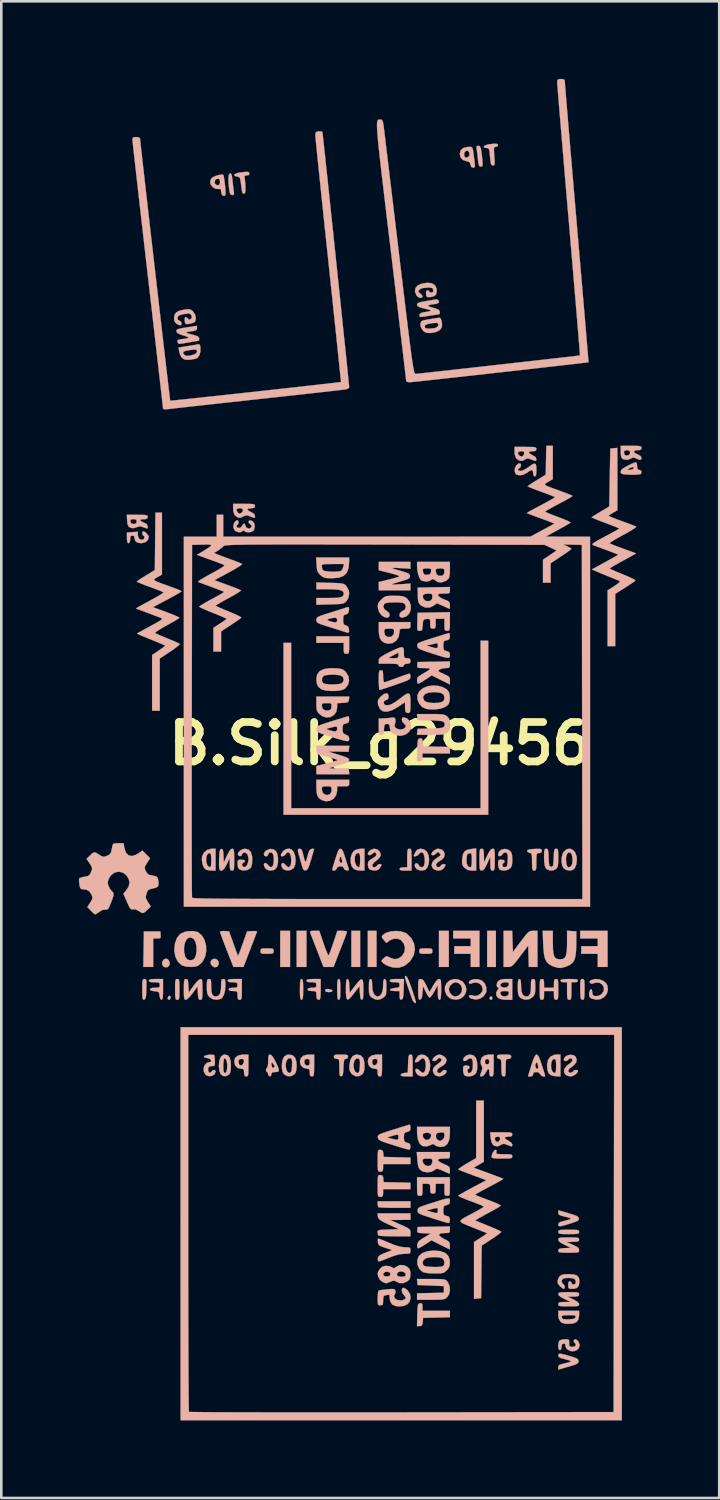
<source format=kicad_pcb>
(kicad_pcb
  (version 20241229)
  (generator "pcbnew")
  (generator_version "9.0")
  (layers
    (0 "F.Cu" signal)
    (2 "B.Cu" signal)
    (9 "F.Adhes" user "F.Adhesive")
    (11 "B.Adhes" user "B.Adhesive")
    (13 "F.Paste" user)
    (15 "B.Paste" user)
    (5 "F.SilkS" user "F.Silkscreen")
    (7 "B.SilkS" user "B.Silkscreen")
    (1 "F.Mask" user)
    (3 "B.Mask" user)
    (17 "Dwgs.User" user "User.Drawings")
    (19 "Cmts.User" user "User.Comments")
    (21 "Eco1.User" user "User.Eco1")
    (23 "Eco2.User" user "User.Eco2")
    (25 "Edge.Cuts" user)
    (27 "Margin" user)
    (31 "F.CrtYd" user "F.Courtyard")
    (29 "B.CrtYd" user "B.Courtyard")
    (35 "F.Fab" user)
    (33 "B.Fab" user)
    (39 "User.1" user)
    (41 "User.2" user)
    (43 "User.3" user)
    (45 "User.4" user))
  (footprint "B.Silk_g29456"
    (layer "F.Cu")
    (at 11.636 25.701)
    (property "Reference" "B.Silk_g29456" (at 0 0 0) (layer "F.SilkS") (effects (font (size 1.524 1.524) (thickness 0.3))))
    (attr through_hole)
    (fp_poly (pts (xy -3.471 8.636) (xy -3.852 8.636) (xy -3.852 7.239) (xy -3.471 7.239) (xy -3.471 8.636)) (stroke (width 0.01) (type solid)) (fill yes) (layer "B.SilkS"))
    (fp_poly (pts (xy -2.836 8.636) (xy -3.217 8.636) (xy -3.217 7.239) (xy -2.836 7.239) (xy -2.836 8.636)) (stroke (width 0.01) (type solid)) (fill yes) (layer "B.SilkS"))
    (fp_poly (pts (xy -0.762 8.636) (xy -1.101 8.636) (xy -1.101 7.239) (xy -0.762 7.239) (xy -0.762 8.636)) (stroke (width 0.01) (type solid)) (fill yes) (layer "B.SilkS"))
    (fp_poly (pts (xy -0.127 8.636) (xy -0.466 8.636) (xy -0.466 7.239) (xy -0.127 7.239) (xy -0.127 8.636)) (stroke (width 0.01) (type solid)) (fill yes) (layer "B.SilkS"))
    (fp_poly (pts (xy 2.667 8.636) (xy 2.286 8.636) (xy 2.286 7.239) (xy 2.667 7.239) (xy 2.667 8.636)) (stroke (width 0.01) (type solid)) (fill yes) (layer "B.SilkS"))
    (fp_poly (pts (xy 4.487 8.636) (xy 4.149 8.636) (xy 4.149 7.239) (xy 4.487 7.239) (xy 4.487 8.636)) (stroke (width 0.01) (type solid)) (fill yes) (layer "B.SilkS"))
    (fp_poly (pts (xy 4.326 9.778) (xy 4.352 9.832) (xy 4.336 9.895) (xy 4.297 9.906) (xy 4.243 9.876) (xy 4.241 9.84) (xy 4.277 9.775) (xy 4.326 9.778)) (stroke (width 0.01) (type solid)) (fill yes) (layer "B.SilkS"))
    (fp_poly (pts (xy -8.088 9.792) (xy -8.086 9.818) (xy -8.113 9.891) (xy -8.152 9.906) (xy -8.203 9.874) (xy -8.205 9.835) (xy -8.17 9.765) (xy -8.121 9.749) (xy -8.088 9.792)) (stroke (width 0.01) (type solid)) (fill yes) (layer "B.SilkS"))
    (fp_poly (pts (xy 4.191 2.752) (xy -3.725 2.752) (xy -3.725 -3.895) (xy -3.429 -3.895) (xy -3.429 2.498) (xy 3.895 2.498) (xy 3.895 -3.979) (xy 4.191 -3.979) (xy 4.191 2.752)) (stroke (width 0.01) (type solid)) (fill yes) (layer "B.SilkS"))
    (fp_poly (pts (xy 3.852 8.636) (xy 3.514 8.636) (xy 3.514 8.128) (xy 2.879 8.128) (xy 2.879 7.832) (xy 3.514 7.832) (xy 3.514 7.535) (xy 2.836 7.535) (xy 2.836 7.239) (xy 3.852 7.239) (xy 3.852 8.636)) (stroke (width 0.01) (type solid)) (fill yes) (layer "B.SilkS"))
    (fp_poly (pts (xy 8.805 8.636) (xy 8.424 8.636) (xy 8.424 8.128) (xy 7.789 8.128) (xy 7.789 7.832) (xy 8.424 7.832) (xy 8.424 7.535) (xy 7.747 7.535) (xy 7.747 7.239) (xy 8.805 7.239) (xy 8.805 8.636)) (stroke (width 0.01) (type solid)) (fill yes) (layer "B.SilkS"))
    (fp_poly (pts (xy -8.475 7.398) (xy -8.472 7.489) (xy -8.504 7.527) (xy -8.594 7.535) (xy -8.612 7.535) (xy -8.763 7.535) (xy -8.763 8.636) (xy -9.146 8.636) (xy -9.134 7.948) (xy -9.123 7.26) (xy -8.488 7.26) (xy -8.475 7.398)) (stroke (width 0.01) (type solid)) (fill yes) (layer "B.SilkS"))
    (fp_poly (pts (xy -1.982 9.491) (xy -1.871 9.517) (xy -1.829 9.557) (xy -1.858 9.593) (xy -1.961 9.61) (xy -1.965 9.61) (xy -2.074 9.597) (xy -2.115 9.557) (xy -2.117 9.543) (xy -2.092 9.497) (xy -2.008 9.488) (xy -1.982 9.491)) (stroke (width 0.01) (type solid)) (fill yes) (layer "B.SilkS"))
    (fp_poly (pts (xy 1.185 17.949) (xy 0.579 17.949) (xy 0.36 17.947) (xy 0.172 17.942) (xy 0.031 17.935) (xy -0.047 17.925) (xy -0.056 17.921) (xy -0.079 17.861) (xy -0.085 17.794) (xy -0.085 17.695) (xy 1.185 17.695) (xy 1.185 17.949)) (stroke (width 0.01) (type solid)) (fill yes) (layer "B.SilkS"))
    (fp_poly (pts (xy -8.195 8.344) (xy -8.163 8.38) (xy -8.119 8.483) (xy -8.138 8.577) (xy -8.204 8.64) (xy -8.299 8.65) (xy -8.353 8.629) (xy -8.414 8.555) (xy -8.418 8.454) (xy -8.369 8.363) (xy -8.332 8.336) (xy -8.256 8.31) (xy -8.195 8.344)) (stroke (width 0.01) (type solid)) (fill yes) (layer "B.SilkS"))
    (fp_poly (pts (xy -6.305 8.341) (xy -6.239 8.417) (xy -6.227 8.519) (xy -6.271 8.61) (xy -6.304 8.634) (xy -6.386 8.652) (xy -6.476 8.603) (xy -6.478 8.601) (xy -6.543 8.51) (xy -6.541 8.417) (xy -6.488 8.345) (xy -6.398 8.316) (xy -6.305 8.341)) (stroke (width 0.01) (type solid)) (fill yes) (layer "B.SilkS"))
    (fp_poly (pts (xy -1.185 -3.81) (xy -1.186 -3.642) (xy -1.193 -3.541) (xy -1.212 -3.491) (xy -1.247 -3.473) (xy -1.291 -3.471) (xy -1.354 -3.478) (xy -1.385 -3.513) (xy -1.396 -3.598) (xy -1.397 -3.683) (xy -1.397 -3.895) (xy -2.455 -3.895) (xy -2.455 -4.149) (xy -1.185 -4.149) (xy -1.185 -3.81)) (stroke (width 0.01) (type solid)) (fill yes) (layer "B.SilkS"))
    (fp_poly (pts (xy -5.755 -22.038) (xy -5.729 -21.987) (xy -5.708 -21.877) (xy -5.697 -21.772) (xy -5.678 -21.601) (xy -5.659 -21.443) (xy -5.644 -21.347) (xy -5.636 -21.252) (xy -5.662 -21.214) (xy -5.708 -21.209) (xy -5.766 -21.226) (xy -5.801 -21.291) (xy -5.82 -21.389) (xy -5.85 -21.651) (xy -5.856 -21.852) (xy -5.839 -21.985) (xy -5.8 -22.044) (xy -5.794 -22.046) (xy -5.755 -22.038)) (stroke (width 0.01) (type solid)) (fill yes) (layer "B.SilkS"))
    (fp_poly (pts (xy -7.792 9.108) (xy -7.767 9.136) (xy -7.754 9.203) (xy -7.748 9.324) (xy -7.747 9.504) (xy -7.748 9.691) (xy -7.754 9.809) (xy -7.768 9.873) (xy -7.794 9.901) (xy -7.832 9.906) (xy -7.871 9.9) (xy -7.896 9.871) (xy -7.909 9.804) (xy -7.915 9.683) (xy -7.916 9.504) (xy -7.915 9.317) (xy -7.909 9.199) (xy -7.895 9.134) (xy -7.869 9.107) (xy -7.832 9.102) (xy -7.792 9.108)) (stroke (width 0.01) (type solid)) (fill yes) (layer "B.SilkS"))
    (fp_poly (pts (xy -4.22 7.919) (xy -4.144 7.931) (xy -4.112 7.961) (xy -4.106 8.018) (xy -4.106 8.022) (xy -4.112 8.081) (xy -4.141 8.112) (xy -4.214 8.125) (xy -4.351 8.128) (xy -4.36 8.128) (xy -4.501 8.126) (xy -4.577 8.114) (xy -4.608 8.083) (xy -4.614 8.026) (xy -4.614 8.022) (xy -4.609 7.964) (xy -4.58 7.932) (xy -4.506 7.919) (xy -4.369 7.916) (xy -4.36 7.916) (xy -4.22 7.919)) (stroke (width 0.01) (type solid)) (fill yes) (layer "B.SilkS"))
    (fp_poly (pts (xy -2.997 9.116) (xy -2.977 9.169) (xy -2.967 9.274) (xy -2.963 9.446) (xy -2.963 9.504) (xy -2.966 9.696) (xy -2.974 9.817) (xy -2.991 9.882) (xy -3.018 9.905) (xy -3.027 9.906) (xy -3.057 9.892) (xy -3.076 9.839) (xy -3.087 9.734) (xy -3.09 9.562) (xy -3.09 9.504) (xy -3.088 9.312) (xy -3.08 9.191) (xy -3.063 9.126) (xy -3.036 9.103) (xy -3.027 9.102) (xy -2.997 9.116)) (stroke (width 0.01) (type solid)) (fill yes) (layer "B.SilkS"))
    (fp_poly (pts (xy -1.557 9.116) (xy -1.538 9.169) (xy -1.528 9.274) (xy -1.524 9.446) (xy -1.524 9.504) (xy -1.526 9.696) (xy -1.535 9.817) (xy -1.551 9.882) (xy -1.578 9.905) (xy -1.587 9.906) (xy -1.618 9.892) (xy -1.637 9.839) (xy -1.647 9.734) (xy -1.651 9.562) (xy -1.651 9.504) (xy -1.649 9.312) (xy -1.64 9.191) (xy -1.624 9.126) (xy -1.597 9.103) (xy -1.587 9.102) (xy -1.557 9.116)) (stroke (width 0.01) (type solid)) (fill yes) (layer "B.SilkS"))
    (fp_poly (pts (xy 1.225 12.029) (xy 1.249 12.058) (xy 1.263 12.124) (xy 1.269 12.244) (xy 1.27 12.432) (xy 1.27 12.446) (xy 1.27 12.869) (xy 1.037 12.869) (xy 0.895 12.863) (xy 0.822 12.842) (xy 0.804 12.809) (xy 0.843 12.759) (xy 0.942 12.734) (xy 1.079 12.721) (xy 1.092 12.372) (xy 1.1 12.2) (xy 1.112 12.095) (xy 1.132 12.042) (xy 1.166 12.024) (xy 1.187 12.023) (xy 1.225 12.029)) (stroke (width 0.01) (type solid)) (fill yes) (layer "B.SilkS"))
    (fp_poly (pts (xy 1.615 -0.2) (xy 1.646 -0.152) (xy 1.659 -0.056) (xy 1.672 0.106) (xy 2.191 0.118) (xy 2.709 0.13) (xy 2.709 0.381) (xy 1.651 0.381) (xy 1.651 0.529) (xy 1.643 0.629) (xy 1.608 0.67) (xy 1.544 0.677) (xy 1.436 0.677) (xy 1.448 0.243) (xy 1.455 0.048) (xy 1.464 -0.079) (xy 1.479 -0.152) (xy 1.504 -0.188) (xy 1.542 -0.202) (xy 1.553 -0.204) (xy 1.615 -0.2)) (stroke (width 0.01) (type solid)) (fill yes) (layer "B.SilkS"))
    (fp_poly (pts (xy 1.619 21.642) (xy 1.646 21.687) (xy 1.651 21.778) (xy 1.651 21.929) (xy 2.709 21.929) (xy 2.709 22.18) (xy 2.191 22.192) (xy 1.672 22.204) (xy 1.659 22.363) (xy 1.642 22.468) (xy 1.605 22.513) (xy 1.541 22.521) (xy 1.436 22.521) (xy 1.448 22.087) (xy 1.455 21.892) (xy 1.464 21.765) (xy 1.479 21.692) (xy 1.504 21.656) (xy 1.542 21.642) (xy 1.556 21.64) (xy 1.619 21.642)) (stroke (width 0.01) (type solid)) (fill yes) (layer "B.SilkS"))
    (fp_poly (pts (xy 1.919 7.919) (xy 1.995 7.931) (xy 2.026 7.961) (xy 2.032 8.018) (xy 2.032 8.022) (xy 2.027 8.081) (xy 1.997 8.112) (xy 1.924 8.125) (xy 1.787 8.128) (xy 1.778 8.128) (xy 1.637 8.126) (xy 1.561 8.114) (xy 1.53 8.083) (xy 1.524 8.026) (xy 1.524 8.022) (xy 1.529 7.964) (xy 1.559 7.932) (xy 1.632 7.919) (xy 1.769 7.916) (xy 1.778 7.916) (xy 1.919 7.919)) (stroke (width 0.01) (type solid)) (fill yes) (layer "B.SilkS"))
    (fp_poly (pts (xy 7.489 18.797) (xy 7.607 18.803) (xy 7.672 18.817) (xy 7.699 18.843) (xy 7.705 18.881) (xy 7.699 18.92) (xy 7.67 18.945) (xy 7.603 18.958) (xy 7.482 18.964) (xy 7.303 18.965) (xy 7.116 18.964) (xy 6.998 18.958) (xy 6.933 18.944) (xy 6.906 18.918) (xy 6.9 18.881) (xy 6.906 18.841) (xy 6.935 18.816) (xy 7.002 18.803) (xy 7.123 18.797) (xy 7.303 18.796) (xy 7.489 18.797)) (stroke (width 0.01) (type solid)) (fill yes) (layer "B.SilkS"))
    (fp_poly (pts (xy 7.871 9.108) (xy 7.896 9.136) (xy 7.909 9.203) (xy 7.915 9.324) (xy 7.916 9.504) (xy 7.913 9.701) (xy 7.903 9.826) (xy 7.885 9.89) (xy 7.86 9.906) (xy 7.788 9.887) (xy 7.775 9.878) (xy 7.763 9.825) (xy 7.753 9.709) (xy 7.748 9.551) (xy 7.747 9.476) (xy 7.748 9.297) (xy 7.755 9.186) (xy 7.771 9.127) (xy 7.8 9.105) (xy 7.832 9.102) (xy 7.871 9.108)) (stroke (width 0.01) (type solid)) (fill yes) (layer "B.SilkS"))
    (fp_poly (pts (xy -9.06 9.107) (xy -9.035 9.134) (xy -9.024 9.197) (xy -9.022 9.315) (xy -9.026 9.493) (xy -9.034 9.68) (xy -9.046 9.799) (xy -9.066 9.865) (xy -9.096 9.893) (xy -9.112 9.898) (xy -9.147 9.897) (xy -9.168 9.866) (xy -9.18 9.792) (xy -9.185 9.66) (xy -9.186 9.507) (xy -9.185 9.319) (xy -9.179 9.201) (xy -9.165 9.135) (xy -9.14 9.107) (xy -9.1 9.102) (xy -9.1 9.102) (xy -9.06 9.107)) (stroke (width 0.01) (type solid)) (fill yes) (layer "B.SilkS"))
    (fp_poly (pts (xy 1.182 4.07) (xy 1.206 4.097) (xy 1.22 4.162) (xy 1.226 4.28) (xy 1.228 4.465) (xy 1.228 4.487) (xy 1.228 4.911) (xy 0.995 4.911) (xy 0.854 4.905) (xy 0.782 4.885) (xy 0.762 4.847) (xy 0.794 4.8) (xy 0.897 4.784) (xy 0.91 4.784) (xy 1.058 4.784) (xy 1.058 4.424) (xy 1.06 4.249) (xy 1.067 4.142) (xy 1.084 4.087) (xy 1.115 4.066) (xy 1.143 4.064) (xy 1.182 4.07)) (stroke (width 0.01) (type solid)) (fill yes) (layer "B.SilkS"))
    (fp_poly (pts (xy 3.849 -23.105) (xy 3.884 -23.07) (xy 3.91 -22.994) (xy 3.932 -22.865) (xy 3.954 -22.669) (xy 3.961 -22.595) (xy 3.974 -22.444) (xy 3.973 -22.358) (xy 3.955 -22.32) (xy 3.916 -22.31) (xy 3.905 -22.31) (xy 3.858 -22.32) (xy 3.828 -22.364) (xy 3.808 -22.458) (xy 3.792 -22.595) (xy 3.774 -22.762) (xy 3.755 -22.91) (xy 3.741 -22.998) (xy 3.736 -23.082) (xy 3.774 -23.112) (xy 3.803 -23.114) (xy 3.849 -23.105)) (stroke (width 0.01) (type solid)) (fill yes) (layer "B.SilkS"))
    (fp_poly (pts (xy 1.004 8.983) (xy 1.052 9.03) (xy 1.116 9.159) (xy 1.196 9.37) (xy 1.235 9.481) (xy 1.297 9.672) (xy 1.349 9.833) (xy 1.384 9.948) (xy 1.397 10) (xy 1.397 10) (xy 1.377 10.037) (xy 1.331 10.017) (xy 1.281 9.953) (xy 1.264 9.917) (xy 1.231 9.827) (xy 1.179 9.681) (xy 1.117 9.502) (xy 1.077 9.385) (xy 1.014 9.196) (xy 0.98 9.074) (xy 0.971 9.007) (xy 0.986 8.982) (xy 1.004 8.983)) (stroke (width 0.01) (type solid)) (fill yes) (layer "B.SilkS"))
    (fp_poly (pts (xy 0.092 15.721) (xy 0.126 15.782) (xy 0.135 15.843) (xy 0.148 15.981) (xy 0.667 15.993) (xy 1.185 16.005) (xy 1.185 16.256) (xy 0.127 16.256) (xy 0.127 16.404) (xy 0.119 16.504) (xy 0.084 16.545) (xy 0.021 16.552) (xy -0.027 16.55) (xy -0.058 16.532) (xy -0.075 16.483) (xy -0.083 16.387) (xy -0.085 16.23) (xy -0.085 16.129) (xy -0.084 15.937) (xy -0.079 15.814) (xy -0.067 15.745) (xy -0.043 15.714) (xy -0.004 15.706) (xy 0.018 15.706) (xy 0.092 15.721)) (stroke (width 0.01) (type solid)) (fill yes) (layer "B.SilkS"))
    (fp_poly (pts (xy 0.092 16.694) (xy 0.126 16.756) (xy 0.135 16.817) (xy 0.148 16.954) (xy 0.667 16.966) (xy 1.185 16.978) (xy 1.185 17.23) (xy 0.127 17.23) (xy 0.127 17.378) (xy 0.119 17.478) (xy 0.084 17.519) (xy 0.021 17.526) (xy -0.027 17.523) (xy -0.058 17.505) (xy -0.075 17.456) (xy -0.083 17.361) (xy -0.085 17.204) (xy -0.085 17.103) (xy -0.084 16.911) (xy -0.079 16.788) (xy -0.067 16.718) (xy -0.043 16.688) (xy -0.004 16.68) (xy 0.018 16.679) (xy 0.092 16.694)) (stroke (width 0.01) (type solid)) (fill yes) (layer "B.SilkS"))
    (fp_poly (pts (xy 5.131 7.649) (xy 5.144 8.058) (xy 5.451 7.649) (xy 5.582 7.476) (xy 5.676 7.36) (xy 5.745 7.29) (xy 5.804 7.254) (xy 5.865 7.241) (xy 5.927 7.239) (xy 6.096 7.239) (xy 6.096 8.636) (xy 5.76 8.636) (xy 5.748 8.223) (xy 5.736 7.811) (xy 5.424 8.223) (xy 5.292 8.397) (xy 5.197 8.513) (xy 5.126 8.584) (xy 5.067 8.621) (xy 5.007 8.634) (xy 4.948 8.636) (xy 4.784 8.636) (xy 4.784 7.239) (xy 5.119 7.239) (xy 5.131 7.649)) (stroke (width 0.01) (type solid)) (fill yes) (layer "B.SilkS"))
    (fp_poly (pts (xy 2.209 20.702) (xy 2.365 20.705) (xy 2.467 20.714) (xy 2.533 20.732) (xy 2.577 20.761) (xy 2.615 20.804) (xy 2.622 20.813) (xy 2.695 20.964) (xy 2.712 21.137) (xy 2.673 21.302) (xy 2.605 21.401) (xy 2.558 21.445) (xy 2.506 21.474) (xy 2.433 21.492) (xy 2.323 21.501) (xy 2.159 21.505) (xy 1.97 21.505) (xy 1.439 21.505) (xy 1.439 21.254) (xy 1.958 21.242) (xy 2.477 21.23) (xy 2.477 20.976) (xy 1.46 20.934) (xy 1.447 20.817) (xy 1.434 20.701) (xy 1.984 20.701) (xy 2.209 20.702)) (stroke (width 0.01) (type solid)) (fill yes) (layer "B.SilkS"))
    (fp_poly (pts (xy 4.513 15.724) (xy 4.508 15.79) (xy 4.501 15.833) (xy 4.522 15.859) (xy 4.588 15.871) (xy 4.714 15.875) (xy 4.802 15.875) (xy 4.965 15.877) (xy 5.061 15.886) (xy 5.108 15.907) (xy 5.122 15.943) (xy 5.122 15.96) (xy 5.116 15.999) (xy 5.088 16.024) (xy 5.021 16.037) (xy 4.9 16.043) (xy 4.72 16.044) (xy 4.527 16.042) (xy 4.405 16.033) (xy 4.34 16.016) (xy 4.318 15.989) (xy 4.318 15.983) (xy 4.335 15.9) (xy 4.367 15.813) (xy 4.421 15.736) (xy 4.477 15.705) (xy 4.513 15.724)) (stroke (width 0.01) (type solid)) (fill yes) (layer "B.SilkS"))
    (fp_poly (pts (xy 7.497 9.105) (xy 7.602 9.116) (xy 7.652 9.137) (xy 7.662 9.165) (xy 7.624 9.216) (xy 7.535 9.229) (xy 7.408 9.229) (xy 7.408 9.567) (xy 7.407 9.736) (xy 7.398 9.837) (xy 7.38 9.888) (xy 7.346 9.905) (xy 7.324 9.906) (xy 7.281 9.899) (xy 7.256 9.866) (xy 7.244 9.791) (xy 7.239 9.657) (xy 7.239 9.567) (xy 7.239 9.229) (xy 7.112 9.229) (xy 7.011 9.21) (xy 6.985 9.165) (xy 7.001 9.133) (xy 7.059 9.113) (xy 7.174 9.104) (xy 7.324 9.102) (xy 7.497 9.105)) (stroke (width 0.01) (type solid)) (fill yes) (layer "B.SilkS"))
    (fp_poly (pts (xy 3.924 9.149) (xy 3.958 9.169) (xy 4.06 9.279) (xy 4.119 9.429) (xy 4.122 9.581) (xy 4.111 9.619) (xy 4.012 9.771) (xy 3.866 9.867) (xy 3.694 9.896) (xy 3.523 9.854) (xy 3.456 9.803) (xy 3.443 9.761) (xy 3.481 9.727) (xy 3.569 9.732) (xy 3.663 9.758) (xy 3.766 9.75) (xy 3.872 9.688) (xy 3.952 9.592) (xy 3.979 9.501) (xy 3.943 9.369) (xy 3.849 9.276) (xy 3.721 9.236) (xy 3.58 9.259) (xy 3.556 9.271) (xy 3.476 9.288) (xy 3.44 9.251) (xy 3.463 9.188) (xy 3.494 9.159) (xy 3.619 9.111) (xy 3.776 9.108) (xy 3.924 9.149)) (stroke (width 0.01) (type solid)) (fill yes) (layer "B.SilkS"))
    (fp_poly (pts (xy -1.354 12.025) (xy -1.271 12.037) (xy -1.235 12.064) (xy -1.228 12.107) (xy -1.258 12.178) (xy -1.311 12.192) (xy -1.353 12.201) (xy -1.379 12.238) (xy -1.394 12.32) (xy -1.404 12.466) (xy -1.406 12.52) (xy -1.415 12.69) (xy -1.431 12.792) (xy -1.456 12.844) (xy -1.492 12.861) (xy -1.529 12.859) (xy -1.551 12.826) (xy -1.562 12.744) (xy -1.566 12.599) (xy -1.566 12.534) (xy -1.567 12.365) (xy -1.574 12.263) (xy -1.592 12.212) (xy -1.627 12.194) (xy -1.672 12.192) (xy -1.755 12.172) (xy -1.778 12.107) (xy -1.769 12.062) (xy -1.731 12.036) (xy -1.645 12.025) (xy -1.503 12.023) (xy -1.354 12.025)) (stroke (width 0.01) (type solid)) (fill yes) (layer "B.SilkS"))
    (fp_poly (pts (xy -0.593 4.911) (xy -0.753 4.911) (xy -0.885 4.894) (xy -0.996 4.852) (xy -1.005 4.846) (xy -1.089 4.741) (xy -1.129 4.593) (xy -1.129 4.509) (xy -0.974 4.509) (xy -0.95 4.634) (xy -0.891 4.735) (xy -0.813 4.783) (xy -0.801 4.784) (xy -0.781 4.745) (xy -0.767 4.644) (xy -0.762 4.508) (xy -0.765 4.359) (xy -0.777 4.276) (xy -0.804 4.24) (xy -0.842 4.233) (xy -0.919 4.262) (xy -0.961 4.354) (xy -0.974 4.509) (xy -1.129 4.509) (xy -1.128 4.429) (xy -1.088 4.274) (xy -1.011 4.155) (xy -0.951 4.113) (xy -0.824 4.076) (xy -0.718 4.064) (xy -0.593 4.064) (xy -0.593 4.911)) (stroke (width 0.01) (type solid)) (fill yes) (layer "B.SilkS"))
    (fp_poly (pts (xy 6.985 12.869) (xy 6.847 12.866) (xy 6.718 12.85) (xy 6.616 12.818) (xy 6.531 12.751) (xy 6.484 12.638) (xy 6.467 12.464) (xy 6.467 12.443) (xy 6.619 12.443) (xy 6.63 12.568) (xy 6.668 12.67) (xy 6.706 12.71) (xy 6.762 12.736) (xy 6.795 12.715) (xy 6.811 12.634) (xy 6.816 12.482) (xy 6.816 12.467) (xy 6.813 12.318) (xy 6.8 12.234) (xy 6.774 12.199) (xy 6.736 12.192) (xy 6.674 12.229) (xy 6.634 12.321) (xy 6.619 12.443) (xy 6.467 12.443) (xy 6.467 12.405) (xy 6.504 12.224) (xy 6.602 12.097) (xy 6.754 12.03) (xy 6.839 12.023) (xy 6.985 12.023) (xy 6.985 12.869)) (stroke (width 0.01) (type solid)) (fill yes) (layer "B.SilkS"))
    (fp_poly (pts (xy 7.705 22.098) (xy 7.681 22.261) (xy 7.605 22.367) (xy 7.468 22.423) (xy 7.303 22.437) (xy 7.142 22.427) (xy 7.038 22.393) (xy 6.985 22.352) (xy 6.914 22.221) (xy 6.907 22.154) (xy 7.027 22.154) (xy 7.042 22.218) (xy 7.097 22.252) (xy 7.208 22.262) (xy 7.322 22.259) (xy 7.464 22.245) (xy 7.54 22.219) (xy 7.569 22.174) (xy 7.57 22.172) (xy 7.567 22.132) (xy 7.528 22.11) (xy 7.436 22.1) (xy 7.306 22.098) (xy 7.144 22.103) (xy 7.056 22.121) (xy 7.027 22.153) (xy 7.027 22.154) (xy 6.907 22.154) (xy 6.9 22.098) (xy 6.9 21.929) (xy 7.705 21.929) (xy 7.705 22.098)) (stroke (width 0.01) (type solid)) (fill yes) (layer "B.SilkS"))
    (fp_poly (pts (xy -6.35 4.911) (xy -6.509 4.909) (xy -6.634 4.897) (xy -6.732 4.87) (xy -6.74 4.866) (xy -6.806 4.787) (xy -6.856 4.655) (xy -6.881 4.502) (xy -6.88 4.484) (xy -6.716 4.484) (xy -6.705 4.609) (xy -6.667 4.711) (xy -6.629 4.751) (xy -6.573 4.778) (xy -6.54 4.756) (xy -6.524 4.675) (xy -6.519 4.523) (xy -6.519 4.508) (xy -6.522 4.359) (xy -6.535 4.276) (xy -6.561 4.24) (xy -6.599 4.233) (xy -6.661 4.27) (xy -6.701 4.362) (xy -6.716 4.484) (xy -6.88 4.484) (xy -6.874 4.365) (xy -6.804 4.216) (xy -6.676 4.11) (xy -6.512 4.065) (xy -6.492 4.064) (xy -6.35 4.064) (xy -6.35 4.911)) (stroke (width 0.01) (type solid)) (fill yes) (layer "B.SilkS"))
    (fp_poly (pts (xy -5.084 -22.102) (xy -5.057 -22.08) (xy -5.046 -22.045) (xy -5.057 -21.989) (xy -5.132 -21.971) (xy -5.141 -21.971) (xy -5.219 -21.959) (xy -5.235 -21.909) (xy -5.229 -21.876) (xy -5.215 -21.782) (xy -5.202 -21.639) (xy -5.196 -21.528) (xy -5.195 -21.382) (xy -5.208 -21.301) (xy -5.24 -21.266) (xy -5.255 -21.261) (xy -5.292 -21.268) (xy -5.319 -21.317) (xy -5.341 -21.422) (xy -5.36 -21.577) (xy -5.381 -21.743) (xy -5.401 -21.842) (xy -5.428 -21.893) (xy -5.472 -21.915) (xy -5.514 -21.921) (xy -5.61 -21.948) (xy -5.632 -21.989) (xy -5.586 -22.033) (xy -5.478 -22.069) (xy -5.429 -22.077) (xy -5.253 -22.099) (xy -5.144 -22.108) (xy -5.084 -22.102)) (stroke (width 0.01) (type solid)) (fill yes) (layer "B.SilkS"))
    (fp_poly (pts (xy 0.922 9.493) (xy 0.914 9.68) (xy 0.902 9.799) (xy 0.883 9.865) (xy 0.852 9.893) (xy 0.836 9.898) (xy 0.788 9.892) (xy 0.766 9.837) (xy 0.762 9.74) (xy 0.762 9.567) (xy 0.568 9.567) (xy 0.44 9.554) (xy 0.389 9.524) (xy 0.414 9.487) (xy 0.513 9.457) (xy 0.585 9.448) (xy 0.698 9.434) (xy 0.749 9.403) (xy 0.762 9.34) (xy 0.762 9.332) (xy 0.754 9.268) (xy 0.714 9.238) (xy 0.62 9.229) (xy 0.572 9.229) (xy 0.446 9.22) (xy 0.389 9.192) (xy 0.381 9.165) (xy 0.399 9.13) (xy 0.465 9.11) (xy 0.593 9.102) (xy 0.658 9.102) (xy 0.935 9.102) (xy 0.922 9.493)) (stroke (width 0.01) (type solid)) (fill yes) (layer "B.SilkS"))
    (fp_poly (pts (xy 4.556 -23.178) (xy 4.572 -23.139) (xy 4.572 -23.135) (xy 4.536 -23.084) (xy 4.485 -23.072) (xy 4.443 -23.067) (xy 4.42 -23.041) (xy 4.412 -22.979) (xy 4.416 -22.862) (xy 4.427 -22.712) (xy 4.44 -22.536) (xy 4.441 -22.429) (xy 4.43 -22.373) (xy 4.404 -22.354) (xy 4.386 -22.352) (xy 4.316 -22.379) (xy 4.299 -22.405) (xy 4.286 -22.472) (xy 4.27 -22.596) (xy 4.254 -22.744) (xy 4.237 -22.895) (xy 4.218 -22.981) (xy 4.187 -23.019) (xy 4.137 -23.029) (xy 4.124 -23.029) (xy 4.036 -23.044) (xy 4.017 -23.079) (xy 4.058 -23.122) (xy 4.152 -23.159) (xy 4.218 -23.172) (xy 4.394 -23.193) (xy 4.502 -23.195) (xy 4.556 -23.178)) (stroke (width 0.01) (type solid)) (fill yes) (layer "B.SilkS"))
    (fp_poly (pts (xy 4.954 12.025) (xy 5.037 12.037) (xy 5.073 12.064) (xy 5.08 12.107) (xy 5.055 12.174) (xy 4.974 12.192) (xy 4.922 12.196) (xy 4.89 12.218) (xy 4.874 12.276) (xy 4.869 12.388) (xy 4.868 12.531) (xy 4.864 12.71) (xy 4.852 12.817) (xy 4.828 12.864) (xy 4.812 12.869) (xy 4.74 12.851) (xy 4.727 12.841) (xy 4.713 12.788) (xy 4.703 12.673) (xy 4.699 12.521) (xy 4.699 12.502) (xy 4.697 12.342) (xy 4.687 12.249) (xy 4.666 12.205) (xy 4.627 12.192) (xy 4.614 12.192) (xy 4.544 12.162) (xy 4.53 12.107) (xy 4.538 12.062) (xy 4.576 12.036) (xy 4.663 12.025) (xy 4.805 12.023) (xy 4.954 12.025)) (stroke (width 0.01) (type solid)) (fill yes) (layer "B.SilkS"))
    (fp_poly (pts (xy 7.101 23.612) (xy 7.272 23.659) (xy 7.345 23.681) (xy 7.513 23.732) (xy 7.614 23.773) (xy 7.665 23.812) (xy 7.683 23.859) (xy 7.684 23.878) (xy 7.675 23.927) (xy 7.642 23.966) (xy 7.567 24.004) (xy 7.436 24.048) (xy 7.292 24.091) (xy 6.9 24.205) (xy 6.9 24.11) (xy 6.911 24.054) (xy 6.957 24.015) (xy 7.057 23.983) (xy 7.153 23.961) (xy 7.283 23.929) (xy 7.367 23.898) (xy 7.388 23.878) (xy 7.34 23.853) (xy 7.235 23.82) (xy 7.135 23.795) (xy 6.996 23.758) (xy 6.923 23.719) (xy 6.901 23.668) (xy 6.9 23.661) (xy 6.906 23.615) (xy 6.932 23.59) (xy 6.992 23.589) (xy 7.101 23.612)) (stroke (width 0.01) (type solid)) (fill yes) (layer "B.SilkS"))
    (fp_poly (pts (xy 7.292 18.157) (xy 7.479 18.215) (xy 7.599 18.26) (xy 7.666 18.302) (xy 7.694 18.346) (xy 7.697 18.361) (xy 7.694 18.407) (xy 7.66 18.445) (xy 7.58 18.484) (xy 7.44 18.532) (xy 7.352 18.56) (xy 7.156 18.619) (xy 7.027 18.652) (xy 6.95 18.662) (xy 6.913 18.649) (xy 6.901 18.613) (xy 6.9 18.587) (xy 6.918 18.535) (xy 6.984 18.495) (xy 7.115 18.458) (xy 7.135 18.453) (xy 7.266 18.42) (xy 7.359 18.388) (xy 7.388 18.371) (xy 7.36 18.348) (xy 7.27 18.316) (xy 7.153 18.288) (xy 7.011 18.253) (xy 6.935 18.22) (xy 6.904 18.176) (xy 6.9 18.139) (xy 6.9 18.044) (xy 7.292 18.157)) (stroke (width 0.01) (type solid)) (fill yes) (layer "B.SilkS"))
    (fp_poly (pts (xy -6.004 7.247) (xy -5.828 7.26) (xy -5.663 7.725) (xy -5.597 7.909) (xy -5.541 8.06) (xy -5.502 8.164) (xy -5.485 8.203) (xy -5.466 8.171) (xy -5.426 8.074) (xy -5.37 7.927) (xy -5.304 7.744) (xy -5.302 7.738) (xy -5.132 7.26) (xy -4.933 7.247) (xy -4.82 7.247) (xy -4.754 7.26) (xy -4.748 7.273) (xy -4.767 7.323) (xy -4.812 7.439) (xy -4.876 7.606) (xy -4.954 7.81) (xy -5.016 7.973) (xy -5.271 8.635) (xy -5.466 8.635) (xy -5.662 8.636) (xy -5.921 7.977) (xy -6.008 7.755) (xy -6.082 7.56) (xy -6.138 7.406) (xy -6.173 7.306) (xy -6.181 7.276) (xy -6.143 7.253) (xy -6.049 7.245) (xy -6.004 7.247)) (stroke (width 0.01) (type solid)) (fill yes) (layer "B.SilkS"))
    (fp_poly (pts (xy 6.217 4.074) (xy 6.256 4.096) (xy 6.265 4.139) (xy 6.265 4.147) (xy 6.241 4.214) (xy 6.16 4.233) (xy 6.107 4.237) (xy 6.076 4.259) (xy 6.06 4.318) (xy 6.054 4.429) (xy 6.054 4.572) (xy 6.052 4.741) (xy 6.044 4.842) (xy 6.025 4.892) (xy 5.991 4.909) (xy 5.969 4.911) (xy 5.927 4.904) (xy 5.901 4.871) (xy 5.889 4.795) (xy 5.885 4.66) (xy 5.884 4.575) (xy 5.883 4.407) (xy 5.875 4.306) (xy 5.855 4.253) (xy 5.819 4.231) (xy 5.789 4.226) (xy 5.715 4.191) (xy 5.694 4.149) (xy 5.714 4.112) (xy 5.785 4.089) (xy 5.921 4.076) (xy 5.98 4.073) (xy 6.131 4.068) (xy 6.217 4.074)) (stroke (width 0.01) (type solid)) (fill yes) (layer "B.SilkS"))
    (fp_poly (pts (xy -1.214 9.126) (xy -1.19 9.207) (xy -1.177 9.359) (xy -1.177 9.366) (xy -1.164 9.631) (xy -0.961 9.366) (xy -0.834 9.209) (xy -0.744 9.123) (xy -0.686 9.112) (xy -0.653 9.177) (xy -0.638 9.321) (xy -0.635 9.504) (xy -0.637 9.697) (xy -0.646 9.819) (xy -0.663 9.884) (xy -0.691 9.906) (xy -0.696 9.906) (xy -0.734 9.882) (xy -0.757 9.801) (xy -0.77 9.649) (xy -0.771 9.641) (xy -0.783 9.377) (xy -0.987 9.641) (xy -1.114 9.799) (xy -1.203 9.884) (xy -1.261 9.896) (xy -1.294 9.831) (xy -1.309 9.686) (xy -1.312 9.504) (xy -1.31 9.311) (xy -1.301 9.189) (xy -1.284 9.124) (xy -1.257 9.102) (xy -1.251 9.102) (xy -1.214 9.126)) (stroke (width 0.01) (type solid)) (fill yes) (layer "B.SilkS"))
    (fp_poly (pts (xy 3.725 4.911) (xy 3.554 4.911) (xy 3.403 4.889) (xy 3.286 4.813) (xy 3.274 4.802) (xy 3.211 4.727) (xy 3.182 4.65) (xy 3.179 4.537) (xy 3.184 4.461) (xy 3.185 4.459) (xy 3.352 4.459) (xy 3.36 4.635) (xy 3.409 4.745) (xy 3.496 4.784) (xy 3.498 4.784) (xy 3.531 4.76) (xy 3.55 4.68) (xy 3.556 4.532) (xy 3.556 4.506) (xy 3.554 4.357) (xy 3.544 4.275) (xy 3.52 4.242) (xy 3.474 4.239) (xy 3.461 4.241) (xy 3.402 4.261) (xy 3.37 4.317) (xy 3.355 4.429) (xy 3.352 4.459) (xy 3.185 4.459) (xy 3.214 4.281) (xy 3.276 4.167) (xy 3.385 4.103) (xy 3.53 4.075) (xy 3.725 4.053) (xy 3.725 4.911)) (stroke (width 0.01) (type solid)) (fill yes) (layer "B.SilkS"))
    (fp_poly (pts (xy -8.382 9.504) (xy -8.384 9.697) (xy -8.393 9.819) (xy -8.411 9.884) (xy -8.438 9.906) (xy -8.443 9.906) (xy -8.492 9.866) (xy -8.517 9.748) (xy -8.517 9.747) (xy -8.531 9.647) (xy -8.566 9.599) (xy -8.649 9.581) (xy -8.71 9.575) (xy -8.839 9.554) (xy -8.889 9.511) (xy -8.89 9.501) (xy -8.862 9.461) (xy -8.77 9.442) (xy -8.7 9.44) (xy -8.582 9.436) (xy -8.526 9.414) (xy -8.51 9.363) (xy -8.509 9.335) (xy -8.516 9.272) (xy -8.551 9.24) (xy -8.636 9.23) (xy -8.721 9.229) (xy -8.854 9.222) (xy -8.919 9.198) (xy -8.932 9.165) (xy -8.914 9.13) (xy -8.848 9.11) (xy -8.72 9.102) (xy -8.657 9.102) (xy -8.382 9.102) (xy -8.382 9.504)) (stroke (width 0.01) (type solid)) (fill yes) (layer "B.SilkS"))
    (fp_poly (pts (xy -5.334 9.504) (xy -5.335 9.691) (xy -5.341 9.809) (xy -5.355 9.873) (xy -5.381 9.901) (xy -5.419 9.906) (xy -5.474 9.892) (xy -5.499 9.834) (xy -5.503 9.737) (xy -5.507 9.628) (xy -5.536 9.58) (xy -5.613 9.568) (xy -5.673 9.567) (xy -5.79 9.557) (xy -5.839 9.522) (xy -5.842 9.504) (xy -5.814 9.46) (xy -5.721 9.441) (xy -5.673 9.44) (xy -5.564 9.435) (xy -5.515 9.407) (xy -5.503 9.344) (xy -5.503 9.335) (xy -5.511 9.269) (xy -5.55 9.238) (xy -5.642 9.229) (xy -5.694 9.229) (xy -5.819 9.22) (xy -5.877 9.192) (xy -5.884 9.165) (xy -5.866 9.13) (xy -5.8 9.11) (xy -5.672 9.102) (xy -5.609 9.102) (xy -5.334 9.102) (xy -5.334 9.504)) (stroke (width 0.01) (type solid)) (fill yes) (layer "B.SilkS"))
    (fp_poly (pts (xy -4.107 4.089) (xy -4.022 4.149) (xy -3.967 4.251) (xy -3.938 4.403) (xy -3.936 4.572) (xy -3.962 4.726) (xy -4.003 4.817) (xy -4.1 4.89) (xy -4.23 4.911) (xy -4.357 4.879) (xy -4.417 4.833) (xy -4.473 4.743) (xy -4.484 4.662) (xy -4.448 4.617) (xy -4.429 4.614) (xy -4.363 4.647) (xy -4.31 4.706) (xy -4.233 4.773) (xy -4.177 4.771) (xy -4.133 4.715) (xy -4.108 4.604) (xy -4.101 4.47) (xy -4.112 4.341) (xy -4.143 4.246) (xy -4.174 4.217) (xy -4.266 4.211) (xy -4.315 4.269) (xy -4.318 4.299) (xy -4.353 4.349) (xy -4.403 4.36) (xy -4.471 4.332) (xy -4.485 4.264) (xy -4.448 4.181) (xy -4.393 4.13) (xy -4.248 4.07) (xy -4.107 4.089)) (stroke (width 0.01) (type solid)) (fill yes) (layer "B.SilkS"))
    (fp_poly (pts (xy -3.041 4.084) (xy -3 4.155) (xy -2.964 4.286) (xy -2.923 4.458) (xy -2.892 4.549) (xy -2.866 4.563) (xy -2.837 4.501) (xy -2.8 4.367) (xy -2.799 4.36) (xy -2.756 4.208) (xy -2.717 4.121) (xy -2.67 4.081) (xy -2.635 4.072) (xy -2.562 4.066) (xy -2.541 4.072) (xy -2.552 4.115) (xy -2.583 4.222) (xy -2.626 4.374) (xy -2.659 4.487) (xy -2.718 4.677) (xy -2.764 4.799) (xy -2.805 4.868) (xy -2.849 4.898) (xy -2.868 4.903) (xy -2.933 4.895) (xy -2.976 4.837) (xy -3.002 4.755) (xy -3.042 4.613) (xy -3.09 4.446) (xy -3.11 4.381) (xy -3.155 4.222) (xy -3.17 4.126) (xy -3.154 4.079) (xy -3.107 4.064) (xy -3.095 4.064) (xy -3.041 4.084)) (stroke (width 0.01) (type solid)) (fill yes) (layer "B.SilkS"))
    (fp_poly (pts (xy -1.922 -6.216) (xy -1.701 -6.209) (xy -1.549 -6.201) (xy -1.447 -6.188) (xy -1.381 -6.167) (xy -1.334 -6.134) (xy -1.289 -6.085) (xy -1.287 -6.083) (xy -1.202 -5.926) (xy -1.185 -5.8) (xy -1.221 -5.62) (xy -1.287 -5.516) (xy -1.333 -5.467) (xy -1.38 -5.433) (xy -1.445 -5.412) (xy -1.545 -5.398) (xy -1.696 -5.39) (xy -1.914 -5.384) (xy -1.922 -5.383) (xy -2.455 -5.369) (xy -2.455 -5.63) (xy -1.977 -5.63) (xy -1.742 -5.634) (xy -1.578 -5.646) (xy -1.475 -5.672) (xy -1.419 -5.715) (xy -1.398 -5.778) (xy -1.397 -5.807) (xy -1.417 -5.873) (xy -1.484 -5.92) (xy -1.607 -5.95) (xy -1.796 -5.965) (xy -2.008 -5.969) (xy -2.455 -5.969) (xy -2.455 -6.23) (xy -1.922 -6.216)) (stroke (width 0.01) (type solid)) (fill yes) (layer "B.SilkS"))
    (fp_poly (pts (xy 1.185 18.415) (xy 0.794 18.416) (xy 0.402 18.418) (xy 0.794 18.594) (xy 0.971 18.675) (xy 1.084 18.733) (xy 1.149 18.781) (xy 1.178 18.828) (xy 1.185 18.886) (xy 1.185 18.91) (xy 1.185 19.05) (xy 0.579 19.05) (xy 0.36 19.048) (xy 0.172 19.043) (xy 0.031 19.035) (xy -0.047 19.026) (xy -0.056 19.022) (xy -0.079 18.961) (xy -0.085 18.896) (xy -0.081 18.852) (xy -0.058 18.823) (xy -0.001 18.805) (xy 0.106 18.795) (xy 0.279 18.788) (xy 0.328 18.787) (xy 0.741 18.775) (xy 0.508 18.67) (xy 0.285 18.568) (xy 0.128 18.49) (xy 0.025 18.43) (xy -0.036 18.378) (xy -0.066 18.327) (xy -0.077 18.277) (xy -0.09 18.161) (xy 1.185 18.161) (xy 1.185 18.415)) (stroke (width 0.01) (type solid)) (fill yes) (layer "B.SilkS"))
    (fp_poly (pts (xy 1.751 12.05) (xy 1.86 12.134) (xy 1.924 12.27) (xy 1.948 12.437) (xy 1.931 12.608) (xy 1.877 12.754) (xy 1.803 12.837) (xy 1.701 12.866) (xy 1.574 12.858) (xy 1.473 12.816) (xy 1.406 12.733) (xy 1.377 12.668) (xy 1.377 12.594) (xy 1.424 12.572) (xy 1.498 12.603) (xy 1.565 12.667) (xy 1.644 12.728) (xy 1.71 12.712) (xy 1.757 12.625) (xy 1.778 12.475) (xy 1.778 12.446) (xy 1.762 12.287) (xy 1.719 12.189) (xy 1.655 12.162) (xy 1.578 12.21) (xy 1.565 12.225) (xy 1.495 12.286) (xy 1.419 12.319) (xy 1.365 12.316) (xy 1.355 12.295) (xy 1.378 12.227) (xy 1.43 12.137) (xy 1.485 12.066) (xy 1.499 12.055) (xy 1.619 12.021) (xy 1.751 12.05)) (stroke (width 0.01) (type solid)) (fill yes) (layer "B.SilkS"))
    (fp_poly (pts (xy 5.453 -10.806) (xy 5.457 -10.739) (xy 5.427 -10.674) (xy 5.397 -10.653) (xy 5.338 -10.608) (xy 5.352 -10.564) (xy 5.431 -10.541) (xy 5.442 -10.541) (xy 5.535 -10.566) (xy 5.659 -10.631) (xy 5.745 -10.689) (xy 5.887 -10.791) (xy 5.977 -10.831) (xy 6.028 -10.807) (xy 6.05 -10.713) (xy 6.054 -10.583) (xy 6.049 -10.436) (xy 6.032 -10.357) (xy 5.998 -10.33) (xy 5.99 -10.329) (xy 5.94 -10.367) (xy 5.927 -10.456) (xy 5.915 -10.549) (xy 5.872 -10.577) (xy 5.788 -10.541) (xy 5.698 -10.477) (xy 5.558 -10.402) (xy 5.414 -10.373) (xy 5.295 -10.396) (xy 5.258 -10.422) (xy 5.212 -10.519) (xy 5.22 -10.637) (xy 5.269 -10.747) (xy 5.349 -10.822) (xy 5.411 -10.837) (xy 5.453 -10.806)) (stroke (width 0.01) (type solid)) (fill yes) (layer "B.SilkS"))
    (fp_poly (pts (xy 7.461 4.107) (xy 7.553 4.209) (xy 7.609 4.36) (xy 7.62 4.475) (xy 7.598 4.666) (xy 7.538 4.813) (xy 7.476 4.878) (xy 7.364 4.91) (xy 7.231 4.892) (xy 7.119 4.833) (xy 7.112 4.826) (xy 7.05 4.713) (xy 7.024 4.554) (xy 7.029 4.468) (xy 7.197 4.468) (xy 7.21 4.649) (xy 7.249 4.757) (xy 7.311 4.787) (xy 7.395 4.738) (xy 7.4 4.733) (xy 7.436 4.651) (xy 7.45 4.524) (xy 7.443 4.388) (xy 7.416 4.276) (xy 7.387 4.233) (xy 7.309 4.204) (xy 7.245 4.25) (xy 7.206 4.358) (xy 7.197 4.468) (xy 7.029 4.468) (xy 7.034 4.384) (xy 7.08 4.232) (xy 7.115 4.176) (xy 7.228 4.082) (xy 7.348 4.062) (xy 7.461 4.107)) (stroke (width 0.01) (type solid)) (fill yes) (layer "B.SilkS"))
    (fp_poly (pts (xy -5.879 12.051) (xy -5.804 12.142) (xy -5.765 12.3) (xy -5.757 12.453) (xy -5.764 12.621) (xy -5.786 12.727) (xy -5.829 12.793) (xy -5.835 12.799) (xy -5.954 12.862) (xy -6.072 12.849) (xy -6.157 12.775) (xy -6.201 12.661) (xy -6.222 12.492) (xy -6.223 12.464) (xy -6.053 12.464) (xy -6.05 12.592) (xy -6.038 12.686) (xy -6.025 12.714) (xy -5.973 12.741) (xy -5.935 12.694) (xy -5.906 12.569) (xy -5.905 12.562) (xy -5.899 12.43) (xy -5.915 12.305) (xy -5.947 12.21) (xy -5.989 12.166) (xy -6.011 12.171) (xy -6.033 12.224) (xy -6.047 12.331) (xy -6.053 12.464) (xy -6.223 12.464) (xy -6.223 12.446) (xy -6.202 12.241) (xy -6.142 12.1) (xy -6.046 12.03) (xy -5.994 12.023) (xy -5.879 12.051)) (stroke (width 0.01) (type solid)) (fill yes) (layer "B.SilkS"))
    (fp_poly (pts (xy -5.08 12.446) (xy -5.081 12.639) (xy -5.087 12.762) (xy -5.1 12.831) (xy -5.123 12.862) (xy -5.16 12.869) (xy -5.165 12.869) (xy -5.223 12.853) (xy -5.247 12.788) (xy -5.249 12.721) (xy -5.257 12.621) (xy -5.292 12.581) (xy -5.37 12.573) (xy -5.506 12.536) (xy -5.597 12.435) (xy -5.629 12.291) (xy -5.461 12.291) (xy -5.449 12.38) (xy -5.431 12.419) (xy -5.362 12.443) (xy -5.296 12.402) (xy -5.258 12.313) (xy -5.257 12.308) (xy -5.259 12.224) (xy -5.306 12.194) (xy -5.352 12.192) (xy -5.435 12.209) (xy -5.461 12.274) (xy -5.461 12.291) (xy -5.629 12.291) (xy -5.63 12.286) (xy -5.595 12.152) (xy -5.49 12.064) (xy -5.32 12.025) (xy -5.261 12.023) (xy -5.08 12.023) (xy -5.08 12.446)) (stroke (width 0.01) (type solid)) (fill yes) (layer "B.SilkS"))
    (fp_poly (pts (xy -3.404 4.096) (xy -3.324 4.194) (xy -3.275 4.342) (xy -3.256 4.513) (xy -3.272 4.676) (xy -3.325 4.803) (xy -3.344 4.826) (xy -3.46 4.893) (xy -3.596 4.906) (xy -3.717 4.866) (xy -3.743 4.844) (xy -3.795 4.762) (xy -3.807 4.678) (xy -3.779 4.622) (xy -3.752 4.614) (xy -3.686 4.647) (xy -3.632 4.706) (xy -3.556 4.773) (xy -3.5 4.771) (xy -3.454 4.713) (xy -3.429 4.603) (xy -3.426 4.469) (xy -3.443 4.34) (xy -3.482 4.246) (xy -3.498 4.229) (xy -3.556 4.197) (xy -3.604 4.228) (xy -3.63 4.266) (xy -3.697 4.333) (xy -3.768 4.361) (xy -3.819 4.348) (xy -3.825 4.292) (xy -3.823 4.286) (xy -3.744 4.157) (xy -3.628 4.079) (xy -3.499 4.061) (xy -3.404 4.096)) (stroke (width 0.01) (type solid)) (fill yes) (layer "B.SilkS"))
    (fp_poly (pts (xy -2.286 9.504) (xy -2.289 9.701) (xy -2.299 9.826) (xy -2.318 9.89) (xy -2.342 9.906) (xy -2.414 9.887) (xy -2.427 9.878) (xy -2.446 9.82) (xy -2.455 9.717) (xy -2.455 9.708) (xy -2.461 9.618) (xy -2.494 9.578) (xy -2.579 9.568) (xy -2.625 9.567) (xy -2.742 9.557) (xy -2.791 9.522) (xy -2.794 9.504) (xy -2.766 9.46) (xy -2.673 9.441) (xy -2.625 9.44) (xy -2.516 9.435) (xy -2.467 9.407) (xy -2.455 9.344) (xy -2.455 9.335) (xy -2.463 9.269) (xy -2.502 9.238) (xy -2.594 9.229) (xy -2.646 9.229) (xy -2.771 9.22) (xy -2.829 9.192) (xy -2.836 9.165) (xy -2.818 9.13) (xy -2.752 9.11) (xy -2.624 9.102) (xy -2.561 9.102) (xy -2.286 9.102) (xy -2.286 9.504)) (stroke (width 0.01) (type solid)) (fill yes) (layer "B.SilkS"))
    (fp_poly (pts (xy -2.177 7.723) (xy -2.112 7.907) (xy -2.054 8.056) (xy -2.009 8.155) (xy -1.984 8.188) (xy -1.984 8.188) (xy -1.959 8.143) (xy -1.915 8.034) (xy -1.858 7.877) (xy -1.799 7.704) (xy -1.644 7.239) (xy -1.457 7.239) (xy -1.345 7.246) (xy -1.278 7.264) (xy -1.27 7.274) (xy -1.285 7.329) (xy -1.323 7.438) (xy -1.37 7.56) (xy -1.43 7.712) (xy -1.508 7.911) (xy -1.59 8.124) (xy -1.629 8.223) (xy -1.787 8.636) (xy -1.983 8.635) (xy -2.18 8.635) (xy -2.421 8.011) (xy -2.506 7.792) (xy -2.582 7.597) (xy -2.642 7.441) (xy -2.68 7.34) (xy -2.691 7.313) (xy -2.696 7.267) (xy -2.656 7.245) (xy -2.552 7.239) (xy -2.529 7.239) (xy -2.34 7.239) (xy -2.177 7.723)) (stroke (width 0.01) (type solid)) (fill yes) (layer "B.SilkS"))
    (fp_poly (pts (xy -1.193 -1.704) (xy -1.208 -1.636) (xy -1.247 -1.599) (xy -1.332 -1.582) (xy -1.429 -1.575) (xy -1.651 -1.562) (xy -1.651 -1.393) (xy -1.686 -1.224) (xy -1.779 -1.099) (xy -1.911 -1.025) (xy -2.065 -1.009) (xy -2.223 -1.058) (xy -2.332 -1.14) (xy -2.4 -1.217) (xy -2.437 -1.294) (xy -2.452 -1.4) (xy -2.454 -1.469) (xy -2.244 -1.469) (xy -2.212 -1.348) (xy -2.119 -1.285) (xy -2.011 -1.279) (xy -1.921 -1.3) (xy -1.881 -1.359) (xy -1.871 -1.429) (xy -1.866 -1.513) (xy -1.89 -1.553) (xy -1.962 -1.565) (xy -2.05 -1.566) (xy -2.169 -1.562) (xy -2.226 -1.54) (xy -2.243 -1.491) (xy -2.244 -1.469) (xy -2.454 -1.469) (xy -2.455 -1.542) (xy -2.455 -1.82) (xy -1.18 -1.82) (xy -1.193 -1.704)) (stroke (width 0.01) (type solid)) (fill yes) (layer "B.SilkS"))
    (fp_poly (pts (xy 0.085 12.446) (xy 0.084 12.639) (xy 0.078 12.762) (xy 0.065 12.831) (xy 0.042 12.862) (xy 0.005 12.869) (xy 0 12.869) (xy -0.058 12.853) (xy -0.082 12.788) (xy -0.085 12.721) (xy -0.092 12.621) (xy -0.128 12.581) (xy -0.205 12.573) (xy -0.341 12.536) (xy -0.432 12.435) (xy -0.465 12.291) (xy -0.296 12.291) (xy -0.285 12.38) (xy -0.267 12.419) (xy -0.198 12.443) (xy -0.131 12.402) (xy -0.093 12.313) (xy -0.092 12.308) (xy -0.094 12.224) (xy -0.142 12.194) (xy -0.188 12.192) (xy -0.27 12.209) (xy -0.296 12.274) (xy -0.296 12.291) (xy -0.465 12.291) (xy -0.466 12.286) (xy -0.43 12.152) (xy -0.325 12.064) (xy -0.155 12.025) (xy -0.096 12.023) (xy 0.085 12.023) (xy 0.085 12.446)) (stroke (width 0.01) (type solid)) (fill yes) (layer "B.SilkS"))
    (fp_poly (pts (xy 3.028 9.115) (xy 3.181 9.19) (xy 3.221 9.225) (xy 3.319 9.37) (xy 3.346 9.52) (xy 3.312 9.661) (xy 3.229 9.781) (xy 3.106 9.865) (xy 2.955 9.902) (xy 2.787 9.879) (xy 2.705 9.843) (xy 2.588 9.735) (xy 2.521 9.582) (xy 2.518 9.504) (xy 2.667 9.504) (xy 2.7 9.62) (xy 2.783 9.721) (xy 2.887 9.776) (xy 2.916 9.779) (xy 3.008 9.753) (xy 3.091 9.702) (xy 3.166 9.597) (xy 3.179 9.472) (xy 3.139 9.352) (xy 3.054 9.263) (xy 2.936 9.229) (xy 2.815 9.266) (xy 2.716 9.36) (xy 2.668 9.482) (xy 2.667 9.504) (xy 2.518 9.504) (xy 2.516 9.413) (xy 2.518 9.401) (xy 2.589 9.252) (xy 2.711 9.151) (xy 2.865 9.103) (xy 3.028 9.115)) (stroke (width 0.01) (type solid)) (fill yes) (layer "B.SilkS"))
    (fp_poly (pts (xy 3.541 -23.067) (xy 3.572 -23.042) (xy 3.595 -22.984) (xy 3.614 -22.881) (xy 3.635 -22.72) (xy 3.664 -22.49) (xy 3.677 -22.36) (xy 3.671 -22.294) (xy 3.64 -22.27) (xy 3.605 -22.267) (xy 3.535 -22.295) (xy 3.506 -22.384) (xy 3.479 -22.471) (xy 3.406 -22.508) (xy 3.365 -22.514) (xy 3.21 -22.564) (xy 3.117 -22.669) (xy 3.091 -22.799) (xy 3.26 -22.799) (xy 3.275 -22.692) (xy 3.327 -22.657) (xy 3.404 -22.674) (xy 3.461 -22.735) (xy 3.463 -22.831) (xy 3.436 -22.893) (xy 3.377 -22.929) (xy 3.31 -22.905) (xy 3.265 -22.837) (xy 3.26 -22.799) (xy 3.091 -22.799) (xy 3.09 -22.801) (xy 3.126 -22.94) (xy 3.229 -23.031) (xy 3.393 -23.07) (xy 3.434 -23.072) (xy 3.496 -23.073) (xy 3.541 -23.067)) (stroke (width 0.01) (type solid)) (fill yes) (layer "B.SilkS"))
    (fp_poly (pts (xy -9.078 -8.181) (xy -9.001 -8.109) (xy -8.944 -8.028) (xy -8.932 -7.989) (xy -8.97 -7.87) (xy -9.07 -7.784) (xy -9.211 -7.747) (xy -9.223 -7.747) (xy -9.374 -7.769) (xy -9.459 -7.838) (xy -9.483 -7.946) (xy -9.506 -8.025) (xy -9.567 -8.043) (xy -9.626 -8.027) (xy -9.649 -7.962) (xy -9.652 -7.895) (xy -9.666 -7.786) (xy -9.71 -7.747) (xy -9.716 -7.747) (xy -9.756 -7.77) (xy -9.775 -7.85) (xy -9.779 -7.955) (xy -9.779 -8.162) (xy -9.567 -8.177) (xy -9.356 -8.191) (xy -9.356 -8.057) (xy -9.327 -7.948) (xy -9.256 -7.884) (xy -9.166 -7.884) (xy -9.144 -7.895) (xy -9.107 -7.949) (xy -9.107 -8.012) (xy -9.144 -8.043) (xy -9.178 -8.079) (xy -9.186 -8.128) (xy -9.169 -8.197) (xy -9.144 -8.213) (xy -9.078 -8.181)) (stroke (width 0.01) (type solid)) (fill yes) (layer "B.SilkS"))
    (fp_poly (pts (xy -6.95 -15.393) (xy -6.935 -15.306) (xy -6.939 -15.148) (xy -6.982 -15.007) (xy -7.053 -14.91) (xy -7.098 -14.886) (xy -7.279 -14.848) (xy -7.446 -14.838) (xy -7.564 -14.858) (xy -7.663 -14.929) (xy -7.729 -15.055) (xy -7.742 -15.108) (xy -7.609 -15.108) (xy -7.579 -15.051) (xy -7.517 -15.002) (xy -7.428 -14.99) (xy -7.292 -15.014) (xy -7.228 -15.031) (xy -7.117 -15.075) (xy -7.072 -15.136) (xy -7.07 -15.162) (xy -7.076 -15.211) (xy -7.109 -15.233) (xy -7.188 -15.234) (xy -7.313 -15.22) (xy -7.487 -15.192) (xy -7.583 -15.156) (xy -7.609 -15.108) (xy -7.742 -15.108) (xy -7.76 -15.182) (xy -7.785 -15.314) (xy -7.459 -15.365) (xy -7.29 -15.392) (xy -7.145 -15.417) (xy -7.05 -15.435) (xy -7.043 -15.437) (xy -6.981 -15.439) (xy -6.95 -15.393)) (stroke (width 0.01) (type solid)) (fill yes) (layer "B.SilkS"))
    (fp_poly (pts (xy -6.004 9.112) (xy -5.979 9.157) (xy -5.97 9.256) (xy -5.969 9.328) (xy -5.986 9.554) (xy -6.035 9.731) (xy -6.11 9.844) (xy -6.14 9.865) (xy -6.299 9.906) (xy -6.462 9.88) (xy -6.585 9.802) (xy -6.641 9.735) (xy -6.672 9.658) (xy -6.686 9.545) (xy -6.689 9.4) (xy -6.686 9.244) (xy -6.676 9.154) (xy -6.653 9.113) (xy -6.612 9.102) (xy -6.604 9.102) (xy -6.559 9.11) (xy -6.533 9.147) (xy -6.522 9.231) (xy -6.519 9.38) (xy -6.519 9.39) (xy -6.51 9.582) (xy -6.478 9.703) (xy -6.418 9.765) (xy -6.345 9.779) (xy -6.241 9.749) (xy -6.175 9.656) (xy -6.143 9.493) (xy -6.138 9.374) (xy -6.136 9.226) (xy -6.124 9.144) (xy -6.097 9.109) (xy -6.054 9.102) (xy -6.004 9.112)) (stroke (width 0.01) (type solid)) (fill yes) (layer "B.SilkS"))
    (fp_poly (pts (xy -3.366 12.053) (xy -3.273 12.147) (xy -3.225 12.308) (xy -3.217 12.446) (xy -3.225 12.609) (xy -3.252 12.714) (xy -3.302 12.785) (xy -3.425 12.856) (xy -3.565 12.86) (xy -3.689 12.799) (xy -3.708 12.78) (xy -3.761 12.692) (xy -3.785 12.561) (xy -3.789 12.446) (xy -3.788 12.436) (xy -3.641 12.436) (xy -3.622 12.588) (xy -3.572 12.693) (xy -3.5 12.735) (xy -3.479 12.734) (xy -3.437 12.707) (xy -3.412 12.635) (xy -3.398 12.501) (xy -3.395 12.456) (xy -3.392 12.304) (xy -3.404 12.217) (xy -3.434 12.174) (xy -3.454 12.163) (xy -3.535 12.17) (xy -3.599 12.245) (xy -3.636 12.369) (xy -3.641 12.436) (xy -3.788 12.436) (xy -3.767 12.238) (xy -3.7 12.101) (xy -3.587 12.032) (xy -3.507 12.023) (xy -3.366 12.053)) (stroke (width 0.01) (type solid)) (fill yes) (layer "B.SilkS"))
    (fp_poly (pts (xy -2.54 12.446) (xy -2.541 12.639) (xy -2.547 12.762) (xy -2.56 12.831) (xy -2.583 12.862) (xy -2.62 12.869) (xy -2.625 12.869) (xy -2.683 12.853) (xy -2.707 12.788) (xy -2.709 12.721) (xy -2.718 12.62) (xy -2.754 12.579) (xy -2.806 12.573) (xy -2.953 12.537) (xy -3.053 12.44) (xy -3.09 12.299) (xy -3.09 12.298) (xy -3.089 12.291) (xy -2.921 12.291) (xy -2.903 12.397) (xy -2.841 12.441) (xy -2.787 12.446) (xy -2.729 12.422) (xy -2.71 12.339) (xy -2.709 12.319) (xy -2.721 12.228) (xy -2.769 12.195) (xy -2.815 12.192) (xy -2.896 12.21) (xy -2.921 12.278) (xy -2.921 12.291) (xy -3.089 12.291) (xy -3.056 12.157) (xy -2.954 12.065) (xy -2.784 12.025) (xy -2.721 12.023) (xy -2.54 12.023) (xy -2.54 12.446)) (stroke (width 0.01) (type solid)) (fill yes) (layer "B.SilkS"))
    (fp_poly (pts (xy -1.185 1.524) (xy -1.189 1.597) (xy -1.215 1.634) (xy -1.283 1.649) (xy -1.415 1.651) (xy -1.651 1.651) (xy -1.651 1.818) (xy -1.687 1.992) (xy -1.783 2.126) (xy -1.921 2.21) (xy -2.083 2.232) (xy -2.251 2.181) (xy -2.253 2.18) (xy -2.354 2.106) (xy -2.416 2.01) (xy -2.447 1.872) (xy -2.451 1.776) (xy -2.244 1.776) (xy -2.211 1.891) (xy -2.13 1.966) (xy -2.026 1.99) (xy -1.925 1.95) (xy -1.913 1.939) (xy -1.875 1.861) (xy -1.863 1.77) (xy -1.869 1.697) (xy -1.903 1.662) (xy -1.988 1.652) (xy -2.053 1.651) (xy -2.17 1.655) (xy -2.226 1.676) (xy -2.243 1.73) (xy -2.244 1.776) (xy -2.451 1.776) (xy -2.455 1.675) (xy -2.455 1.397) (xy -1.185 1.397) (xy -1.185 1.524)) (stroke (width 0.01) (type solid)) (fill yes) (layer "B.SilkS"))
    (fp_poly (pts (xy -0.741 12.053) (xy -0.648 12.147) (xy -0.601 12.308) (xy -0.593 12.446) (xy -0.6 12.609) (xy -0.627 12.714) (xy -0.677 12.785) (xy -0.804 12.86) (xy -0.943 12.86) (xy -1.071 12.787) (xy -1.102 12.753) (xy -1.158 12.661) (xy -1.18 12.557) (xy -1.176 12.436) (xy -1.016 12.436) (xy -0.997 12.588) (xy -0.948 12.693) (xy -0.875 12.735) (xy -0.854 12.734) (xy -0.812 12.707) (xy -0.787 12.634) (xy -0.773 12.497) (xy -0.771 12.461) (xy -0.768 12.313) (xy -0.78 12.228) (xy -0.811 12.185) (xy -0.833 12.174) (xy -0.917 12.179) (xy -0.98 12.253) (xy -1.013 12.382) (xy -1.016 12.436) (xy -1.176 12.436) (xy -1.175 12.415) (xy -1.134 12.212) (xy -1.051 12.083) (xy -0.925 12.025) (xy -0.882 12.023) (xy -0.741 12.053)) (stroke (width 0.01) (type solid)) (fill yes) (layer "B.SilkS"))
    (fp_poly (pts (xy 1.185 -4.572) (xy 1.181 -4.497) (xy 1.152 -4.459) (xy 1.078 -4.446) (xy 0.974 -4.445) (xy 0.848 -4.442) (xy 0.786 -4.425) (xy 0.764 -4.381) (xy 0.762 -4.32) (xy 0.728 -4.128) (xy 0.635 -3.981) (xy 0.499 -3.888) (xy 0.332 -3.861) (xy 0.184 -3.894) (xy 0.069 -3.971) (xy -0.004 -4.097) (xy -0.038 -4.284) (xy -0.039 -4.32) (xy 0.169 -4.32) (xy 0.201 -4.194) (xy 0.286 -4.125) (xy 0.405 -4.124) (xy 0.468 -4.15) (xy 0.536 -4.232) (xy 0.55 -4.319) (xy 0.545 -4.397) (xy 0.512 -4.433) (xy 0.431 -4.444) (xy 0.36 -4.445) (xy 0.243 -4.441) (xy 0.187 -4.42) (xy 0.17 -4.366) (xy 0.169 -4.32) (xy -0.039 -4.32) (xy -0.042 -4.412) (xy -0.042 -4.699) (xy 1.185 -4.699) (xy 1.185 -4.572)) (stroke (width 0.01) (type solid)) (fill yes) (layer "B.SilkS"))
    (fp_poly (pts (xy 1.708 4.091) (xy 1.817 4.176) (xy 1.882 4.311) (xy 1.905 4.478) (xy 1.889 4.649) (xy 1.835 4.795) (xy 1.761 4.878) (xy 1.658 4.908) (xy 1.531 4.899) (xy 1.429 4.858) (xy 1.364 4.773) (xy 1.347 4.722) (xy 1.362 4.648) (xy 1.417 4.623) (xy 1.477 4.651) (xy 1.502 4.697) (xy 1.556 4.765) (xy 1.634 4.78) (xy 1.7 4.737) (xy 1.71 4.717) (xy 1.735 4.596) (xy 1.735 4.453) (xy 1.714 4.321) (xy 1.674 4.235) (xy 1.667 4.229) (xy 1.61 4.198) (xy 1.557 4.228) (xy 1.523 4.266) (xy 1.453 4.327) (xy 1.376 4.36) (xy 1.322 4.358) (xy 1.312 4.336) (xy 1.335 4.269) (xy 1.387 4.178) (xy 1.443 4.107) (xy 1.456 4.096) (xy 1.576 4.062) (xy 1.708 4.091)) (stroke (width 0.01) (type solid)) (fill yes) (layer "B.SilkS"))
    (fp_poly (pts (xy 6.104 12.043) (xy 6.164 12.148) (xy 6.233 12.334) (xy 6.263 12.425) (xy 6.318 12.597) (xy 6.361 12.737) (xy 6.387 12.826) (xy 6.392 12.849) (xy 6.363 12.876) (xy 6.299 12.865) (xy 6.234 12.828) (xy 6.202 12.785) (xy 6.146 12.717) (xy 6.051 12.7) (xy 5.959 12.714) (xy 5.928 12.766) (xy 5.927 12.785) (xy 5.9 12.852) (xy 5.827 12.869) (xy 5.727 12.869) (xy 5.845 12.484) (xy 6.013 12.484) (xy 6.041 12.554) (xy 6.08 12.573) (xy 6.128 12.551) (xy 6.123 12.478) (xy 6.102 12.389) (xy 6.097 12.348) (xy 6.069 12.333) (xy 6.054 12.34) (xy 6.015 12.4) (xy 6.013 12.484) (xy 5.845 12.484) (xy 5.856 12.446) (xy 5.93 12.222) (xy 5.993 12.08) (xy 6.049 12.02) (xy 6.104 12.043)) (stroke (width 0.01) (type solid)) (fill yes) (layer "B.SilkS"))
    (fp_poly (pts (xy 7.419 7.247) (xy 7.599 7.26) (xy 7.595 7.747) (xy 7.587 8.02) (xy 7.564 8.222) (xy 7.521 8.369) (xy 7.451 8.475) (xy 7.35 8.554) (xy 7.268 8.596) (xy 7.129 8.646) (xy 6.997 8.674) (xy 6.964 8.676) (xy 6.845 8.659) (xy 6.702 8.614) (xy 6.66 8.596) (xy 6.538 8.528) (xy 6.45 8.441) (xy 6.389 8.322) (xy 6.349 8.156) (xy 6.326 7.929) (xy 6.316 7.736) (xy 6.297 7.239) (xy 6.689 7.239) (xy 6.689 7.695) (xy 6.694 7.946) (xy 6.713 8.124) (xy 6.751 8.241) (xy 6.812 8.308) (xy 6.902 8.336) (xy 6.964 8.34) (xy 7.071 8.327) (xy 7.147 8.283) (xy 7.197 8.194) (xy 7.225 8.051) (xy 7.238 7.841) (xy 7.239 7.693) (xy 7.239 7.234) (xy 7.419 7.247)) (stroke (width 0.01) (type solid)) (fill yes) (layer "B.SilkS"))
    (fp_poly (pts (xy 8.491 9.115) (xy 8.646 9.177) (xy 8.761 9.28) (xy 8.796 9.348) (xy 8.82 9.523) (xy 8.774 9.678) (xy 8.673 9.801) (xy 8.531 9.88) (xy 8.364 9.902) (xy 8.185 9.856) (xy 8.179 9.853) (xy 8.112 9.802) (xy 8.091 9.719) (xy 8.094 9.658) (xy 8.118 9.549) (xy 8.155 9.495) (xy 8.192 9.503) (xy 8.212 9.58) (xy 8.213 9.605) (xy 8.228 9.705) (xy 8.289 9.753) (xy 8.319 9.762) (xy 8.449 9.755) (xy 8.571 9.687) (xy 8.651 9.578) (xy 8.66 9.55) (xy 8.658 9.414) (xy 8.592 9.308) (xy 8.481 9.245) (xy 8.345 9.241) (xy 8.276 9.263) (xy 8.187 9.287) (xy 8.128 9.25) (xy 8.107 9.196) (xy 8.16 9.149) (xy 8.165 9.147) (xy 8.322 9.102) (xy 8.491 9.115)) (stroke (width 0.01) (type solid)) (fill yes) (layer "B.SilkS"))
    (fp_poly (pts (xy -6.899 9.11) (xy -6.876 9.144) (xy -6.864 9.22) (xy -6.859 9.353) (xy -6.858 9.504) (xy -6.859 9.691) (xy -6.866 9.809) (xy -6.88 9.874) (xy -6.905 9.901) (xy -6.941 9.906) (xy -6.987 9.895) (xy -7.015 9.85) (xy -7.029 9.751) (xy -7.036 9.647) (xy -7.048 9.388) (xy -7.236 9.647) (xy -7.346 9.785) (xy -7.44 9.876) (xy -7.5 9.906) (xy -7.536 9.898) (xy -7.559 9.864) (xy -7.572 9.788) (xy -7.577 9.654) (xy -7.578 9.504) (xy -7.576 9.317) (xy -7.57 9.199) (xy -7.556 9.134) (xy -7.53 9.107) (xy -7.495 9.102) (xy -7.448 9.113) (xy -7.421 9.158) (xy -7.406 9.256) (xy -7.4 9.361) (xy -7.387 9.62) (xy -7.2 9.361) (xy -7.09 9.222) (xy -6.996 9.132) (xy -6.935 9.102) (xy -6.899 9.11)) (stroke (width 0.01) (type solid)) (fill yes) (layer "B.SilkS"))
    (fp_poly (pts (xy 0.091 -2.826) (xy 0.117 -2.783) (xy 0.126 -2.685) (xy 0.127 -2.603) (xy 0.134 -2.476) (xy 0.152 -2.391) (xy 0.169 -2.371) (xy 0.223 -2.385) (xy 0.339 -2.423) (xy 0.498 -2.48) (xy 0.661 -2.54) (xy 0.844 -2.607) (xy 0.998 -2.662) (xy 1.106 -2.698) (xy 1.149 -2.709) (xy 1.175 -2.673) (xy 1.185 -2.592) (xy 1.182 -2.545) (xy 1.162 -2.507) (xy 1.115 -2.47) (xy 1.029 -2.428) (xy 0.89 -2.375) (xy 0.688 -2.303) (xy 0.603 -2.274) (xy 0.395 -2.203) (xy 0.215 -2.143) (xy 0.078 -2.099) (xy 0.001 -2.076) (xy -0.011 -2.074) (xy -0.025 -2.113) (xy -0.035 -2.218) (xy -0.042 -2.37) (xy -0.042 -2.455) (xy -0.041 -2.636) (xy -0.034 -2.749) (xy -0.019 -2.809) (xy 0.009 -2.833) (xy 0.042 -2.836) (xy 0.091 -2.826)) (stroke (width 0.01) (type solid)) (fill yes) (layer "B.SilkS"))
    (fp_poly (pts (xy 0.224 9.118) (xy 0.244 9.179) (xy 0.253 9.298) (xy 0.254 9.416) (xy 0.251 9.581) (xy 0.239 9.685) (xy 0.211 9.751) (xy 0.161 9.803) (xy 0.142 9.818) (xy 0.028 9.881) (xy -0.085 9.906) (xy -0.2 9.88) (xy -0.312 9.818) (xy -0.37 9.766) (xy -0.403 9.705) (xy -0.419 9.614) (xy -0.423 9.468) (xy -0.423 9.416) (xy -0.42 9.25) (xy -0.408 9.152) (xy -0.384 9.108) (xy -0.36 9.102) (xy -0.322 9.122) (xy -0.303 9.193) (xy -0.296 9.33) (xy -0.296 9.346) (xy -0.277 9.55) (xy -0.223 9.694) (xy -0.137 9.769) (xy -0.085 9.779) (xy 0.015 9.74) (xy 0.085 9.629) (xy 0.122 9.453) (xy 0.127 9.346) (xy 0.132 9.202) (xy 0.151 9.126) (xy 0.186 9.102) (xy 0.191 9.102) (xy 0.224 9.118)) (stroke (width 0.01) (type solid)) (fill yes) (layer "B.SilkS"))
    (fp_poly (pts (xy 2.709 17.124) (xy 2.708 17.298) (xy 2.702 17.404) (xy 2.686 17.46) (xy 2.654 17.48) (xy 2.603 17.484) (xy 2.543 17.478) (xy 2.511 17.446) (xy 2.499 17.367) (xy 2.498 17.251) (xy 2.498 17.018) (xy 2.159 17.018) (xy 2.159 17.209) (xy 2.155 17.326) (xy 2.133 17.382) (xy 2.082 17.398) (xy 2.053 17.399) (xy 1.988 17.391) (xy 1.957 17.352) (xy 1.948 17.26) (xy 1.947 17.209) (xy 1.944 17.091) (xy 1.923 17.036) (xy 1.865 17.019) (xy 1.799 17.018) (xy 1.651 17.018) (xy 1.651 17.251) (xy 1.648 17.384) (xy 1.634 17.454) (xy 1.598 17.48) (xy 1.545 17.484) (xy 1.494 17.48) (xy 1.463 17.459) (xy 1.446 17.404) (xy 1.44 17.297) (xy 1.439 17.124) (xy 1.439 16.764) (xy 2.709 16.764) (xy 2.709 17.124)) (stroke (width 0.01) (type solid)) (fill yes) (layer "B.SilkS"))
    (fp_poly (pts (xy 5.971 9.11) (xy 5.997 9.145) (xy 6.008 9.227) (xy 6.011 9.373) (xy 6.011 9.4) (xy 6.008 9.565) (xy 5.992 9.671) (xy 5.957 9.745) (xy 5.907 9.802) (xy 5.771 9.887) (xy 5.615 9.904) (xy 5.469 9.853) (xy 5.427 9.82) (xy 5.378 9.762) (xy 5.349 9.687) (xy 5.337 9.572) (xy 5.334 9.418) (xy 5.337 9.251) (xy 5.349 9.153) (xy 5.373 9.109) (xy 5.397 9.102) (xy 5.433 9.12) (xy 5.453 9.186) (xy 5.461 9.316) (xy 5.461 9.374) (xy 5.476 9.577) (xy 5.524 9.707) (xy 5.606 9.77) (xy 5.667 9.779) (xy 5.754 9.758) (xy 5.808 9.687) (xy 5.836 9.554) (xy 5.842 9.39) (xy 5.844 9.237) (xy 5.855 9.15) (xy 5.88 9.111) (xy 5.924 9.102) (xy 5.927 9.102) (xy 5.971 9.11)) (stroke (width 0.01) (type solid)) (fill yes) (layer "B.SilkS"))
    (fp_poly (pts (xy 6.855 9.108) (xy 6.88 9.136) (xy 6.893 9.203) (xy 6.899 9.324) (xy 6.9 9.504) (xy 6.899 9.691) (xy 6.893 9.809) (xy 6.879 9.873) (xy 6.853 9.901) (xy 6.816 9.906) (xy 6.76 9.892) (xy 6.736 9.834) (xy 6.731 9.737) (xy 6.731 9.567) (xy 6.35 9.567) (xy 6.35 9.737) (xy 6.343 9.847) (xy 6.314 9.896) (xy 6.265 9.906) (xy 6.226 9.9) (xy 6.201 9.871) (xy 6.188 9.804) (xy 6.182 9.683) (xy 6.181 9.504) (xy 6.182 9.317) (xy 6.188 9.199) (xy 6.202 9.134) (xy 6.228 9.107) (xy 6.265 9.102) (xy 6.321 9.116) (xy 6.345 9.173) (xy 6.35 9.271) (xy 6.35 9.44) (xy 6.731 9.44) (xy 6.731 9.271) (xy 6.738 9.16) (xy 6.767 9.111) (xy 6.816 9.102) (xy 6.855 9.108)) (stroke (width 0.01) (type solid)) (fill yes) (layer "B.SilkS"))
    (fp_poly (pts (xy 7.489 21.21) (xy 7.607 21.216) (xy 7.672 21.23) (xy 7.699 21.256) (xy 7.705 21.294) (xy 7.694 21.344) (xy 7.647 21.37) (xy 7.545 21.38) (xy 7.482 21.382) (xy 7.26 21.385) (xy 7.482 21.49) (xy 7.627 21.571) (xy 7.696 21.642) (xy 7.705 21.677) (xy 7.698 21.716) (xy 7.667 21.74) (xy 7.597 21.753) (xy 7.472 21.758) (xy 7.303 21.759) (xy 7.116 21.758) (xy 6.998 21.752) (xy 6.933 21.738) (xy 6.906 21.712) (xy 6.9 21.675) (xy 6.91 21.627) (xy 6.952 21.601) (xy 7.047 21.591) (xy 7.144 21.589) (xy 7.387 21.588) (xy 7.144 21.477) (xy 6.99 21.396) (xy 6.913 21.327) (xy 6.9 21.288) (xy 6.908 21.251) (xy 6.941 21.228) (xy 7.016 21.215) (xy 7.147 21.21) (xy 7.303 21.209) (xy 7.489 21.21)) (stroke (width 0.01) (type solid)) (fill yes) (layer "B.SilkS"))
    (fp_poly (pts (xy 9.933 -10.842) (xy 9.948 -10.742) (xy 9.948 -10.732) (xy 9.958 -10.629) (xy 9.995 -10.588) (xy 10.033 -10.583) (xy 10.104 -10.553) (xy 10.118 -10.499) (xy 10.096 -10.43) (xy 10.065 -10.413) (xy 9.98 -10.407) (xy 9.927 -10.4) (xy 9.841 -10.395) (xy 9.703 -10.397) (xy 9.578 -10.402) (xy 9.433 -10.414) (xy 9.353 -10.432) (xy 9.32 -10.464) (xy 9.313 -10.511) (xy 9.333 -10.574) (xy 9.347 -10.587) (xy 9.546 -10.587) (xy 9.66 -10.585) (xy 9.754 -10.599) (xy 9.802 -10.628) (xy 9.816 -10.684) (xy 9.769 -10.694) (xy 9.671 -10.654) (xy 9.666 -10.652) (xy 9.546 -10.587) (xy 9.347 -10.587) (xy 9.401 -10.638) (xy 9.531 -10.716) (xy 9.58 -10.742) (xy 9.719 -10.811) (xy 9.832 -10.86) (xy 9.896 -10.88) (xy 9.897 -10.88) (xy 9.933 -10.842)) (stroke (width 0.01) (type solid)) (fill yes) (layer "B.SilkS"))
    (fp_poly (pts (xy -1.186 -7.038) (xy -1.207 -6.79) (xy -1.276 -6.608) (xy -1.399 -6.486) (xy -1.582 -6.416) (xy -1.834 -6.393) (xy -1.851 -6.392) (xy -2.017 -6.396) (xy -2.126 -6.411) (xy -2.206 -6.445) (xy -2.285 -6.507) (xy -2.294 -6.514) (xy -2.369 -6.59) (xy -2.412 -6.667) (xy -2.435 -6.775) (xy -2.441 -6.845) (xy -2.244 -6.845) (xy -2.223 -6.746) (xy -2.193 -6.697) (xy -2.127 -6.673) (xy -2.005 -6.656) (xy -1.853 -6.648) (xy -1.699 -6.648) (xy -1.57 -6.659) (xy -1.496 -6.679) (xy -1.449 -6.741) (xy -1.417 -6.827) (xy -1.388 -6.943) (xy -1.816 -6.943) (xy -2.009 -6.942) (xy -2.133 -6.937) (xy -2.203 -6.925) (xy -2.235 -6.902) (xy -2.243 -6.864) (xy -2.244 -6.845) (xy -2.441 -6.845) (xy -2.447 -6.916) (xy -2.465 -7.197) (xy -1.185 -7.197) (xy -1.186 -7.038)) (stroke (width 0.01) (type solid)) (fill yes) (layer "B.SilkS"))
    (fp_poly (pts (xy 2.187 -1.142) (xy 2.342 -1.137) (xy 2.447 -1.125) (xy 2.518 -1.105) (xy 2.573 -1.072) (xy 2.605 -1.047) (xy 2.675 -0.97) (xy 2.708 -0.877) (xy 2.716 -0.741) (xy 2.708 -0.6) (xy 2.674 -0.509) (xy 2.605 -0.435) (xy 2.552 -0.395) (xy 2.492 -0.367) (xy 2.409 -0.351) (xy 2.286 -0.342) (xy 2.104 -0.339) (xy 1.963 -0.339) (xy 1.434 -0.339) (xy 1.447 -0.455) (xy 1.46 -0.572) (xy 1.957 -0.583) (xy 2.173 -0.59) (xy 2.32 -0.6) (xy 2.412 -0.615) (xy 2.465 -0.638) (xy 2.494 -0.671) (xy 2.495 -0.673) (xy 2.51 -0.771) (xy 2.485 -0.819) (xy 2.446 -0.85) (xy 2.371 -0.872) (xy 2.248 -0.886) (xy 2.062 -0.895) (xy 1.947 -0.899) (xy 1.46 -0.91) (xy 1.447 -1.027) (xy 1.434 -1.143) (xy 1.963 -1.143) (xy 2.187 -1.142)) (stroke (width 0.01) (type solid)) (fill yes) (layer "B.SilkS"))
    (fp_poly (pts (xy 7.623 23.062) (xy 7.684 23.129) (xy 7.726 23.251) (xy 7.701 23.359) (xy 7.626 23.442) (xy 7.518 23.49) (xy 7.394 23.493) (xy 7.272 23.439) (xy 7.236 23.407) (xy 7.18 23.325) (xy 7.171 23.259) (xy 7.161 23.209) (xy 7.111 23.199) (xy 7.05 23.219) (xy 7.028 23.295) (xy 7.027 23.326) (xy 7.008 23.426) (xy 6.964 23.453) (xy 6.921 23.427) (xy 6.903 23.341) (xy 6.9 23.267) (xy 6.912 23.144) (xy 6.958 23.072) (xy 7.056 23.039) (xy 7.21 23.03) (xy 7.296 23.042) (xy 7.323 23.092) (xy 7.322 23.125) (xy 7.319 23.246) (xy 7.346 23.306) (xy 7.416 23.325) (xy 7.451 23.326) (xy 7.544 23.303) (xy 7.582 23.251) (xy 7.554 23.191) (xy 7.535 23.177) (xy 7.496 23.12) (xy 7.506 23.057) (xy 7.556 23.029) (xy 7.623 23.062)) (stroke (width 0.01) (type solid)) (fill yes) (layer "B.SilkS"))
    (fp_poly (pts (xy -6.411 12.041) (xy -6.39 12.09) (xy -6.385 12.147) (xy -6.376 12.309) (xy -6.378 12.405) (xy -6.397 12.451) (xy -6.439 12.466) (xy -6.498 12.467) (xy -6.593 12.482) (xy -6.634 12.538) (xy -6.639 12.567) (xy -6.634 12.665) (xy -6.598 12.724) (xy -6.547 12.726) (xy -6.515 12.689) (xy -6.455 12.63) (xy -6.39 12.619) (xy -6.352 12.658) (xy -6.35 12.676) (xy -6.385 12.777) (xy -6.473 12.841) (xy -6.587 12.862) (xy -6.698 12.831) (xy -6.746 12.792) (xy -6.807 12.675) (xy -6.813 12.545) (xy -6.771 12.426) (xy -6.689 12.343) (xy -6.598 12.319) (xy -6.528 12.299) (xy -6.519 12.254) (xy -6.561 12.202) (xy -6.643 12.164) (xy -6.681 12.157) (xy -6.78 12.135) (xy -6.805 12.101) (xy -6.762 12.065) (xy -6.658 12.038) (xy -6.59 12.031) (xy -6.47 12.026) (xy -6.411 12.041)) (stroke (width 0.01) (type solid)) (fill yes) (layer "B.SilkS"))
    (fp_poly (pts (xy -5.673 4.071) (xy -5.65 4.103) (xy -5.637 4.174) (xy -5.632 4.3) (xy -5.63 4.487) (xy -5.631 4.68) (xy -5.637 4.803) (xy -5.65 4.873) (xy -5.673 4.903) (xy -5.71 4.911) (xy -5.715 4.911) (xy -5.763 4.901) (xy -5.79 4.857) (xy -5.801 4.761) (xy -5.804 4.667) (xy -5.808 4.424) (xy -5.919 4.667) (xy -6.002 4.816) (xy -6.083 4.901) (xy -6.153 4.916) (xy -6.204 4.856) (xy -6.205 4.854) (xy -6.214 4.788) (xy -6.217 4.661) (xy -6.216 4.497) (xy -6.214 4.442) (xy -6.205 4.263) (xy -6.191 4.153) (xy -6.168 4.095) (xy -6.132 4.073) (xy -6.13 4.072) (xy -6.089 4.077) (xy -6.065 4.123) (xy -6.051 4.226) (xy -6.045 4.326) (xy -6.032 4.593) (xy -5.91 4.329) (xy -5.828 4.17) (xy -5.76 4.085) (xy -5.709 4.064) (xy -5.673 4.071)) (stroke (width 0.01) (type solid)) (fill yes) (layer "B.SilkS"))
    (fp_poly (pts (xy -0.016 19.15) (xy 0.091 19.192) (xy 0.241 19.254) (xy 0.36 19.304) (xy 0.6 19.398) (xy 0.789 19.453) (xy 0.946 19.473) (xy 0.972 19.473) (xy 1.098 19.476) (xy 1.161 19.493) (xy 1.183 19.536) (xy 1.185 19.6) (xy 1.181 19.673) (xy 1.156 19.711) (xy 1.087 19.725) (xy 0.956 19.727) (xy 0.953 19.727) (xy 0.778 19.743) (xy 0.583 19.793) (xy 0.363 19.875) (xy 0.2 19.941) (xy 0.064 19.992) (xy -0.024 20.02) (xy -0.043 20.024) (xy -0.074 19.988) (xy -0.077 19.909) (xy -0.058 19.842) (xy -0.008 19.789) (xy 0.091 19.736) (xy 0.206 19.688) (xy 0.476 19.583) (xy 0.206 19.493) (xy 0.061 19.442) (xy -0.021 19.399) (xy -0.061 19.349) (xy -0.076 19.278) (xy -0.077 19.269) (xy -0.079 19.177) (xy -0.066 19.135) (xy -0.064 19.135) (xy -0.016 19.15)) (stroke (width 0.01) (type solid)) (fill yes) (layer "B.SilkS"))
    (fp_poly (pts (xy 1.185 -6.761) (xy 0.794 -6.785) (xy 0.614 -6.795) (xy 0.51 -6.796) (xy 0.483 -6.786) (xy 0.534 -6.761) (xy 0.664 -6.72) (xy 0.847 -6.666) (xy 1.008 -6.616) (xy 1.104 -6.576) (xy 1.15 -6.536) (xy 1.164 -6.485) (xy 1.164 -6.474) (xy 1.155 -6.422) (xy 1.118 -6.382) (xy 1.037 -6.343) (xy 0.895 -6.298) (xy 0.826 -6.277) (xy 0.625 -6.219) (xy 0.506 -6.18) (xy 0.467 -6.158) (xy 0.507 -6.15) (xy 0.626 -6.153) (xy 0.794 -6.163) (xy 1.185 -6.187) (xy 1.185 -5.927) (xy -0.042 -5.927) (xy -0.042 -6.249) (xy 0.36 -6.346) (xy 0.531 -6.39) (xy 0.666 -6.43) (xy 0.747 -6.46) (xy 0.762 -6.472) (xy 0.724 -6.494) (xy 0.621 -6.529) (xy 0.471 -6.573) (xy 0.36 -6.602) (xy -0.042 -6.703) (xy -0.042 -7.027) (xy 1.185 -7.027) (xy 1.185 -6.761)) (stroke (width 0.01) (type solid)) (fill yes) (layer "B.SilkS"))
    (fp_poly (pts (xy 7.479 12.045) (xy 7.556 12.091) (xy 7.613 12.199) (xy 7.595 12.319) (xy 7.505 12.436) (xy 7.44 12.485) (xy 7.344 12.559) (xy 7.287 12.625) (xy 7.281 12.645) (xy 7.313 12.71) (xy 7.382 12.732) (xy 7.448 12.699) (xy 7.458 12.685) (xy 7.514 12.636) (xy 7.59 12.616) (xy 7.649 12.629) (xy 7.662 12.658) (xy 7.626 12.736) (xy 7.538 12.811) (xy 7.428 12.861) (xy 7.369 12.869) (xy 7.254 12.846) (xy 7.176 12.801) (xy 7.119 12.693) (xy 7.137 12.573) (xy 7.227 12.456) (xy 7.292 12.407) (xy 7.388 12.334) (xy 7.445 12.269) (xy 7.451 12.251) (xy 7.421 12.18) (xy 7.357 12.167) (xy 7.302 12.207) (xy 7.234 12.262) (xy 7.161 12.274) (xy 7.116 12.241) (xy 7.112 12.22) (xy 7.149 12.126) (xy 7.24 12.06) (xy 7.359 12.03) (xy 7.479 12.045)) (stroke (width 0.01) (type solid)) (fill yes) (layer "B.SilkS"))
    (fp_poly (pts (xy -6.055 -21.993) (xy -6.038 -21.946) (xy -6.019 -21.838) (xy -5.998 -21.692) (xy -5.98 -21.531) (xy -5.967 -21.379) (xy -5.962 -21.259) (xy -5.963 -21.23) (xy -5.995 -21.183) (xy -6.057 -21.181) (xy -6.109 -21.224) (xy -6.112 -21.232) (xy -6.135 -21.335) (xy -6.138 -21.383) (xy -6.156 -21.441) (xy -6.223 -21.443) (xy -6.235 -21.44) (xy -6.346 -21.45) (xy -6.457 -21.514) (xy -6.538 -21.61) (xy -6.562 -21.691) (xy -6.554 -21.725) (xy -6.389 -21.725) (xy -6.377 -21.654) (xy -6.32 -21.601) (xy -6.267 -21.59) (xy -6.204 -21.609) (xy -6.182 -21.682) (xy -6.181 -21.717) (xy -6.194 -21.81) (xy -6.243 -21.843) (xy -6.267 -21.844) (xy -6.353 -21.81) (xy -6.389 -21.725) (xy -6.554 -21.725) (xy -6.537 -21.803) (xy -6.508 -21.859) (xy -6.438 -21.91) (xy -6.324 -21.957) (xy -6.198 -21.991) (xy -6.094 -22.002) (xy -6.055 -21.993)) (stroke (width 0.01) (type solid)) (fill yes) (layer "B.SilkS"))
    (fp_poly (pts (xy -4.177 12.062) (xy -4.094 12.18) (xy -4.031 12.299) (xy -3.947 12.476) (xy -3.906 12.592) (xy -3.907 12.66) (xy -3.95 12.692) (xy -4.038 12.7) (xy -4.043 12.7) (xy -4.145 12.709) (xy -4.186 12.746) (xy -4.191 12.785) (xy -4.217 12.854) (xy -4.255 12.869) (xy -4.306 12.834) (xy -4.318 12.785) (xy -4.336 12.716) (xy -4.36 12.7) (xy -4.395 12.665) (xy -4.403 12.615) (xy -4.385 12.547) (xy -4.36 12.531) (xy -4.338 12.492) (xy -4.326 12.414) (xy -4.19 12.414) (xy -4.17 12.507) (xy -4.128 12.531) (xy -4.071 12.512) (xy -4.064 12.496) (xy -4.087 12.439) (xy -4.126 12.38) (xy -4.171 12.328) (xy -4.187 12.345) (xy -4.19 12.414) (xy -4.326 12.414) (xy -4.322 12.391) (xy -4.318 12.277) (xy -4.314 12.133) (xy -4.3 12.056) (xy -4.269 12.026) (xy -4.242 12.023) (xy -4.177 12.062)) (stroke (width 0.01) (type solid)) (fill yes) (layer "B.SilkS"))
    (fp_poly (pts (xy 2.356 -16.43) (xy 2.389 -16.339) (xy 2.405 -16.223) (xy 2.399 -16.113) (xy 2.393 -16.09) (xy 2.32 -15.99) (xy 2.184 -15.917) (xy 2.006 -15.878) (xy 1.931 -15.875) (xy 1.797 -15.886) (xy 1.709 -15.928) (xy 1.654 -15.987) (xy 1.584 -16.112) (xy 1.582 -16.125) (xy 1.736 -16.125) (xy 1.753 -16.071) (xy 1.817 -16.048) (xy 1.894 -16.045) (xy 2.027 -16.052) (xy 2.138 -16.068) (xy 2.145 -16.07) (xy 2.238 -16.123) (xy 2.266 -16.2) (xy 2.25 -16.245) (xy 2.196 -16.267) (xy 2.072 -16.261) (xy 1.979 -16.247) (xy 1.837 -16.217) (xy 1.762 -16.184) (xy 1.737 -16.139) (xy 1.736 -16.125) (xy 1.582 -16.125) (xy 1.566 -16.231) (xy 1.599 -16.322) (xy 1.662 -16.36) (xy 1.785 -16.385) (xy 1.938 -16.412) (xy 2.094 -16.438) (xy 2.226 -16.458) (xy 2.306 -16.467) (xy 2.313 -16.468) (xy 2.356 -16.43)) (stroke (width 0.01) (type solid)) (fill yes) (layer "B.SilkS"))
    (fp_poly (pts (xy 2.393 4.096) (xy 2.479 4.177) (xy 2.51 4.285) (xy 2.481 4.399) (xy 2.389 4.496) (xy 2.351 4.516) (xy 2.226 4.597) (xy 2.171 4.682) (xy 2.183 4.745) (xy 2.245 4.782) (xy 2.32 4.764) (xy 2.355 4.72) (xy 2.401 4.676) (xy 2.471 4.656) (xy 2.528 4.667) (xy 2.54 4.69) (xy 2.518 4.746) (xy 2.474 4.817) (xy 2.376 4.891) (xy 2.246 4.911) (xy 2.118 4.876) (xy 2.055 4.828) (xy 2 4.716) (xy 2.026 4.596) (xy 2.129 4.476) (xy 2.207 4.42) (xy 2.309 4.352) (xy 2.348 4.308) (xy 2.336 4.268) (xy 2.31 4.24) (xy 2.251 4.193) (xy 2.21 4.211) (xy 2.183 4.244) (xy 2.117 4.298) (xy 2.044 4.318) (xy 1.995 4.297) (xy 1.99 4.276) (xy 2.025 4.201) (xy 2.108 4.124) (xy 2.207 4.073) (xy 2.257 4.064) (xy 2.393 4.096)) (stroke (width 0.01) (type solid)) (fill yes) (layer "B.SilkS"))
    (fp_poly (pts (xy 2.408 12.05) (xy 2.507 12.117) (xy 2.572 12.198) (xy 2.582 12.237) (xy 2.544 12.352) (xy 2.441 12.452) (xy 2.375 12.486) (xy 2.265 12.556) (xy 2.214 12.639) (xy 2.225 12.704) (xy 2.287 12.741) (xy 2.362 12.723) (xy 2.398 12.679) (xy 2.448 12.629) (xy 2.519 12.618) (xy 2.573 12.646) (xy 2.582 12.676) (xy 2.545 12.754) (xy 2.452 12.822) (xy 2.333 12.864) (xy 2.278 12.869) (xy 2.154 12.831) (xy 2.093 12.766) (xy 2.047 12.642) (xy 2.081 12.527) (xy 2.197 12.414) (xy 2.246 12.381) (xy 2.358 12.293) (xy 2.388 12.222) (xy 2.386 12.213) (xy 2.331 12.157) (xy 2.259 12.163) (xy 2.217 12.213) (xy 2.169 12.259) (xy 2.099 12.276) (xy 2.043 12.26) (xy 2.032 12.234) (xy 2.067 12.158) (xy 2.152 12.082) (xy 2.255 12.031) (xy 2.307 12.023) (xy 2.408 12.05)) (stroke (width 0.01) (type solid)) (fill yes) (layer "B.SilkS"))
    (fp_poly (pts (xy 2.709 -4.721) (xy 2.708 -4.547) (xy 2.702 -4.44) (xy 2.686 -4.385) (xy 2.655 -4.364) (xy 2.603 -4.36) (xy 2.543 -4.366) (xy 2.511 -4.398) (xy 2.499 -4.477) (xy 2.498 -4.593) (xy 2.498 -4.826) (xy 2.159 -4.826) (xy 2.159 -4.636) (xy 2.155 -4.518) (xy 2.133 -4.462) (xy 2.082 -4.446) (xy 2.053 -4.445) (xy 1.988 -4.453) (xy 1.957 -4.491) (xy 1.948 -4.582) (xy 1.947 -4.638) (xy 1.945 -4.756) (xy 1.925 -4.81) (xy 1.873 -4.823) (xy 1.81 -4.818) (xy 1.729 -4.806) (xy 1.687 -4.774) (xy 1.668 -4.699) (xy 1.659 -4.583) (xy 1.648 -4.453) (xy 1.627 -4.387) (xy 1.585 -4.363) (xy 1.541 -4.36) (xy 1.49 -4.363) (xy 1.459 -4.384) (xy 1.445 -4.439) (xy 1.443 -4.546) (xy 1.448 -4.71) (xy 1.46 -5.059) (xy 2.085 -5.071) (xy 2.709 -5.082) (xy 2.709 -4.721)) (stroke (width 0.01) (type solid)) (fill yes) (layer "B.SilkS"))
    (fp_poly (pts (xy 6.858 4.071) (xy 6.883 4.104) (xy 6.895 4.179) (xy 6.9 4.313) (xy 6.9 4.417) (xy 6.897 4.602) (xy 6.884 4.722) (xy 6.859 4.797) (xy 6.823 4.841) (xy 6.705 4.901) (xy 6.57 4.906) (xy 6.453 4.856) (xy 6.416 4.817) (xy 6.375 4.716) (xy 6.354 4.553) (xy 6.35 4.393) (xy 6.352 4.227) (xy 6.361 4.129) (xy 6.38 4.08) (xy 6.416 4.065) (xy 6.433 4.064) (xy 6.474 4.072) (xy 6.5 4.107) (xy 6.516 4.186) (xy 6.525 4.326) (xy 6.528 4.413) (xy 6.536 4.585) (xy 6.548 4.69) (xy 6.569 4.743) (xy 6.602 4.761) (xy 6.625 4.763) (xy 6.667 4.755) (xy 6.694 4.721) (xy 6.709 4.644) (xy 6.718 4.507) (xy 6.722 4.413) (xy 6.73 4.241) (xy 6.742 4.137) (xy 6.763 4.084) (xy 6.797 4.065) (xy 6.817 4.064) (xy 6.858 4.071)) (stroke (width 0.01) (type solid)) (fill yes) (layer "B.SilkS"))
    (fp_poly (pts (xy 7.489 19.094) (xy 7.607 19.1) (xy 7.672 19.114) (xy 7.699 19.139) (xy 7.705 19.177) (xy 7.695 19.225) (xy 7.651 19.252) (xy 7.555 19.263) (xy 7.461 19.266) (xy 7.218 19.269) (xy 7.461 19.378) (xy 7.6 19.446) (xy 7.676 19.503) (xy 7.703 19.563) (xy 7.705 19.586) (xy 7.701 19.632) (xy 7.68 19.661) (xy 7.625 19.677) (xy 7.521 19.683) (xy 7.351 19.685) (xy 7.303 19.685) (xy 7.115 19.684) (xy 6.997 19.677) (xy 6.933 19.663) (xy 6.905 19.638) (xy 6.9 19.602) (xy 6.912 19.555) (xy 6.96 19.527) (xy 7.063 19.512) (xy 7.144 19.507) (xy 7.387 19.494) (xy 7.144 19.38) (xy 6.998 19.304) (xy 6.921 19.239) (xy 6.9 19.179) (xy 6.906 19.139) (xy 6.933 19.113) (xy 6.998 19.099) (xy 7.116 19.094) (xy 7.302 19.092) (xy 7.303 19.092) (xy 7.489 19.094)) (stroke (width 0.01) (type solid)) (fill yes) (layer "B.SilkS"))
    (fp_poly (pts (xy -5.075 4.097) (xy -4.984 4.198) (xy -4.938 4.367) (xy -4.932 4.487) (xy -4.942 4.658) (xy -4.976 4.77) (xy -5.012 4.822) (xy -5.125 4.89) (xy -5.271 4.909) (xy -5.413 4.874) (xy -5.429 4.865) (xy -5.486 4.789) (xy -5.503 4.655) (xy -5.499 4.547) (xy -5.47 4.5) (xy -5.396 4.488) (xy -5.355 4.487) (xy -5.251 4.502) (xy -5.207 4.537) (xy -5.233 4.58) (xy -5.271 4.599) (xy -5.327 4.654) (xy -5.32 4.725) (xy -5.264 4.771) (xy -5.189 4.763) (xy -5.13 4.694) (xy -5.091 4.584) (xy -5.078 4.457) (xy -5.098 4.333) (xy -5.134 4.26) (xy -5.205 4.214) (xy -5.283 4.223) (xy -5.331 4.279) (xy -5.334 4.304) (xy -5.363 4.347) (xy -5.425 4.348) (xy -5.481 4.31) (xy -5.492 4.289) (xy -5.477 4.217) (xy -5.406 4.141) (xy -5.306 4.084) (xy -5.214 4.064) (xy -5.075 4.097)) (stroke (width 0.01) (type solid)) (fill yes) (layer "B.SilkS"))
    (fp_poly (pts (xy -1.474 4.085) (xy -1.429 4.157) (xy -1.377 4.291) (xy -1.335 4.424) (xy -1.282 4.594) (xy -1.237 4.736) (xy -1.207 4.829) (xy -1.2 4.848) (xy -1.207 4.898) (xy -1.269 4.911) (xy -1.357 4.876) (xy -1.385 4.826) (xy -1.436 4.758) (xy -1.524 4.741) (xy -1.625 4.766) (xy -1.663 4.826) (xy -1.719 4.897) (xy -1.772 4.911) (xy -1.824 4.905) (xy -1.839 4.873) (xy -1.822 4.793) (xy -1.804 4.731) (xy -1.74 4.526) (xy -1.565 4.526) (xy -1.536 4.595) (xy -1.498 4.614) (xy -1.45 4.589) (xy -1.456 4.547) (xy -1.479 4.45) (xy -1.482 4.418) (xy -1.503 4.377) (xy -1.524 4.381) (xy -1.562 4.442) (xy -1.565 4.526) (xy -1.74 4.526) (xy -1.727 4.483) (xy -1.669 4.305) (xy -1.625 4.185) (xy -1.59 4.113) (xy -1.56 4.076) (xy -1.529 4.064) (xy -1.519 4.064) (xy -1.474 4.085)) (stroke (width 0.01) (type solid)) (fill yes) (layer "B.SilkS"))
    (fp_poly (pts (xy 0.318 -1.914) (xy 0.339 -1.823) (xy 0.323 -1.729) (xy 0.263 -1.689) (xy 0.243 -1.686) (xy 0.17 -1.646) (xy 0.147 -1.576) (xy 0.177 -1.512) (xy 0.226 -1.489) (xy 0.333 -1.486) (xy 0.452 -1.524) (xy 0.598 -1.61) (xy 0.767 -1.734) (xy 0.937 -1.863) (xy 1.054 -1.932) (xy 1.127 -1.938) (xy 1.167 -1.876) (xy 1.183 -1.743) (xy 1.185 -1.566) (xy 1.184 -1.385) (xy 1.176 -1.272) (xy 1.161 -1.211) (xy 1.133 -1.188) (xy 1.108 -1.185) (xy 1.027 -1.199) (xy 1.002 -1.214) (xy 0.984 -1.27) (xy 0.974 -1.378) (xy 0.974 -1.421) (xy 0.974 -1.601) (xy 0.695 -1.414) (xy 0.47 -1.289) (xy 0.278 -1.234) (xy 0.122 -1.249) (xy 0.008 -1.334) (xy -0.061 -1.486) (xy -0.07 -1.533) (xy -0.077 -1.644) (xy -0.045 -1.728) (xy 0.034 -1.818) (xy 0.156 -1.916) (xy 0.254 -1.948) (xy 0.318 -1.914)) (stroke (width 0.01) (type solid)) (fill yes) (layer "B.SilkS"))
    (fp_poly (pts (xy 3.623 12.055) (xy 3.715 12.152) (xy 3.761 12.319) (xy 3.768 12.446) (xy 3.76 12.609) (xy 3.733 12.714) (xy 3.683 12.785) (xy 3.579 12.845) (xy 3.447 12.869) (xy 3.324 12.852) (xy 3.268 12.819) (xy 3.235 12.745) (xy 3.218 12.63) (xy 3.217 12.607) (xy 3.223 12.502) (xy 3.253 12.457) (xy 3.328 12.446) (xy 3.344 12.446) (xy 3.445 12.465) (xy 3.471 12.509) (xy 3.448 12.566) (xy 3.429 12.573) (xy 3.395 12.608) (xy 3.387 12.658) (xy 3.41 12.726) (xy 3.442 12.742) (xy 3.53 12.707) (xy 3.582 12.599) (xy 3.598 12.421) (xy 3.591 12.28) (xy 3.565 12.203) (xy 3.525 12.173) (xy 3.439 12.179) (xy 3.404 12.211) (xy 3.337 12.264) (xy 3.265 12.273) (xy 3.22 12.239) (xy 3.217 12.22) (xy 3.254 12.134) (xy 3.346 12.062) (xy 3.461 12.024) (xy 3.485 12.023) (xy 3.623 12.055)) (stroke (width 0.01) (type solid)) (fill yes) (layer "B.SilkS"))
    (fp_poly (pts (xy 2.008 -17.8) (xy 2.131 -17.724) (xy 2.194 -17.593) (xy 2.201 -17.51) (xy 2.182 -17.382) (xy 2.115 -17.307) (xy 1.985 -17.27) (xy 1.947 -17.265) (xy 1.848 -17.262) (xy 1.803 -17.293) (xy 1.787 -17.381) (xy 1.786 -17.388) (xy 1.788 -17.488) (xy 1.824 -17.525) (xy 1.839 -17.526) (xy 1.897 -17.504) (xy 1.905 -17.484) (xy 1.941 -17.45) (xy 1.993 -17.441) (xy 2.058 -17.462) (xy 2.067 -17.535) (xy 2.067 -17.537) (xy 2.05 -17.592) (xy 2.004 -17.621) (xy 1.908 -17.63) (xy 1.831 -17.63) (xy 1.661 -17.615) (xy 1.554 -17.57) (xy 1.534 -17.552) (xy 1.487 -17.493) (xy 1.502 -17.451) (xy 1.556 -17.411) (xy 1.627 -17.343) (xy 1.651 -17.288) (xy 1.622 -17.238) (xy 1.552 -17.234) (xy 1.471 -17.272) (xy 1.421 -17.324) (xy 1.358 -17.471) (xy 1.374 -17.606) (xy 1.464 -17.715) (xy 1.599 -17.778) (xy 1.829 -17.818) (xy 2.008 -17.8)) (stroke (width 0.01) (type solid)) (fill yes) (layer "B.SilkS"))
    (fp_poly (pts (xy 2.291 -2.227) (xy 2.442 -2.18) (xy 2.593 -2.095) (xy 2.675 -1.986) (xy 2.706 -1.828) (xy 2.707 -1.778) (xy 2.695 -1.644) (xy 2.664 -1.538) (xy 2.651 -1.514) (xy 2.531 -1.419) (xy 2.352 -1.353) (xy 2.135 -1.32) (xy 1.9 -1.326) (xy 1.792 -1.342) (xy 1.643 -1.41) (xy 1.527 -1.537) (xy 1.458 -1.698) (xy 1.456 -1.778) (xy 1.672 -1.778) (xy 1.711 -1.672) (xy 1.778 -1.621) (xy 1.909 -1.583) (xy 2.083 -1.569) (xy 2.26 -1.578) (xy 2.389 -1.608) (xy 2.471 -1.662) (xy 2.497 -1.757) (xy 2.498 -1.778) (xy 2.472 -1.882) (xy 2.39 -1.948) (xy 2.241 -1.982) (xy 2.082 -1.989) (xy 1.88 -1.969) (xy 1.743 -1.911) (xy 1.677 -1.819) (xy 1.672 -1.778) (xy 1.456 -1.778) (xy 1.453 -1.867) (xy 1.458 -1.887) (xy 1.535 -2.034) (xy 1.675 -2.147) (xy 1.859 -2.22) (xy 2.07 -2.248) (xy 2.291 -2.227)) (stroke (width 0.01) (type solid)) (fill yes) (layer "B.SilkS"))
    (fp_poly (pts (xy 2.709 18.795) (xy 2.704 18.874) (xy 2.671 18.912) (xy 2.588 18.922) (xy 2.524 18.923) (xy 2.368 18.935) (xy 2.293 18.971) (xy 2.299 19.026) (xy 2.388 19.099) (xy 2.478 19.147) (xy 2.607 19.215) (xy 2.676 19.268) (xy 2.704 19.33) (xy 2.709 19.409) (xy 2.707 19.507) (xy 2.7 19.554) (xy 2.699 19.556) (xy 2.659 19.537) (xy 2.561 19.488) (xy 2.422 19.419) (xy 2.342 19.378) (xy 1.996 19.203) (xy 1.76 19.36) (xy 1.634 19.439) (xy 1.532 19.495) (xy 1.48 19.516) (xy 1.451 19.479) (xy 1.447 19.387) (xy 1.447 19.381) (xy 1.465 19.301) (xy 1.513 19.233) (xy 1.607 19.161) (xy 1.714 19.095) (xy 1.968 18.944) (xy 1.701 18.931) (xy 1.556 18.923) (xy 1.478 18.909) (xy 1.447 18.879) (xy 1.445 18.825) (xy 1.447 18.804) (xy 1.46 18.69) (xy 2.085 18.678) (xy 2.709 18.667) (xy 2.709 18.795)) (stroke (width 0.01) (type solid)) (fill yes) (layer "B.SilkS"))
    (fp_poly (pts (xy 4.399 4.07) (xy 4.424 4.098) (xy 4.437 4.163) (xy 4.444 4.28) (xy 4.445 4.465) (xy 4.445 4.487) (xy 4.444 4.68) (xy 4.438 4.803) (xy 4.425 4.873) (xy 4.402 4.903) (xy 4.365 4.911) (xy 4.36 4.911) (xy 4.314 4.901) (xy 4.288 4.861) (xy 4.276 4.771) (xy 4.273 4.646) (xy 4.269 4.381) (xy 4.147 4.646) (xy 4.07 4.798) (xy 4.007 4.882) (xy 3.947 4.91) (xy 3.939 4.911) (xy 3.9 4.905) (xy 3.874 4.879) (xy 3.86 4.816) (xy 3.854 4.701) (xy 3.852 4.52) (xy 3.852 4.487) (xy 3.853 4.295) (xy 3.859 4.171) (xy 3.872 4.102) (xy 3.895 4.071) (xy 3.932 4.064) (xy 3.937 4.064) (xy 3.984 4.073) (xy 4.01 4.114) (xy 4.022 4.204) (xy 4.025 4.329) (xy 4.029 4.593) (xy 4.152 4.329) (xy 4.232 4.175) (xy 4.297 4.091) (xy 4.358 4.064) (xy 4.36 4.064) (xy 4.399 4.07)) (stroke (width 0.01) (type solid)) (fill yes) (layer "B.SilkS"))
    (fp_poly (pts (xy 4.403 12.446) (xy 4.402 12.639) (xy 4.396 12.762) (xy 4.383 12.831) (xy 4.36 12.862) (xy 4.323 12.869) (xy 4.318 12.869) (xy 4.26 12.853) (xy 4.236 12.788) (xy 4.233 12.721) (xy 4.225 12.623) (xy 4.203 12.574) (xy 4.199 12.573) (xy 4.16 12.608) (xy 4.108 12.693) (xy 4.094 12.721) (xy 4.016 12.835) (xy 3.938 12.869) (xy 3.887 12.865) (xy 3.874 12.836) (xy 3.897 12.762) (xy 3.922 12.697) (xy 3.962 12.573) (xy 3.959 12.5) (xy 3.943 12.477) (xy 3.909 12.403) (xy 3.895 12.298) (xy 4.064 12.298) (xy 4.084 12.381) (xy 4.149 12.404) (xy 4.215 12.379) (xy 4.233 12.298) (xy 4.213 12.215) (xy 4.149 12.192) (xy 4.082 12.217) (xy 4.064 12.298) (xy 3.895 12.298) (xy 3.895 12.293) (xy 3.895 12.292) (xy 3.93 12.154) (xy 4.033 12.063) (xy 4.199 12.024) (xy 4.243 12.023) (xy 4.403 12.023) (xy 4.403 12.446)) (stroke (width 0.01) (type solid)) (fill yes) (layer "B.SilkS"))
    (fp_poly (pts (xy 9.902 -11.513) (xy 10.02 -11.507) (xy 10.085 -11.493) (xy 10.112 -11.468) (xy 10.118 -11.43) (xy 10.101 -11.372) (xy 10.036 -11.348) (xy 9.97 -11.345) (xy 9.861 -11.331) (xy 9.821 -11.291) (xy 9.821 -11.29) (xy 9.857 -11.241) (xy 9.946 -11.191) (xy 9.97 -11.182) (xy 10.084 -11.118) (xy 10.118 -11.046) (xy 10.101 -10.981) (xy 10.042 -10.971) (xy 9.93 -11.015) (xy 9.914 -11.024) (xy 9.822 -11.061) (xy 9.755 -11.048) (xy 9.717 -11.024) (xy 9.577 -10.97) (xy 9.426 -10.991) (xy 9.387 -11.01) (xy 9.341 -11.061) (xy 9.318 -11.159) (xy 9.314 -11.268) (xy 9.44 -11.268) (xy 9.454 -11.187) (xy 9.469 -11.162) (xy 9.546 -11.133) (xy 9.63 -11.157) (xy 9.669 -11.201) (xy 9.676 -11.292) (xy 9.61 -11.339) (xy 9.544 -11.345) (xy 9.46 -11.323) (xy 9.44 -11.268) (xy 9.314 -11.268) (xy 9.313 -11.284) (xy 9.313 -11.515) (xy 9.716 -11.515) (xy 9.902 -11.513)) (stroke (width 0.01) (type solid)) (fill yes) (layer "B.SilkS"))
    (fp_poly (pts (xy -7.07 -16.062) (xy -7.08 -16.008) (xy -7.124 -15.974) (xy -7.221 -15.951) (xy -7.313 -15.938) (xy -7.431 -15.92) (xy -7.487 -15.904) (xy -7.477 -15.883) (xy -7.395 -15.853) (xy -7.238 -15.81) (xy -7.165 -15.791) (xy -7.044 -15.749) (xy -6.991 -15.697) (xy -6.985 -15.662) (xy -6.99 -15.594) (xy -6.996 -15.579) (xy -7.039 -15.572) (xy -7.146 -15.554) (xy -7.297 -15.527) (xy -7.366 -15.515) (xy -7.557 -15.482) (xy -7.68 -15.462) (xy -7.752 -15.457) (xy -7.789 -15.466) (xy -7.807 -15.49) (xy -7.817 -15.517) (xy -7.83 -15.572) (xy -7.806 -15.606) (xy -7.73 -15.629) (xy -7.585 -15.649) (xy -7.582 -15.65) (xy -7.453 -15.669) (xy -7.401 -15.691) (xy -7.427 -15.721) (xy -7.533 -15.761) (xy -7.633 -15.792) (xy -7.776 -15.845) (xy -7.849 -15.901) (xy -7.865 -15.943) (xy -7.863 -15.983) (xy -7.834 -16.014) (xy -7.761 -16.039) (xy -7.632 -16.066) (xy -7.474 -16.092) (xy -7.07 -16.155) (xy -7.07 -16.062)) (stroke (width 0.01) (type solid)) (fill yes) (layer "B.SilkS"))
    (fp_poly (pts (xy -4.918 -8.6) (xy -4.852 -8.508) (xy -4.833 -8.384) (xy -4.869 -8.253) (xy -4.87 -8.252) (xy -4.942 -8.195) (xy -5.055 -8.169) (xy -5.17 -8.18) (xy -5.236 -8.216) (xy -5.287 -8.239) (xy -5.311 -8.216) (xy -5.378 -8.176) (xy -5.481 -8.177) (xy -5.58 -8.216) (xy -5.606 -8.237) (xy -5.658 -8.334) (xy -5.66 -8.45) (xy -5.622 -8.556) (xy -5.55 -8.625) (xy -5.5 -8.636) (xy -5.468 -8.601) (xy -5.461 -8.551) (xy -5.479 -8.483) (xy -5.503 -8.467) (xy -5.541 -8.432) (xy -5.546 -8.403) (xy -5.515 -8.351) (xy -5.445 -8.338) (xy -5.37 -8.363) (xy -5.322 -8.422) (xy -5.322 -8.424) (xy -5.284 -8.491) (xy -5.236 -8.507) (xy -5.208 -8.465) (xy -5.207 -8.451) (xy -5.172 -8.367) (xy -5.09 -8.319) (xy -5.022 -8.322) (xy -4.961 -8.377) (xy -4.967 -8.444) (xy -5.016 -8.482) (xy -5.069 -8.531) (xy -5.076 -8.594) (xy -5.036 -8.634) (xy -5.02 -8.636) (xy -4.918 -8.6)) (stroke (width 0.01) (type solid)) (fill yes) (layer "B.SilkS"))
    (fp_poly (pts (xy -1.686 -2.912) (xy -1.532 -2.896) (xy -1.431 -2.865) (xy -1.352 -2.807) (xy -1.306 -2.758) (xy -1.213 -2.601) (xy -1.189 -2.43) (xy -1.231 -2.269) (xy -1.335 -2.137) (xy -1.403 -2.092) (xy -1.527 -2.056) (xy -1.703 -2.037) (xy -1.898 -2.035) (xy -2.082 -2.051) (xy -2.223 -2.085) (xy -2.253 -2.098) (xy -2.374 -2.192) (xy -2.438 -2.321) (xy -2.45 -2.44) (xy -2.24 -2.44) (xy -2.198 -2.342) (xy -2.193 -2.337) (xy -2.123 -2.31) (xy -1.996 -2.293) (xy -1.84 -2.287) (xy -1.682 -2.292) (xy -1.55 -2.308) (xy -1.479 -2.33) (xy -1.413 -2.406) (xy -1.397 -2.477) (xy -1.422 -2.569) (xy -1.504 -2.629) (xy -1.651 -2.66) (xy -1.82 -2.667) (xy -1.973 -2.66) (xy -2.101 -2.642) (xy -2.162 -2.623) (xy -2.227 -2.547) (xy -2.24 -2.44) (xy -2.45 -2.44) (xy -2.455 -2.497) (xy -2.424 -2.672) (xy -2.327 -2.8) (xy -2.164 -2.881) (xy -1.933 -2.917) (xy -1.686 -2.912)) (stroke (width 0.01) (type solid)) (fill yes) (layer "B.SilkS"))
    (fp_poly (pts (xy -0.084 4.1) (xy 0.005 4.189) (xy 0.037 4.306) (xy 0.035 4.325) (xy -0.012 4.416) (xy -0.115 4.511) (xy -0.138 4.526) (xy -0.239 4.611) (xy -0.291 4.693) (xy -0.287 4.756) (xy -0.223 4.784) (xy -0.216 4.784) (xy -0.137 4.754) (xy -0.112 4.72) (xy -0.054 4.668) (xy 0.00016 4.657) (xy 0.06 4.666) (xy 0.058 4.71) (xy 0.037 4.752) (xy -0.019 4.838) (xy -0.059 4.878) (xy -0.157 4.906) (xy -0.285 4.9) (xy -0.392 4.865) (xy -0.445 4.792) (xy -0.465 4.68) (xy -0.447 4.571) (xy -0.433 4.546) (xy -0.377 4.496) (xy -0.28 4.437) (xy -0.265 4.429) (xy -0.161 4.354) (xy -0.128 4.277) (xy -0.17 4.212) (xy -0.176 4.208) (xy -0.236 4.213) (xy -0.276 4.248) (xy -0.344 4.303) (xy -0.417 4.315) (xy -0.462 4.282) (xy -0.466 4.261) (xy -0.429 4.176) (xy -0.339 4.103) (xy -0.227 4.065) (xy -0.204 4.064) (xy -0.084 4.1)) (stroke (width 0.01) (type solid)) (fill yes) (layer "B.SilkS"))
    (fp_poly (pts (xy 4.946 4.09) (xy 5.038 4.149) (xy 5.089 4.223) (xy 5.115 4.33) (xy 5.122 4.487) (xy 5.115 4.65) (xy 5.088 4.755) (xy 5.038 4.826) (xy 4.933 4.886) (xy 4.801 4.91) (xy 4.679 4.893) (xy 4.623 4.86) (xy 4.589 4.786) (xy 4.572 4.671) (xy 4.572 4.648) (xy 4.578 4.543) (xy 4.608 4.498) (xy 4.682 4.487) (xy 4.699 4.487) (xy 4.8 4.506) (xy 4.826 4.551) (xy 4.803 4.607) (xy 4.784 4.614) (xy 4.75 4.65) (xy 4.741 4.702) (xy 4.762 4.768) (xy 4.835 4.776) (xy 4.837 4.776) (xy 4.89 4.76) (xy 4.921 4.716) (xy 4.937 4.624) (xy 4.944 4.503) (xy 4.947 4.355) (xy 4.936 4.27) (xy 4.905 4.227) (xy 4.881 4.215) (xy 4.798 4.22) (xy 4.747 4.273) (xy 4.676 4.343) (xy 4.611 4.355) (xy 4.574 4.306) (xy 4.572 4.282) (xy 4.608 4.174) (xy 4.699 4.101) (xy 4.82 4.071) (xy 4.946 4.09)) (stroke (width 0.01) (type solid)) (fill yes) (layer "B.SilkS"))
    (fp_poly (pts (xy 5.823 -11.471) (xy 5.946 -11.466) (xy 6.016 -11.453) (xy 6.046 -11.429) (xy 6.054 -11.392) (xy 6.054 -11.388) (xy 6.037 -11.329) (xy 5.972 -11.306) (xy 5.905 -11.303) (xy 5.808 -11.292) (xy 5.759 -11.264) (xy 5.757 -11.259) (xy 5.793 -11.215) (xy 5.88 -11.163) (xy 5.905 -11.152) (xy 6.021 -11.08) (xy 6.054 -11.006) (xy 6.049 -10.947) (xy 6.024 -10.928) (xy 5.956 -10.945) (xy 5.858 -10.985) (xy 5.751 -11.023) (xy 5.681 -11.021) (xy 5.617 -10.985) (xy 5.518 -10.933) (xy 5.423 -10.937) (xy 5.376 -10.951) (xy 5.27 -11.031) (xy 5.215 -11.177) (xy 5.212 -11.224) (xy 5.335 -11.224) (xy 5.385 -11.142) (xy 5.386 -11.141) (xy 5.471 -11.1) (xy 5.546 -11.131) (xy 5.58 -11.208) (xy 5.577 -11.275) (xy 5.525 -11.3) (xy 5.464 -11.303) (xy 5.363 -11.282) (xy 5.335 -11.224) (xy 5.212 -11.224) (xy 5.207 -11.29) (xy 5.207 -11.472) (xy 5.63 -11.472) (xy 5.823 -11.471)) (stroke (width 0.01) (type solid)) (fill yes) (layer "B.SilkS"))
    (fp_poly (pts (xy 9.356 26.162) (xy -7.705 26.162) (xy -7.705 11.261) (xy -7.408 11.261) (xy -7.408 18.535) (xy -7.408 19.313) (xy -7.408 20.069) (xy -7.407 20.797) (xy -7.406 21.494) (xy -7.405 22.155) (xy -7.403 22.776) (xy -7.401 23.352) (xy -7.399 23.879) (xy -7.397 24.353) (xy -7.395 24.769) (xy -7.392 25.124) (xy -7.389 25.412) (xy -7.387 25.629) (xy -7.384 25.772) (xy -7.381 25.835) (xy -7.38 25.838) (xy -7.335 25.84) (xy -7.21 25.843) (xy -7.009 25.845) (xy -6.735 25.848) (xy -6.392 25.85) (xy -5.986 25.851) (xy -5.519 25.853) (xy -4.997 25.854) (xy -4.422 25.855) (xy -3.8 25.856) (xy -3.134 25.857) (xy -2.428 25.857) (xy -1.687 25.857) (xy -0.914 25.857) (xy -0.114 25.856) (xy 0.71 25.855) (xy 0.843 25.855) (xy 9.038 25.845) (xy 9.049 18.553) (xy 9.06 11.261) (xy -7.408 11.261) (xy -7.705 11.261) (xy -7.705 10.964) (xy 9.356 10.964) (xy 9.356 26.162)) (stroke (width 0.01) (type solid)) (fill yes) (layer "B.SilkS"))
    (fp_poly (pts (xy -7.2 7.252) (xy -7.064 7.277) (xy -7.031 7.29) (xy -6.881 7.416) (xy -6.777 7.593) (xy -6.72 7.803) (xy -6.712 8.025) (xy -6.754 8.239) (xy -6.849 8.424) (xy -6.926 8.507) (xy -7.026 8.584) (xy -7.122 8.622) (xy -7.252 8.634) (xy -7.315 8.635) (xy -7.502 8.619) (xy -7.644 8.577) (xy -7.668 8.565) (xy -7.813 8.427) (xy -7.908 8.234) (xy -7.947 8.003) (xy -7.939 7.907) (xy -7.571 7.907) (xy -7.567 8.055) (xy -7.526 8.237) (xy -7.446 8.346) (xy -7.33 8.38) (xy -7.222 8.356) (xy -7.153 8.289) (xy -7.107 8.164) (xy -7.087 8.006) (xy -7.092 7.838) (xy -7.122 7.686) (xy -7.18 7.574) (xy -7.197 7.556) (xy -7.305 7.497) (xy -7.404 7.513) (xy -7.486 7.593) (xy -7.544 7.728) (xy -7.571 7.907) (xy -7.939 7.907) (xy -7.927 7.75) (xy -7.918 7.713) (xy -7.838 7.499) (xy -7.713 7.355) (xy -7.535 7.274) (xy -7.377 7.251) (xy -7.2 7.252)) (stroke (width 0.01) (type solid)) (fill yes) (layer "B.SilkS"))
    (fp_poly (pts (xy -1.193 0.201) (xy -1.206 0.318) (xy -1.609 0.308) (xy -1.776 0.306) (xy -1.9 0.307) (xy -1.965 0.311) (xy -1.968 0.316) (xy -1.911 0.335) (xy -1.794 0.371) (xy -1.636 0.419) (xy -1.556 0.443) (xy -1.374 0.501) (xy -1.26 0.547) (xy -1.202 0.588) (xy -1.185 0.632) (xy -1.185 0.633) (xy -1.206 0.687) (xy -1.279 0.733) (xy -1.42 0.78) (xy -1.429 0.782) (xy -1.598 0.832) (xy -1.763 0.883) (xy -1.841 0.909) (xy -1.916 0.936) (xy -1.943 0.952) (xy -1.915 0.961) (xy -1.822 0.963) (xy -1.655 0.961) (xy -1.609 0.96) (xy -1.206 0.953) (xy -1.193 1.069) (xy -1.18 1.185) (xy -2.455 1.185) (xy -2.455 0.867) (xy -2.064 0.767) (xy -1.89 0.721) (xy -1.747 0.681) (xy -1.654 0.653) (xy -1.633 0.644) (xy -1.654 0.624) (xy -1.742 0.59) (xy -1.882 0.546) (xy -2.014 0.51) (xy -2.434 0.399) (xy -2.46 0.085) (xy -1.18 0.085) (xy -1.193 0.201)) (stroke (width 0.01) (type solid)) (fill yes) (layer "B.SilkS"))
    (fp_poly (pts (xy 0.818 7.262) (xy 0.989 7.316) (xy 1.047 7.351) (xy 1.223 7.529) (xy 1.326 7.737) (xy 1.355 7.96) (xy 1.308 8.185) (xy 1.184 8.395) (xy 1.158 8.426) (xy 0.967 8.585) (xy 0.754 8.662) (xy 0.519 8.658) (xy 0.364 8.616) (xy 0.237 8.558) (xy 0.134 8.491) (xy 0.119 8.478) (xy 0.07 8.421) (xy 0.073 8.376) (xy 0.133 8.312) (xy 0.148 8.297) (xy 0.226 8.232) (xy 0.284 8.221) (xy 0.364 8.259) (xy 0.378 8.268) (xy 0.549 8.333) (xy 0.704 8.316) (xy 0.85 8.216) (xy 0.85 8.216) (xy 0.947 8.065) (xy 0.972 7.896) (xy 0.926 7.731) (xy 0.812 7.593) (xy 0.808 7.59) (xy 0.685 7.543) (xy 0.535 7.548) (xy 0.393 7.604) (xy 0.366 7.623) (xy 0.255 7.71) (xy 0.152 7.591) (xy 0.088 7.508) (xy 0.077 7.455) (xy 0.114 7.4) (xy 0.114 7.399) (xy 0.24 7.315) (xy 0.417 7.262) (xy 0.619 7.244) (xy 0.818 7.262)) (stroke (width 0.01) (type solid)) (fill yes) (layer "B.SilkS"))
    (fp_poly (pts (xy 2.27 -17.125) (xy 2.284 -17.064) (xy 2.253 -17.027) (xy 2.163 -17.003) (xy 2.09 -16.991) (xy 1.938 -16.966) (xy 1.87 -16.941) (xy 1.884 -16.912) (xy 1.979 -16.875) (xy 2.053 -16.854) (xy 2.2 -16.808) (xy 2.281 -16.765) (xy 2.316 -16.711) (xy 2.321 -16.69) (xy 2.311 -16.613) (xy 2.278 -16.594) (xy 2.213 -16.587) (xy 2.087 -16.569) (xy 1.925 -16.545) (xy 1.871 -16.536) (xy 1.7 -16.509) (xy 1.597 -16.497) (xy 1.545 -16.502) (xy 1.529 -16.526) (xy 1.532 -16.568) (xy 1.558 -16.626) (xy 1.626 -16.662) (xy 1.75 -16.687) (xy 1.898 -16.712) (xy 1.965 -16.734) (xy 1.955 -16.757) (xy 1.875 -16.782) (xy 1.68 -16.831) (xy 1.553 -16.868) (xy 1.481 -16.899) (xy 1.447 -16.932) (xy 1.439 -16.972) (xy 1.439 -16.973) (xy 1.454 -17.018) (xy 1.511 -17.052) (xy 1.625 -17.081) (xy 1.725 -17.099) (xy 1.891 -17.128) (xy 2.038 -17.154) (xy 2.127 -17.171) (xy 2.225 -17.172) (xy 2.27 -17.125)) (stroke (width 0.01) (type solid)) (fill yes) (layer "B.SilkS"))
    (fp_poly (pts (xy 2.346 19.624) (xy 2.532 19.694) (xy 2.651 19.813) (xy 2.705 19.983) (xy 2.709 20.056) (xy 2.695 20.199) (xy 2.639 20.307) (xy 2.586 20.366) (xy 2.519 20.427) (xy 2.455 20.463) (xy 2.368 20.482) (xy 2.237 20.488) (xy 2.109 20.488) (xy 1.908 20.48) (xy 1.749 20.459) (xy 1.656 20.43) (xy 1.53 20.317) (xy 1.458 20.162) (xy 1.454 20.117) (xy 1.66 20.117) (xy 1.702 20.185) (xy 1.766 20.208) (xy 1.889 20.225) (xy 2.043 20.235) (xy 2.203 20.236) (xy 2.341 20.227) (xy 2.431 20.21) (xy 2.485 20.15) (xy 2.497 20.054) (xy 2.47 19.956) (xy 2.416 19.898) (xy 2.303 19.866) (xy 2.146 19.854) (xy 1.976 19.861) (xy 1.829 19.886) (xy 1.745 19.92) (xy 1.666 20.014) (xy 1.66 20.117) (xy 1.454 20.117) (xy 1.444 19.992) (xy 1.497 19.834) (xy 1.508 19.817) (xy 1.639 19.702) (xy 1.833 19.628) (xy 2.077 19.6) (xy 2.091 19.6) (xy 2.346 19.624)) (stroke (width 0.01) (type solid)) (fill yes) (layer "B.SilkS"))
    (fp_poly (pts (xy 2.709 -3.049) (xy 2.702 -2.966) (xy 2.664 -2.929) (xy 2.571 -2.921) (xy 2.548 -2.921) (xy 2.419 -2.906) (xy 2.315 -2.868) (xy 2.305 -2.861) (xy 2.267 -2.826) (xy 2.271 -2.796) (xy 2.33 -2.758) (xy 2.455 -2.7) (xy 2.467 -2.694) (xy 2.6 -2.632) (xy 2.672 -2.583) (xy 2.703 -2.526) (xy 2.709 -2.444) (xy 2.709 -2.437) (xy 2.709 -2.287) (xy 2.003 -2.637) (xy 1.747 -2.463) (xy 1.62 -2.383) (xy 1.521 -2.33) (xy 1.468 -2.315) (xy 1.466 -2.316) (xy 1.446 -2.374) (xy 1.439 -2.461) (xy 1.45 -2.531) (xy 1.493 -2.591) (xy 1.586 -2.657) (xy 1.693 -2.718) (xy 1.82 -2.792) (xy 1.911 -2.854) (xy 1.947 -2.889) (xy 1.947 -2.889) (xy 1.909 -2.906) (xy 1.809 -2.917) (xy 1.691 -2.921) (xy 1.549 -2.923) (xy 1.474 -2.933) (xy 1.445 -2.963) (xy 1.445 -3.019) (xy 1.447 -3.037) (xy 1.46 -3.154) (xy 2.085 -3.166) (xy 2.709 -3.177) (xy 2.709 -3.049)) (stroke (width 0.01) (type solid)) (fill yes) (layer "B.SilkS"))
    (fp_poly (pts (xy 4.888 15.029) (xy 5.012 15.035) (xy 5.083 15.048) (xy 5.114 15.071) (xy 5.122 15.107) (xy 5.122 15.113) (xy 5.106 15.171) (xy 5.041 15.195) (xy 4.974 15.198) (xy 4.876 15.208) (xy 4.827 15.235) (xy 4.826 15.241) (xy 4.861 15.285) (xy 4.947 15.34) (xy 4.974 15.354) (xy 5.079 15.424) (xy 5.122 15.497) (xy 5.122 15.502) (xy 5.118 15.556) (xy 5.091 15.573) (xy 5.022 15.554) (xy 4.926 15.516) (xy 4.82 15.478) (xy 4.75 15.48) (xy 4.686 15.516) (xy 4.553 15.574) (xy 4.43 15.551) (xy 4.384 15.522) (xy 4.322 15.427) (xy 4.291 15.275) (xy 4.445 15.275) (xy 4.472 15.368) (xy 4.535 15.406) (xy 4.603 15.385) (xy 4.647 15.304) (xy 4.649 15.292) (xy 4.643 15.222) (xy 4.583 15.199) (xy 4.554 15.198) (xy 4.468 15.218) (xy 4.445 15.275) (xy 4.291 15.275) (xy 4.287 15.255) (xy 4.286 15.247) (xy 4.265 15.028) (xy 4.694 15.028) (xy 4.888 15.029)) (stroke (width 0.01) (type solid)) (fill yes) (layer "B.SilkS"))
    (fp_poly (pts (xy -9.192 -8.846) (xy -9.073 -8.84) (xy -9.008 -8.826) (xy -8.98 -8.801) (xy -8.975 -8.763) (xy -8.991 -8.705) (xy -9.056 -8.681) (xy -9.123 -8.678) (xy -9.221 -8.668) (xy -9.27 -8.644) (xy -9.271 -8.639) (xy -9.235 -8.6) (xy -9.147 -8.555) (xy -9.123 -8.546) (xy -9.017 -8.491) (xy -8.977 -8.421) (xy -8.975 -8.394) (xy -8.98 -8.332) (xy -9.009 -8.317) (xy -9.087 -8.343) (xy -9.123 -8.358) (xy -9.238 -8.396) (xy -9.332 -8.39) (xy -9.411 -8.361) (xy -9.528 -8.326) (xy -9.62 -8.339) (xy -9.655 -8.354) (xy -9.718 -8.399) (xy -9.752 -8.472) (xy -9.769 -8.597) (xy -9.652 -8.597) (xy -9.617 -8.523) (xy -9.531 -8.49) (xy -9.451 -8.5) (xy -9.406 -8.552) (xy -9.398 -8.598) (xy -9.42 -8.657) (xy -9.5 -8.678) (xy -9.525 -8.678) (xy -9.619 -8.665) (xy -9.651 -8.615) (xy -9.652 -8.597) (xy -9.769 -8.597) (xy -9.769 -8.598) (xy -9.771 -8.626) (xy -9.783 -8.848) (xy -9.379 -8.848) (xy -9.192 -8.846)) (stroke (width 0.01) (type solid)) (fill yes) (layer "B.SilkS"))
    (fp_poly (pts (xy -7.315 -16.782) (xy -7.242 -16.728) (xy -7.22 -16.707) (xy -7.139 -16.581) (xy -7.111 -16.438) (xy -7.145 -16.312) (xy -7.146 -16.311) (xy -7.205 -16.273) (xy -7.314 -16.239) (xy -7.351 -16.232) (xy -7.461 -16.219) (xy -7.514 -16.234) (xy -7.537 -16.294) (xy -7.544 -16.338) (xy -7.545 -16.449) (xy -7.513 -16.497) (xy -7.457 -16.472) (xy -7.431 -16.442) (xy -7.378 -16.391) (xy -7.321 -16.41) (xy -7.308 -16.421) (xy -7.264 -16.485) (xy -7.286 -16.561) (xy -7.325 -16.612) (xy -7.388 -16.629) (xy -7.501 -16.62) (xy -7.529 -16.616) (xy -7.658 -16.59) (xy -7.755 -16.557) (xy -7.779 -16.543) (xy -7.828 -16.464) (xy -7.808 -16.389) (xy -7.747 -16.353) (xy -7.688 -16.31) (xy -7.663 -16.243) (xy -7.678 -16.187) (xy -7.716 -16.171) (xy -7.79 -16.194) (xy -7.865 -16.237) (xy -7.943 -16.337) (xy -7.958 -16.438) (xy -7.939 -16.574) (xy -7.877 -16.669) (xy -7.757 -16.734) (xy -7.569 -16.779) (xy -7.527 -16.785) (xy -7.398 -16.798) (xy -7.315 -16.782)) (stroke (width 0.01) (type solid)) (fill yes) (layer "B.SilkS"))
    (fp_poly (pts (xy -5.057 -9.27) (xy -4.933 -9.264) (xy -4.864 -9.251) (xy -4.833 -9.228) (xy -4.826 -9.191) (xy -4.826 -9.186) (xy -4.843 -9.128) (xy -4.907 -9.104) (xy -4.974 -9.102) (xy -5.072 -9.09) (xy -5.121 -9.063) (xy -5.122 -9.057) (xy -5.087 -9.014) (xy -5 -8.962) (xy -4.974 -8.951) (xy -4.859 -8.879) (xy -4.826 -8.805) (xy -4.828 -8.746) (xy -4.849 -8.727) (xy -4.91 -8.743) (xy -5.008 -8.783) (xy -5.118 -8.821) (xy -5.198 -8.818) (xy -5.278 -8.784) (xy -5.368 -8.739) (xy -5.424 -8.728) (xy -5.487 -8.744) (xy -5.503 -8.75) (xy -5.61 -8.83) (xy -5.664 -8.976) (xy -5.668 -9.022) (xy -5.545 -9.022) (xy -5.495 -8.941) (xy -5.448 -8.898) (xy -5.407 -8.898) (xy -5.359 -8.916) (xy -5.302 -8.975) (xy -5.292 -9.022) (xy -5.314 -9.081) (xy -5.394 -9.101) (xy -5.419 -9.102) (xy -5.518 -9.08) (xy -5.545 -9.022) (xy -5.668 -9.022) (xy -5.673 -9.089) (xy -5.673 -9.271) (xy -5.249 -9.271) (xy -5.057 -9.27)) (stroke (width 0.01) (type solid)) (fill yes) (layer "B.SilkS"))
    (fp_poly (pts (xy 5.122 9.906) (xy 4.899 9.906) (xy 4.731 9.892) (xy 4.604 9.853) (xy 4.581 9.84) (xy 4.502 9.741) (xy 4.499 9.648) (xy 4.657 9.648) (xy 4.69 9.728) (xy 4.77 9.769) (xy 4.866 9.772) (xy 4.949 9.734) (xy 4.988 9.663) (xy 4.987 9.602) (xy 4.947 9.574) (xy 4.848 9.567) (xy 4.829 9.567) (xy 4.716 9.575) (xy 4.666 9.603) (xy 4.657 9.648) (xy 4.499 9.648) (xy 4.498 9.622) (xy 4.557 9.518) (xy 4.595 9.461) (xy 4.583 9.44) (xy 4.531 9.407) (xy 4.522 9.359) (xy 4.662 9.359) (xy 4.703 9.403) (xy 4.809 9.436) (xy 4.911 9.417) (xy 4.978 9.355) (xy 4.988 9.324) (xy 4.986 9.26) (xy 4.942 9.234) (xy 4.849 9.229) (xy 4.736 9.248) (xy 4.669 9.297) (xy 4.662 9.359) (xy 4.522 9.359) (xy 4.516 9.329) (xy 4.538 9.237) (xy 4.575 9.183) (xy 4.658 9.13) (xy 4.783 9.105) (xy 4.889 9.102) (xy 5.122 9.102) (xy 5.122 9.906)) (stroke (width 0.01) (type solid)) (fill yes) (layer "B.SilkS"))
    (fp_poly (pts (xy 7.501 20.524) (xy 7.629 20.57) (xy 7.697 20.655) (xy 7.718 20.788) (xy 7.717 20.807) (xy 7.692 20.96) (xy 7.618 21.048) (xy 7.486 21.081) (xy 7.445 21.082) (xy 7.339 21.077) (xy 7.293 21.047) (xy 7.282 20.971) (xy 7.281 20.934) (xy 7.295 20.824) (xy 7.339 20.786) (xy 7.345 20.786) (xy 7.401 20.82) (xy 7.408 20.849) (xy 7.444 20.901) (xy 7.493 20.913) (xy 7.56 20.887) (xy 7.578 20.811) (xy 7.555 20.725) (xy 7.478 20.676) (xy 7.334 20.659) (xy 7.303 20.659) (xy 7.184 20.666) (xy 7.095 20.684) (xy 7.094 20.684) (xy 7.039 20.742) (xy 7.033 20.824) (xy 7.076 20.89) (xy 7.091 20.897) (xy 7.137 20.945) (xy 7.154 21.016) (xy 7.136 21.071) (xy 7.11 21.082) (xy 7.053 21.054) (xy 6.971 20.987) (xy 6.958 20.974) (xy 6.884 20.878) (xy 6.871 20.785) (xy 6.878 20.752) (xy 6.923 20.631) (xy 6.999 20.557) (xy 7.122 20.52) (xy 7.303 20.511) (xy 7.501 20.524)) (stroke (width 0.01) (type solid)) (fill yes) (layer "B.SilkS"))
    (fp_poly (pts (xy 2.327 9.108) (xy 2.351 9.139) (xy 2.364 9.208) (xy 2.37 9.333) (xy 2.371 9.504) (xy 2.368 9.696) (xy 2.36 9.817) (xy 2.343 9.882) (xy 2.316 9.905) (xy 2.307 9.906) (xy 2.272 9.888) (xy 2.252 9.823) (xy 2.243 9.696) (xy 2.243 9.62) (xy 2.241 9.335) (xy 2.109 9.578) (xy 2.035 9.703) (xy 1.968 9.79) (xy 1.927 9.821) (xy 1.884 9.786) (xy 1.823 9.694) (xy 1.775 9.601) (xy 1.672 9.381) (xy 1.651 9.633) (xy 1.633 9.782) (xy 1.605 9.864) (xy 1.562 9.897) (xy 1.556 9.898) (xy 1.521 9.897) (xy 1.5 9.866) (xy 1.488 9.792) (xy 1.483 9.66) (xy 1.482 9.507) (xy 1.483 9.32) (xy 1.488 9.201) (xy 1.501 9.136) (xy 1.527 9.108) (xy 1.568 9.102) (xy 1.58 9.102) (xy 1.643 9.118) (xy 1.702 9.177) (xy 1.77 9.296) (xy 1.799 9.355) (xy 1.92 9.609) (xy 2.063 9.355) (xy 2.164 9.197) (xy 2.245 9.116) (xy 2.288 9.102) (xy 2.327 9.108)) (stroke (width 0.01) (type solid)) (fill yes) (layer "B.SilkS"))
    (fp_poly (pts (xy 0.746 -5.712) (xy 0.868 -5.701) (xy 0.952 -5.676) (xy 1.022 -5.633) (xy 1.05 -5.61) (xy 1.155 -5.477) (xy 1.201 -5.323) (xy 1.192 -5.166) (xy 1.132 -5.025) (xy 1.029 -4.92) (xy 0.886 -4.87) (xy 0.849 -4.868) (xy 0.778 -4.898) (xy 0.756 -4.967) (xy 0.78 -5.048) (xy 0.848 -5.113) (xy 0.869 -5.123) (xy 0.976 -5.193) (xy 1.004 -5.29) (xy 0.975 -5.373) (xy 0.943 -5.417) (xy 0.891 -5.443) (xy 0.8 -5.456) (xy 0.651 -5.461) (xy 0.575 -5.461) (xy 0.377 -5.456) (xy 0.25 -5.439) (xy 0.18 -5.409) (xy 0.171 -5.4) (xy 0.133 -5.299) (xy 0.171 -5.202) (xy 0.265 -5.131) (xy 0.359 -5.054) (xy 0.381 -4.972) (xy 0.351 -4.892) (xy 0.273 -4.867) (xy 0.166 -4.895) (xy 0.063 -4.964) (xy -0.036 -5.102) (xy -0.072 -5.238) (xy -0.08 -5.352) (xy -0.057 -5.435) (xy 0.01 -5.521) (xy 0.054 -5.566) (xy 0.13 -5.638) (xy 0.195 -5.682) (xy 0.274 -5.705) (xy 0.39 -5.714) (xy 0.564 -5.715) (xy 0.746 -5.712)) (stroke (width 0.01) (type solid)) (fill yes) (layer "B.SilkS"))
    (fp_poly (pts (xy 0.893 -3.717) (xy 0.921 -3.676) (xy 0.931 -3.582) (xy 0.931 -3.514) (xy 0.934 -3.388) (xy 0.951 -3.326) (xy 0.996 -3.304) (xy 1.058 -3.302) (xy 1.149 -3.291) (xy 1.182 -3.242) (xy 1.185 -3.196) (xy 1.172 -3.121) (xy 1.114 -3.093) (xy 1.058 -3.09) (xy 0.958 -3.071) (xy 0.931 -3.027) (xy 0.895 -2.976) (xy 0.826 -2.963) (xy 0.74 -2.985) (xy 0.72 -3.027) (xy 0.705 -3.058) (xy 0.651 -3.077) (xy 0.543 -3.087) (xy 0.366 -3.09) (xy 0.339 -3.09) (xy -0.042 -3.09) (xy -0.042 -3.207) (xy -0.034 -3.263) (xy -0.002 -3.314) (xy 0.008 -3.322) (xy 0.357 -3.322) (xy 0.377 -3.306) (xy 0.468 -3.302) (xy 0.522 -3.302) (xy 0.642 -3.306) (xy 0.7 -3.326) (xy 0.719 -3.374) (xy 0.72 -3.409) (xy 0.72 -3.515) (xy 0.54 -3.425) (xy 0.411 -3.359) (xy 0.357 -3.322) (xy 0.008 -3.322) (xy 0.067 -3.369) (xy 0.187 -3.44) (xy 0.35 -3.526) (xy 0.523 -3.611) (xy 0.677 -3.678) (xy 0.792 -3.719) (xy 0.836 -3.727) (xy 0.893 -3.717)) (stroke (width 0.01) (type solid)) (fill yes) (layer "B.SilkS"))
    (fp_poly (pts (xy 1.049 -0.977) (xy 1.15 -0.865) (xy 1.184 -0.786) (xy 1.201 -0.617) (xy 1.143 -0.471) (xy 1.019 -0.365) (xy 0.969 -0.343) (xy 0.823 -0.304) (xy 0.705 -0.308) (xy 0.571 -0.36) (xy 0.55 -0.37) (xy 0.448 -0.436) (xy 0.402 -0.518) (xy 0.389 -0.603) (xy 0.372 -0.709) (xy 0.334 -0.754) (xy 0.275 -0.762) (xy 0.213 -0.753) (xy 0.18 -0.71) (xy 0.165 -0.613) (xy 0.161 -0.561) (xy 0.147 -0.436) (xy 0.119 -0.373) (xy 0.064 -0.348) (xy 0.053 -0.346) (xy 0.005 -0.344) (xy -0.024 -0.366) (xy -0.038 -0.429) (xy -0.042 -0.55) (xy -0.042 -0.653) (xy -0.042 -0.974) (xy 0.116 -0.974) (xy 0.274 -0.982) (xy 0.428 -1) (xy 0.532 -1.01) (xy 0.583 -0.986) (xy 0.605 -0.931) (xy 0.605 -0.822) (xy 0.582 -0.761) (xy 0.565 -0.677) (xy 0.611 -0.608) (xy 0.699 -0.562) (xy 0.805 -0.545) (xy 0.909 -0.567) (xy 0.978 -0.619) (xy 1.009 -0.676) (xy 0.979 -0.729) (xy 0.941 -0.763) (xy 0.874 -0.844) (xy 0.848 -0.931) (xy 0.866 -0.997) (xy 0.913 -1.016) (xy 1.049 -0.977)) (stroke (width 0.01) (type solid)) (fill yes) (layer "B.SilkS"))
    (fp_poly (pts (xy 2.709 -5.928) (xy 2.706 -5.855) (xy 2.681 -5.817) (xy 2.614 -5.802) (xy 2.484 -5.8) (xy 2.473 -5.8) (xy 2.337 -5.796) (xy 2.269 -5.78) (xy 2.249 -5.747) (xy 2.251 -5.73) (xy 2.297 -5.677) (xy 2.4 -5.614) (xy 2.487 -5.576) (xy 2.614 -5.524) (xy 2.681 -5.478) (xy 2.706 -5.419) (xy 2.709 -5.349) (xy 2.707 -5.255) (xy 2.7 -5.21) (xy 2.699 -5.21) (xy 2.658 -5.227) (xy 2.561 -5.269) (xy 2.447 -5.32) (xy 2.205 -5.428) (xy 2.092 -5.339) (xy 1.933 -5.262) (xy 1.762 -5.26) (xy 1.606 -5.33) (xy 1.586 -5.345) (xy 1.526 -5.407) (xy 1.491 -5.477) (xy 1.474 -5.584) (xy 1.468 -5.723) (xy 1.663 -5.723) (xy 1.675 -5.625) (xy 1.692 -5.591) (xy 1.774 -5.516) (xy 1.899 -5.51) (xy 1.965 -5.529) (xy 2.017 -5.59) (xy 2.032 -5.677) (xy 2.025 -5.756) (xy 1.988 -5.791) (xy 1.896 -5.799) (xy 1.861 -5.8) (xy 1.725 -5.781) (xy 1.663 -5.723) (xy 1.468 -5.723) (xy 1.468 -5.737) (xy 1.46 -6.032) (xy 2.085 -6.044) (xy 2.709 -6.056) (xy 2.709 -5.928)) (stroke (width 0.01) (type solid)) (fill yes) (layer "B.SilkS"))
    (fp_poly (pts (xy 2.709 15.086) (xy 2.685 15.317) (xy 2.613 15.479) (xy 2.495 15.573) (xy 2.333 15.596) (xy 2.265 15.587) (xy 2.16 15.545) (xy 2.117 15.514) (xy 2.054 15.48) (xy 1.985 15.508) (xy 1.971 15.518) (xy 1.832 15.573) (xy 1.677 15.564) (xy 1.61 15.537) (xy 1.528 15.449) (xy 1.47 15.296) (xy 1.446 15.126) (xy 1.659 15.126) (xy 1.675 15.229) (xy 1.749 15.306) (xy 1.82 15.325) (xy 1.91 15.294) (xy 1.946 15.263) (xy 1.982 15.172) (xy 1.982 15.153) (xy 2.166 15.153) (xy 2.185 15.264) (xy 2.227 15.312) (xy 2.295 15.357) (xy 2.345 15.358) (xy 2.416 15.323) (xy 2.484 15.241) (xy 2.498 15.151) (xy 2.491 15.068) (xy 2.456 15.035) (xy 2.366 15.034) (xy 2.339 15.036) (xy 2.23 15.055) (xy 2.18 15.099) (xy 2.166 15.153) (xy 1.982 15.153) (xy 1.982 15.126) (xy 1.935 15.069) (xy 1.844 15.045) (xy 1.745 15.054) (xy 1.673 15.095) (xy 1.659 15.126) (xy 1.446 15.126) (xy 1.441 15.095) (xy 1.439 15.022) (xy 1.439 14.817) (xy 2.709 14.817) (xy 2.709 15.086)) (stroke (width 0.01) (type solid)) (fill yes) (layer "B.SilkS"))
    (fp_poly (pts (xy 2.709 15.917) (xy 2.705 15.99) (xy 2.68 16.028) (xy 2.612 16.042) (xy 2.48 16.044) (xy 2.477 16.044) (xy 2.332 16.051) (xy 2.259 16.073) (xy 2.244 16.103) (xy 2.28 16.149) (xy 2.374 16.208) (xy 2.477 16.256) (xy 2.607 16.313) (xy 2.677 16.36) (xy 2.705 16.417) (xy 2.709 16.494) (xy 2.707 16.589) (xy 2.7 16.633) (xy 2.699 16.633) (xy 2.658 16.615) (xy 2.561 16.573) (xy 2.445 16.521) (xy 2.311 16.463) (xy 2.23 16.438) (xy 2.177 16.444) (xy 2.128 16.478) (xy 2.112 16.493) (xy 1.986 16.558) (xy 1.827 16.576) (xy 1.67 16.547) (xy 1.562 16.482) (xy 1.508 16.407) (xy 1.474 16.298) (xy 1.453 16.132) (xy 1.452 16.126) (xy 1.651 16.126) (xy 1.684 16.235) (xy 1.766 16.31) (xy 1.869 16.336) (xy 1.968 16.302) (xy 1.981 16.29) (xy 2.022 16.209) (xy 2.032 16.142) (xy 2.023 16.081) (xy 1.98 16.053) (xy 1.881 16.045) (xy 1.841 16.044) (xy 1.722 16.05) (xy 1.666 16.074) (xy 1.651 16.124) (xy 1.651 16.126) (xy 1.452 16.126) (xy 1.449 16.091) (xy 1.428 15.79) (xy 2.709 15.79) (xy 2.709 15.917)) (stroke (width 0.01) (type solid)) (fill yes) (layer "B.SilkS"))
    (fp_poly (pts (xy 2.709 -6.756) (xy 2.705 -6.568) (xy 2.687 -6.445) (xy 2.647 -6.365) (xy 2.578 -6.308) (xy 2.537 -6.285) (xy 2.382 -6.23) (xy 2.25 -6.245) (xy 2.148 -6.307) (xy 2.069 -6.36) (xy 2.021 -6.359) (xy 1.989 -6.328) (xy 1.903 -6.281) (xy 1.778 -6.267) (xy 1.652 -6.289) (xy 1.593 -6.319) (xy 1.53 -6.407) (xy 1.479 -6.556) (xy 1.447 -6.74) (xy 1.447 -6.742) (xy 1.661 -6.742) (xy 1.663 -6.673) (xy 1.678 -6.612) (xy 1.714 -6.544) (xy 1.787 -6.525) (xy 1.836 -6.528) (xy 1.933 -6.551) (xy 1.974 -6.612) (xy 1.982 -6.657) (xy 1.982 -6.676) (xy 2.159 -6.676) (xy 2.19 -6.552) (xy 2.275 -6.488) (xy 2.401 -6.493) (xy 2.431 -6.503) (xy 2.482 -6.563) (xy 2.498 -6.651) (xy 2.491 -6.729) (xy 2.453 -6.764) (xy 2.361 -6.773) (xy 2.328 -6.773) (xy 2.219 -6.767) (xy 2.17 -6.74) (xy 2.159 -6.677) (xy 2.159 -6.676) (xy 1.982 -6.676) (xy 1.984 -6.731) (xy 1.952 -6.764) (xy 1.865 -6.773) (xy 1.823 -6.773) (xy 1.709 -6.769) (xy 1.661 -6.742) (xy 1.447 -6.742) (xy 1.44 -6.869) (xy 1.439 -7.027) (xy 2.709 -7.027) (xy 2.709 -6.756)) (stroke (width 0.01) (type solid)) (fill yes) (layer "B.SilkS"))
    (fp_poly (pts (xy 2.684 17.589) (xy 2.704 17.614) (xy 2.709 17.657) (xy 2.709 17.689) (xy 2.695 17.783) (xy 2.635 17.829) (xy 2.582 17.843) (xy 2.502 17.869) (xy 2.466 17.917) (xy 2.456 18.014) (xy 2.455 18.053) (xy 2.461 18.169) (xy 2.488 18.227) (xy 2.554 18.254) (xy 2.582 18.26) (xy 2.674 18.293) (xy 2.706 18.359) (xy 2.709 18.414) (xy 2.694 18.507) (xy 2.656 18.538) (xy 2.599 18.525) (xy 2.476 18.49) (xy 2.306 18.438) (xy 2.103 18.375) (xy 2.032 18.353) (xy 1.807 18.28) (xy 1.65 18.227) (xy 1.55 18.185) (xy 1.493 18.149) (xy 1.467 18.113) (xy 1.461 18.069) (xy 1.46 18.053) (xy 1.461 18.049) (xy 1.803 18.049) (xy 1.97 18.1) (xy 2.115 18.141) (xy 2.197 18.15) (xy 2.235 18.124) (xy 2.244 18.061) (xy 2.244 18.055) (xy 2.242 17.99) (xy 2.224 17.959) (xy 2.171 17.959) (xy 2.062 17.983) (xy 2 17.999) (xy 1.803 18.049) (xy 1.461 18.049) (xy 1.464 18.003) (xy 1.485 17.963) (xy 1.534 17.927) (xy 1.627 17.887) (xy 1.776 17.836) (xy 1.968 17.774) (xy 2.23 17.692) (xy 2.421 17.633) (xy 2.553 17.598) (xy 2.637 17.584) (xy 2.684 17.589)) (stroke (width 0.01) (type solid)) (fill yes) (layer "B.SilkS"))
    (fp_poly (pts (xy -1.198 -5.273) (xy -1.19 -5.199) (xy -1.193 -5.161) (xy -1.218 -5.055) (xy -1.281 -5.004) (xy -1.312 -4.995) (xy -1.379 -4.969) (xy -1.41 -4.914) (xy -1.418 -4.805) (xy -1.418 -4.784) (xy -1.412 -4.665) (xy -1.385 -4.604) (xy -1.325 -4.575) (xy -1.312 -4.572) (xy -1.232 -4.531) (xy -1.197 -4.442) (xy -1.193 -4.412) (xy -1.19 -4.319) (xy -1.218 -4.286) (xy -1.297 -4.3) (xy -1.355 -4.319) (xy -1.436 -4.346) (xy -1.577 -4.391) (xy -1.76 -4.448) (xy -1.958 -4.51) (xy -2.166 -4.576) (xy -2.306 -4.624) (xy -2.392 -4.663) (xy -2.436 -4.699) (xy -2.453 -4.739) (xy -2.455 -4.777) (xy -2.022 -4.777) (xy -1.957 -4.74) (xy -1.873 -4.714) (xy -1.745 -4.688) (xy -1.677 -4.698) (xy -1.653 -4.751) (xy -1.651 -4.786) (xy -1.664 -4.843) (xy -1.714 -4.865) (xy -1.819 -4.857) (xy -1.9 -4.842) (xy -2.003 -4.811) (xy -2.022 -4.777) (xy -2.455 -4.777) (xy -2.455 -4.78) (xy -2.452 -4.827) (xy -2.433 -4.865) (xy -2.386 -4.9) (xy -2.3 -4.938) (xy -2.161 -4.987) (xy -1.958 -5.052) (xy -1.873 -5.078) (xy -1.661 -5.145) (xy -1.475 -5.204) (xy -1.332 -5.25) (xy -1.248 -5.277) (xy -1.235 -5.282) (xy -1.198 -5.273)) (stroke (width 0.01) (type solid)) (fill yes) (layer "B.SilkS"))
    (fp_poly (pts (xy 1.177 14.769) (xy 1.185 14.858) (xy 1.185 14.86) (xy 1.172 14.955) (xy 1.113 15) (xy 1.058 15.014) (xy 0.978 15.037) (xy 0.942 15.084) (xy 0.932 15.18) (xy 0.931 15.221) (xy 0.937 15.337) (xy 0.965 15.395) (xy 1.031 15.424) (xy 1.058 15.431) (xy 1.15 15.465) (xy 1.183 15.533) (xy 1.185 15.582) (xy 1.169 15.672) (xy 1.132 15.703) (xy 1.075 15.69) (xy 0.952 15.656) (xy 0.782 15.606) (xy 0.579 15.543) (xy 0.508 15.521) (xy 0.282 15.449) (xy 0.124 15.395) (xy 0.022 15.352) (xy -0.037 15.315) (xy -0.066 15.277) (xy -0.076 15.231) (xy -0.077 15.229) (xy -0.077 15.227) (xy 0.278 15.227) (xy 0.446 15.272) (xy 0.591 15.307) (xy 0.674 15.314) (xy 0.71 15.289) (xy 0.72 15.23) (xy 0.72 15.219) (xy 0.716 15.152) (xy 0.693 15.122) (xy 0.632 15.125) (xy 0.514 15.157) (xy 0.467 15.171) (xy 0.278 15.227) (xy -0.077 15.227) (xy -0.079 15.186) (xy -0.065 15.15) (xy -0.023 15.116) (xy 0.057 15.079) (xy 0.189 15.031) (xy 0.383 14.968) (xy 0.52 14.925) (xy 0.734 14.858) (xy 0.919 14.801) (xy 1.06 14.758) (xy 1.142 14.735) (xy 1.157 14.732) (xy 1.177 14.769)) (stroke (width 0.01) (type solid)) (fill yes) (layer "B.SilkS"))
    (fp_poly (pts (xy 2.702 -4.239) (xy 2.709 -4.15) (xy 2.709 -4.148) (xy 2.696 -4.053) (xy 2.637 -4.008) (xy 2.582 -3.994) (xy 2.502 -3.97) (xy 2.466 -3.924) (xy 2.456 -3.828) (xy 2.455 -3.787) (xy 2.461 -3.671) (xy 2.489 -3.612) (xy 2.555 -3.584) (xy 2.582 -3.577) (xy 2.674 -3.542) (xy 2.707 -3.475) (xy 2.709 -3.426) (xy 2.706 -3.368) (xy 2.691 -3.33) (xy 2.65 -3.314) (xy 2.575 -3.321) (xy 2.452 -3.35) (xy 2.273 -3.405) (xy 2.024 -3.484) (xy 2.011 -3.488) (xy 1.79 -3.561) (xy 1.636 -3.615) (xy 1.538 -3.658) (xy 1.483 -3.696) (xy 1.456 -3.736) (xy 1.447 -3.777) (xy 1.447 -3.794) (xy 1.799 -3.794) (xy 1.968 -3.742) (xy 2.114 -3.701) (xy 2.197 -3.693) (xy 2.234 -3.72) (xy 2.244 -3.787) (xy 2.244 -3.793) (xy 2.229 -3.873) (xy 2.183 -3.881) (xy 2.103 -3.857) (xy 1.984 -3.83) (xy 1.961 -3.826) (xy 1.799 -3.794) (xy 1.447 -3.794) (xy 1.446 -3.821) (xy 1.46 -3.856) (xy 1.501 -3.89) (xy 1.582 -3.928) (xy 1.714 -3.975) (xy 1.908 -4.038) (xy 2.046 -4.082) (xy 2.26 -4.149) (xy 2.445 -4.207) (xy 2.586 -4.249) (xy 2.669 -4.272) (xy 2.683 -4.276) (xy 2.702 -4.239)) (stroke (width 0.01) (type solid)) (fill yes) (layer "B.SilkS"))
    (fp_poly (pts (xy -1.195 -1.021) (xy -1.185 -0.933) (xy -1.185 -0.93) (xy -1.199 -0.836) (xy -1.258 -0.791) (xy -1.312 -0.777) (xy -1.392 -0.753) (xy -1.429 -0.706) (xy -1.439 -0.61) (xy -1.439 -0.57) (xy -1.433 -0.453) (xy -1.402 -0.39) (xy -1.329 -0.351) (xy -1.312 -0.345) (xy -1.217 -0.292) (xy -1.186 -0.21) (xy -1.185 -0.193) (xy -1.189 -0.14) (xy -1.208 -0.107) (xy -1.254 -0.095) (xy -1.336 -0.104) (xy -1.467 -0.136) (xy -1.657 -0.192) (xy -1.896 -0.267) (xy -2.119 -0.338) (xy -2.273 -0.39) (xy -2.371 -0.43) (xy -2.425 -0.464) (xy -2.446 -0.5) (xy -2.448 -0.544) (xy -2.446 -0.566) (xy -2.446 -0.57) (xy -2.054 -0.57) (xy -2.052 -0.553) (xy -1.978 -0.527) (xy -1.947 -0.518) (xy -1.794 -0.478) (xy -1.703 -0.474) (xy -1.66 -0.509) (xy -1.651 -0.572) (xy -1.654 -0.627) (xy -1.674 -0.656) (xy -1.727 -0.658) (xy -1.83 -0.635) (xy -1.99 -0.592) (xy -2.054 -0.57) (xy -2.446 -0.57) (xy -2.438 -0.614) (xy -2.416 -0.653) (xy -2.367 -0.689) (xy -2.279 -0.728) (xy -2.14 -0.777) (xy -1.937 -0.842) (xy -1.841 -0.871) (xy -1.63 -0.937) (xy -1.447 -0.992) (xy -1.309 -1.033) (xy -1.229 -1.055) (xy -1.217 -1.057) (xy -1.195 -1.021)) (stroke (width 0.01) (type solid)) (fill yes) (layer "B.SilkS"))
    (fp_poly (pts (xy 0.985 21.068) (xy 1.074 21.136) (xy 1.081 21.144) (xy 1.167 21.28) (xy 1.19 21.434) (xy 1.15 21.58) (xy 1.074 21.672) (xy 0.939 21.737) (xy 0.774 21.762) (xy 0.612 21.747) (xy 0.484 21.691) (xy 0.466 21.675) (xy 0.396 21.55) (xy 0.381 21.437) (xy 0.374 21.337) (xy 0.346 21.304) (xy 0.314 21.31) (xy 0.219 21.334) (xy 0.187 21.336) (xy 0.147 21.365) (xy 0.129 21.461) (xy 0.127 21.526) (xy 0.123 21.644) (xy 0.101 21.7) (xy 0.05 21.716) (xy 0.021 21.717) (xy -0.036 21.712) (xy -0.068 21.685) (xy -0.081 21.615) (xy -0.085 21.485) (xy -0.085 21.444) (xy -0.079 21.3) (xy -0.065 21.193) (xy -0.048 21.149) (xy 0.011 21.134) (xy 0.128 21.116) (xy 0.28 21.099) (xy 0.285 21.098) (xy 0.44 21.086) (xy 0.531 21.087) (xy 0.577 21.105) (xy 0.599 21.145) (xy 0.603 21.161) (xy 0.607 21.242) (xy 0.589 21.275) (xy 0.557 21.332) (xy 0.55 21.382) (xy 0.588 21.46) (xy 0.681 21.513) (xy 0.804 21.531) (xy 0.871 21.522) (xy 0.977 21.476) (xy 1.001 21.413) (xy 0.942 21.336) (xy 0.938 21.333) (xy 0.876 21.253) (xy 0.848 21.158) (xy 0.857 21.078) (xy 0.905 21.04) (xy 0.912 21.04) (xy 0.985 21.068)) (stroke (width 0.01) (type solid)) (fill yes) (layer "B.SilkS"))
    (fp_poly (pts (xy 0.938 20.168) (xy 1.074 20.238) (xy 1.149 20.317) (xy 1.181 20.417) (xy 1.185 20.511) (xy 1.174 20.644) (xy 1.128 20.733) (xy 1.074 20.783) (xy 0.92 20.858) (xy 0.759 20.858) (xy 0.648 20.807) (xy 0.578 20.77) (xy 0.507 20.771) (xy 0.408 20.807) (xy 0.308 20.847) (xy 0.25 20.866) (xy 0.245 20.867) (xy 0.201 20.852) (xy 0.123 20.823) (xy 0.012 20.743) (xy -0.063 20.612) (xy -0.075 20.544) (xy 0.133 20.544) (xy 0.18 20.589) (xy 0.285 20.606) (xy 0.375 20.579) (xy 0.414 20.526) (xy 0.406 20.499) (xy 0.661 20.499) (xy 0.664 20.558) (xy 0.718 20.597) (xy 0.815 20.615) (xy 0.919 20.61) (xy 0.99 20.58) (xy 0.996 20.572) (xy 0.995 20.507) (xy 0.972 20.466) (xy 0.892 20.415) (xy 0.795 20.408) (xy 0.709 20.439) (xy 0.661 20.499) (xy 0.406 20.499) (xy 0.393 20.458) (xy 0.316 20.42) (xy 0.211 20.426) (xy 0.206 20.428) (xy 0.14 20.478) (xy 0.133 20.544) (xy -0.075 20.544) (xy -0.085 20.493) (xy -0.06 20.407) (xy 0.001 20.307) (xy 0.003 20.305) (xy 0.093 20.223) (xy 0.211 20.194) (xy 0.254 20.193) (xy 0.376 20.207) (xy 0.465 20.243) (xy 0.475 20.251) (xy 0.528 20.284) (xy 0.589 20.262) (xy 0.631 20.23) (xy 0.778 20.16) (xy 0.938 20.168)) (stroke (width 0.01) (type solid)) (fill yes) (layer "B.SilkS"))
    (fp_poly (pts (xy 4.022 16.168) (xy 3.629 16.398) (xy 4.196 16.606) (xy 4.399 16.681) (xy 4.573 16.746) (xy 4.701 16.796) (xy 4.769 16.824) (xy 4.777 16.828) (xy 4.746 16.851) (xy 4.653 16.906) (xy 4.511 16.985) (xy 4.331 17.082) (xy 4.238 17.131) (xy 4.043 17.234) (xy 3.879 17.324) (xy 3.757 17.393) (xy 3.692 17.434) (xy 3.684 17.441) (xy 3.722 17.463) (xy 3.824 17.506) (xy 3.976 17.566) (xy 4.163 17.636) (xy 4.192 17.646) (xy 4.38 17.718) (xy 4.533 17.782) (xy 4.637 17.833) (xy 4.677 17.864) (xy 4.677 17.866) (xy 4.633 17.899) (xy 4.529 17.962) (xy 4.379 18.047) (xy 4.199 18.146) (xy 4.166 18.163) (xy 3.986 18.261) (xy 3.838 18.343) (xy 3.735 18.404) (xy 3.691 18.435) (xy 3.691 18.437) (xy 3.733 18.456) (xy 3.838 18.501) (xy 3.992 18.564) (xy 4.178 18.639) (xy 4.202 18.648) (xy 4.389 18.726) (xy 4.545 18.794) (xy 4.653 18.847) (xy 4.698 18.878) (xy 4.699 18.88) (xy 4.666 18.915) (xy 4.576 18.984) (xy 4.444 19.078) (xy 4.319 19.161) (xy 3.939 19.41) (xy 3.916 21.442) (xy 3.778 21.455) (xy 3.641 21.468) (xy 3.641 19.273) (xy 3.898 19.104) (xy 4.155 18.935) (xy 3.596 18.71) (xy 3.369 18.62) (xy 3.214 18.553) (xy 3.129 18.499) (xy 3.117 18.447) (xy 3.176 18.387) (xy 3.306 18.308) (xy 3.509 18.2) (xy 3.608 18.148) (xy 3.774 18.057) (xy 3.908 17.98) (xy 3.995 17.924) (xy 4.021 17.902) (xy 3.984 17.878) (xy 3.882 17.833) (xy 3.73 17.772) (xy 3.543 17.702) (xy 3.516 17.693) (xy 3.328 17.622) (xy 3.174 17.559) (xy 3.07 17.51) (xy 3.03 17.481) (xy 3.03 17.479) (xy 3.073 17.448) (xy 3.176 17.387) (xy 3.327 17.302) (xy 3.511 17.202) (xy 3.584 17.163) (xy 4.118 16.88) (xy 3.587 16.684) (xy 3.389 16.611) (xy 3.221 16.546) (xy 3.098 16.496) (xy 3.036 16.468) (xy 3.032 16.465) (xy 3.055 16.436) (xy 3.139 16.375) (xy 3.267 16.292) (xy 3.366 16.233) (xy 3.724 16.023) (xy 3.725 13.801) (xy 4.022 13.801) (xy 4.022 16.168)) (stroke (width 0.01) (type solid)) (fill yes) (layer "B.SilkS"))
    (fp_poly (pts (xy -8.424 -6.535) (xy -8.598 -6.437) (xy -8.674 -6.393) (xy -8.718 -6.358) (xy -8.721 -6.326) (xy -8.677 -6.29) (xy -8.577 -6.244) (xy -8.413 -6.182) (xy -8.178 -6.099) (xy -8.16 -6.092) (xy -7.971 -6.023) (xy -7.815 -5.963) (xy -7.707 -5.916) (xy -7.663 -5.891) (xy -7.663 -5.89) (xy -7.699 -5.862) (xy -7.796 -5.802) (xy -7.943 -5.719) (xy -8.125 -5.619) (xy -8.217 -5.57) (xy -8.77 -5.276) (xy -8.258 -5.087) (xy -8.067 -5.014) (xy -7.908 -4.949) (xy -7.797 -4.899) (xy -7.748 -4.87) (xy -7.747 -4.868) (xy -7.782 -4.838) (xy -7.878 -4.776) (xy -8.021 -4.692) (xy -8.198 -4.593) (xy -8.237 -4.572) (xy -8.415 -4.472) (xy -8.559 -4.385) (xy -8.655 -4.318) (xy -8.693 -4.28) (xy -8.692 -4.277) (xy -8.641 -4.25) (xy -8.528 -4.199) (xy -8.372 -4.132) (xy -8.213 -4.067) (xy -8.032 -3.992) (xy -7.88 -3.926) (xy -7.775 -3.878) (xy -7.735 -3.855) (xy -7.754 -3.821) (xy -7.833 -3.752) (xy -7.958 -3.658) (xy -8.105 -3.557) (xy -8.509 -3.291) (xy -8.509 -1.27) (xy -8.805 -1.27) (xy -8.805 -3.426) (xy -8.551 -3.598) (xy -8.428 -3.684) (xy -8.337 -3.751) (xy -8.298 -3.785) (xy -8.297 -3.786) (xy -8.334 -3.806) (xy -8.436 -3.851) (xy -8.588 -3.916) (xy -8.777 -3.993) (xy -8.849 -4.022) (xy -9.046 -4.103) (xy -9.211 -4.171) (xy -9.328 -4.223) (xy -9.386 -4.252) (xy -9.389 -4.256) (xy -9.35 -4.279) (xy -9.25 -4.335) (xy -9.103 -4.416) (xy -8.924 -4.515) (xy -8.87 -4.544) (xy -8.669 -4.655) (xy -8.532 -4.733) (xy -8.453 -4.785) (xy -8.422 -4.819) (xy -8.43 -4.842) (xy -8.469 -4.862) (xy -8.489 -4.87) (xy -8.583 -4.905) (xy -8.732 -4.961) (xy -8.911 -5.028) (xy -9.017 -5.068) (xy -9.186 -5.132) (xy -9.322 -5.183) (xy -9.408 -5.217) (xy -9.429 -5.226) (xy -9.397 -5.247) (xy -9.303 -5.301) (xy -9.161 -5.381) (xy -8.981 -5.478) (xy -8.893 -5.526) (xy -8.702 -5.631) (xy -8.542 -5.723) (xy -8.427 -5.795) (xy -8.368 -5.838) (xy -8.364 -5.846) (xy -8.408 -5.87) (xy -8.516 -5.916) (xy -8.673 -5.977) (xy -8.862 -6.047) (xy -8.889 -6.057) (xy -9.08 -6.127) (xy -9.238 -6.189) (xy -9.349 -6.236) (xy -9.397 -6.262) (xy -9.398 -6.263) (xy -9.364 -6.294) (xy -9.273 -6.357) (xy -9.141 -6.442) (xy -9.048 -6.499) (xy -8.7 -6.711) (xy -8.677 -8.932) (xy -8.424 -8.932) (xy -8.424 -6.535)) (stroke (width 0.01) (type solid)) (fill yes) (layer "B.SilkS"))
    (fp_poly (pts (xy 9.186 -9.022) (xy 9.017 -8.927) (xy 8.916 -8.866) (xy 8.856 -8.82) (xy 8.848 -8.808) (xy 8.885 -8.786) (xy 8.988 -8.742) (xy 9.141 -8.682) (xy 9.329 -8.612) (xy 9.366 -8.599) (xy 9.563 -8.527) (xy 9.73 -8.464) (xy 9.853 -8.415) (xy 9.913 -8.387) (xy 9.916 -8.385) (xy 9.893 -8.356) (xy 9.806 -8.296) (xy 9.668 -8.212) (xy 9.492 -8.112) (xy 9.4 -8.063) (xy 9.21 -7.958) (xy 9.052 -7.866) (xy 8.94 -7.795) (xy 8.885 -7.752) (xy 8.882 -7.744) (xy 8.931 -7.721) (xy 9.043 -7.675) (xy 9.203 -7.614) (xy 9.393 -7.544) (xy 9.411 -7.537) (xy 9.911 -7.355) (xy 9.75 -7.263) (xy 9.638 -7.201) (xy 9.48 -7.114) (xy 9.303 -7.018) (xy 9.239 -6.983) (xy 9.088 -6.899) (xy 8.97 -6.828) (xy 8.901 -6.782) (xy 8.89 -6.77) (xy 8.927 -6.746) (xy 9.028 -6.699) (xy 9.179 -6.633) (xy 9.365 -6.557) (xy 9.398 -6.544) (xy 9.586 -6.466) (xy 9.739 -6.397) (xy 9.843 -6.342) (xy 9.884 -6.309) (xy 9.884 -6.306) (xy 9.841 -6.27) (xy 9.742 -6.2) (xy 9.603 -6.108) (xy 9.482 -6.03) (xy 9.102 -5.789) (xy 9.102 -3.768) (xy 8.805 -3.768) (xy 8.805 -5.925) (xy 9.064 -6.089) (xy 9.185 -6.172) (xy 9.264 -6.238) (xy 9.288 -6.275) (xy 9.285 -6.278) (xy 9.23 -6.304) (xy 9.118 -6.351) (xy 8.971 -6.412) (xy 8.931 -6.428) (xy 8.746 -6.503) (xy 8.559 -6.579) (xy 8.411 -6.642) (xy 8.406 -6.644) (xy 8.197 -6.735) (xy 8.702 -7.012) (xy 8.888 -7.114) (xy 9.044 -7.201) (xy 9.158 -7.264) (xy 9.215 -7.297) (xy 9.218 -7.3) (xy 9.186 -7.318) (xy 9.089 -7.358) (xy 8.945 -7.415) (xy 8.795 -7.471) (xy 8.606 -7.541) (xy 8.437 -7.603) (xy 8.31 -7.65) (xy 8.256 -7.671) (xy 8.221 -7.689) (xy 8.217 -7.712) (xy 8.252 -7.748) (xy 8.335 -7.803) (xy 8.475 -7.882) (xy 8.681 -7.994) (xy 8.696 -8.002) (xy 8.89 -8.107) (xy 9.056 -8.198) (xy 9.18 -8.266) (xy 9.249 -8.306) (xy 9.258 -8.312) (xy 9.227 -8.332) (xy 9.13 -8.375) (xy 8.98 -8.434) (xy 8.793 -8.505) (xy 8.722 -8.531) (xy 8.524 -8.605) (xy 8.361 -8.67) (xy 8.245 -8.72) (xy 8.191 -8.75) (xy 8.19 -8.754) (xy 8.233 -8.784) (xy 8.332 -8.846) (xy 8.468 -8.929) (xy 8.54 -8.973) (xy 8.869 -9.17) (xy 8.89 -10.289) (xy 8.911 -11.409) (xy 9.049 -11.422) (xy 9.186 -11.435) (xy 9.186 -9.022)) (stroke (width 0.01) (type solid)) (fill yes) (layer "B.SilkS"))
    (fp_poly (pts (xy -9.879 4.025) (xy -9.822 4.206) (xy -9.724 4.314) (xy -9.592 4.347) (xy -9.433 4.301) (xy -9.352 4.252) (xy -9.181 4.134) (xy -9.031 4.284) (xy -8.881 4.434) (xy -8.998 4.611) (xy -9.066 4.719) (xy -9.091 4.791) (xy -9.079 4.861) (xy -9.047 4.931) (xy -8.99 5.025) (xy -8.914 5.075) (xy -8.787 5.103) (xy -8.668 5.127) (xy -8.606 5.164) (xy -8.577 5.236) (xy -8.57 5.271) (xy -8.552 5.424) (xy -8.576 5.519) (xy -8.656 5.573) (xy -8.774 5.603) (xy -8.898 5.631) (xy -8.966 5.673) (xy -9.007 5.751) (xy -9.023 5.803) (xy -9.049 5.912) (xy -9.039 5.996) (xy -8.987 6.094) (xy -8.963 6.132) (xy -8.854 6.297) (xy -8.99 6.429) (xy -9.088 6.519) (xy -9.157 6.553) (xy -9.226 6.535) (xy -9.319 6.473) (xy -9.456 6.408) (xy -9.542 6.409) (xy -9.594 6.414) (xy -9.638 6.389) (xy -9.684 6.32) (xy -9.745 6.193) (xy -9.78 6.115) (xy -9.918 5.797) (xy -9.83 5.703) (xy -9.713 5.534) (xy -9.68 5.365) (xy -9.711 5.232) (xy -9.815 5.073) (xy -9.954 4.979) (xy -10.109 4.952) (xy -10.263 4.991) (xy -10.398 5.095) (xy -10.483 5.234) (xy -10.519 5.348) (xy -10.51 5.446) (xy -10.485 5.514) (xy -10.425 5.626) (xy -10.36 5.707) (xy -10.357 5.71) (xy -10.311 5.759) (xy -10.293 5.818) (xy -10.306 5.906) (xy -10.351 6.04) (xy -10.399 6.162) (xy -10.46 6.308) (xy -10.507 6.389) (xy -10.55 6.421) (xy -10.603 6.418) (xy -10.603 6.418) (xy -10.718 6.43) (xy -10.839 6.499) (xy -10.933 6.564) (xy -10.997 6.601) (xy -11.007 6.604) (xy -11.049 6.576) (xy -11.126 6.506) (xy -11.171 6.461) (xy -11.31 6.317) (xy -11.2 6.15) (xy -11.135 6.044) (xy -11.113 5.97) (xy -11.129 5.891) (xy -11.152 5.833) (xy -11.232 5.711) (xy -11.352 5.647) (xy -11.499 5.631) (xy -11.559 5.616) (xy -11.594 5.557) (xy -11.618 5.44) (xy -11.631 5.317) (xy -11.629 5.23) (xy -11.624 5.212) (xy -11.571 5.183) (xy -11.465 5.155) (xy -11.413 5.146) (xy -11.291 5.12) (xy -11.221 5.072) (xy -11.17 4.979) (xy -11.163 4.962) (xy -11.129 4.864) (xy -11.129 4.793) (xy -11.168 4.712) (xy -11.221 4.632) (xy -11.341 4.457) (xy -11.194 4.315) (xy -11.118 4.242) (xy -11.062 4.206) (xy -11.003 4.208) (xy -10.92 4.25) (xy -10.788 4.334) (xy -10.774 4.343) (xy -10.697 4.374) (xy -10.609 4.361) (xy -10.551 4.338) (xy -10.464 4.296) (xy -10.412 4.245) (xy -10.38 4.161) (xy -10.353 4.019) (xy -10.352 4.011) (xy -10.332 3.917) (xy -10.299 3.87) (xy -10.226 3.854) (xy -10.116 3.852) (xy -9.907 3.852) (xy -9.879 4.025)) (stroke (width 0.01) (type solid)) (fill yes) (layer "B.SilkS"))
    (fp_poly (pts (xy -2.221 -23.647) (xy -2.221 -23.647) (xy -2.215 -23.601) (xy -2.2 -23.476) (xy -2.179 -23.281) (xy -2.151 -23.02) (xy -2.116 -22.701) (xy -2.077 -22.329) (xy -2.032 -21.912) (xy -1.984 -21.455) (xy -1.932 -20.965) (xy -1.878 -20.448) (xy -1.821 -19.911) (xy -1.763 -19.361) (xy -1.705 -18.803) (xy -1.646 -18.243) (xy -1.588 -17.689) (xy -1.531 -17.147) (xy -1.477 -16.623) (xy -1.425 -16.124) (xy -1.376 -15.655) (xy -1.331 -15.224) (xy -1.291 -14.836) (xy -1.257 -14.498) (xy -1.228 -14.217) (xy -1.206 -13.999) (xy -1.192 -13.85) (xy -1.185 -13.777) (xy -1.185 -13.771) (xy -1.222 -13.73) (xy -1.312 -13.698) (xy -1.323 -13.696) (xy -1.386 -13.687) (xy -1.527 -13.671) (xy -1.738 -13.646) (xy -2.013 -13.615) (xy -2.346 -13.578) (xy -2.729 -13.535) (xy -3.155 -13.488) (xy -3.619 -13.437) (xy -4.113 -13.382) (xy -4.63 -13.326) (xy -4.741 -13.314) (xy -5.264 -13.257) (xy -5.766 -13.202) (xy -6.239 -13.15) (xy -6.678 -13.102) (xy -7.075 -13.058) (xy -7.423 -13.019) (xy -7.716 -12.987) (xy -7.947 -12.961) (xy -8.109 -12.942) (xy -8.195 -12.932) (xy -8.202 -12.931) (xy -8.327 -12.924) (xy -8.381 -12.945) (xy -8.382 -12.952) (xy -8.387 -12.999) (xy -8.401 -13.125) (xy -8.423 -13.325) (xy -8.454 -13.594) (xy -8.491 -13.926) (xy -8.536 -14.316) (xy -8.587 -14.759) (xy -8.643 -15.251) (xy -8.704 -15.785) (xy -8.77 -16.357) (xy -8.84 -16.962) (xy -8.913 -17.594) (xy -8.975 -18.132) (xy -9.05 -18.784) (xy -9.122 -19.413) (xy -9.191 -20.015) (xy -9.256 -20.584) (xy -9.317 -21.114) (xy -9.372 -21.601) (xy -9.422 -22.04) (xy -9.465 -22.425) (xy -9.502 -22.751) (xy -9.531 -23.013) (xy -9.552 -23.205) (xy -9.564 -23.323) (xy -9.567 -23.36) (xy -9.553 -23.423) (xy -9.496 -23.449) (xy -9.419 -23.453) (xy -9.313 -23.439) (xy -9.272 -23.402) (xy -9.272 -23.4) (xy -9.267 -23.35) (xy -9.254 -23.224) (xy -9.232 -23.026) (xy -9.203 -22.763) (xy -9.167 -22.442) (xy -9.124 -22.069) (xy -9.077 -21.65) (xy -9.024 -21.19) (xy -8.968 -20.698) (xy -8.909 -20.178) (xy -8.847 -19.638) (xy -8.783 -19.082) (xy -8.718 -18.519) (xy -8.653 -17.953) (xy -8.588 -17.392) (xy -8.525 -16.84) (xy -8.463 -16.306) (xy -8.404 -15.795) (xy -8.348 -15.312) (xy -8.296 -14.866) (xy -8.249 -14.461) (xy -8.207 -14.104) (xy -8.171 -13.802) (xy -8.143 -13.56) (xy -8.122 -13.385) (xy -8.109 -13.283) (xy -8.105 -13.258) (xy -8.063 -13.261) (xy -7.944 -13.272) (xy -7.757 -13.291) (xy -7.509 -13.317) (xy -7.208 -13.349) (xy -6.862 -13.386) (xy -6.478 -13.427) (xy -6.064 -13.472) (xy -5.629 -13.519) (xy -5.179 -13.568) (xy -4.723 -13.618) (xy -4.268 -13.668) (xy -3.823 -13.717) (xy -3.394 -13.765) (xy -2.99 -13.81) (xy -2.618 -13.851) (xy -2.287 -13.889) (xy -2.004 -13.921) (xy -1.776 -13.947) (xy -1.613 -13.967) (xy -1.52 -13.979) (xy -1.502 -13.982) (xy -1.506 -14.025) (xy -1.518 -14.146) (xy -1.538 -14.341) (xy -1.565 -14.604) (xy -1.599 -14.929) (xy -1.639 -15.312) (xy -1.684 -15.748) (xy -1.735 -16.23) (xy -1.79 -16.753) (xy -1.849 -17.313) (xy -1.912 -17.903) (xy -1.977 -18.518) (xy -1.995 -18.69) (xy -2.061 -19.315) (xy -2.125 -19.917) (xy -2.185 -20.492) (xy -2.242 -21.034) (xy -2.294 -21.537) (xy -2.342 -21.997) (xy -2.384 -22.406) (xy -2.421 -22.76) (xy -2.45 -23.054) (xy -2.473 -23.282) (xy -2.488 -23.437) (xy -2.495 -23.515) (xy -2.495 -23.522) (xy -2.486 -23.617) (xy -2.435 -23.66) (xy -2.367 -23.674) (xy -2.27 -23.674) (xy -2.221 -23.647)) (stroke (width 0.01) (type solid)) (fill yes) (layer "B.SilkS"))
    (fp_poly (pts (xy 7.106 -25.689) (xy 7.147 -25.653) (xy 7.156 -25.562) (xy 7.156 -25.559) (xy 7.159 -25.5) (xy 7.17 -25.362) (xy 7.187 -25.15) (xy 7.21 -24.87) (xy 7.238 -24.525) (xy 7.272 -24.123) (xy 7.31 -23.667) (xy 7.353 -23.163) (xy 7.399 -22.617) (xy 7.449 -22.033) (xy 7.501 -21.416) (xy 7.556 -20.772) (xy 7.613 -20.107) (xy 7.615 -20.087) (xy 7.672 -19.424) (xy 7.727 -18.784) (xy 7.779 -18.173) (xy 7.829 -17.595) (xy 7.875 -17.057) (xy 7.917 -16.562) (xy 7.955 -16.116) (xy 7.988 -15.723) (xy 8.016 -15.39) (xy 8.039 -15.121) (xy 8.055 -14.92) (xy 8.065 -14.794) (xy 8.069 -14.746) (xy 8.069 -14.746) (xy 8.027 -14.74) (xy 7.908 -14.725) (xy 7.721 -14.703) (xy 7.472 -14.673) (xy 7.169 -14.639) (xy 6.82 -14.599) (xy 6.432 -14.555) (xy 6.013 -14.507) (xy 5.571 -14.457) (xy 5.113 -14.406) (xy 4.646 -14.353) (xy 4.179 -14.301) (xy 3.718 -14.25) (xy 3.272 -14.2) (xy 2.848 -14.154) (xy 2.454 -14.11) (xy 2.096 -14.071) (xy 1.784 -14.037) (xy 1.524 -14.009) (xy 1.323 -13.988) (xy 1.191 -13.975) (xy 1.133 -13.97) (xy 1.132 -13.97) (xy 1.04 -13.99) (xy 1.016 -14.04) (xy 1.011 -14.091) (xy 0.997 -14.22) (xy 0.973 -14.422) (xy 0.942 -14.693) (xy 0.903 -15.027) (xy 0.857 -15.419) (xy 0.804 -15.863) (xy 0.746 -16.354) (xy 0.683 -16.887) (xy 0.615 -17.457) (xy 0.544 -18.058) (xy 0.469 -18.685) (xy 0.421 -19.085) (xy 0.33 -19.842) (xy 0.249 -20.519) (xy 0.178 -21.121) (xy 0.115 -21.652) (xy 0.06 -22.117) (xy 0.014 -22.52) (xy -0.024 -22.865) (xy -0.055 -23.158) (xy -0.079 -23.401) (xy -0.096 -23.6) (xy -0.106 -23.76) (xy -0.111 -23.884) (xy -0.109 -23.977) (xy -0.102 -24.043) (xy -0.091 -24.087) (xy -0.074 -24.113) (xy -0.053 -24.126) (xy -0.028 -24.13) (xy 0.001 -24.13) (xy 0.027 -24.129) (xy 0.069 -24.123) (xy 0.1 -24.092) (xy 0.123 -24.023) (xy 0.144 -23.899) (xy 0.168 -23.717) (xy 0.18 -23.619) (xy 0.201 -23.443) (xy 0.231 -23.195) (xy 0.268 -22.881) (xy 0.313 -22.508) (xy 0.364 -22.081) (xy 0.421 -21.607) (xy 0.483 -21.092) (xy 0.549 -20.541) (xy 0.618 -19.962) (xy 0.691 -19.359) (xy 0.758 -18.796) (xy 0.844 -18.082) (xy 0.92 -17.447) (xy 0.988 -16.887) (xy 1.047 -16.397) (xy 1.099 -15.973) (xy 1.145 -15.609) (xy 1.184 -15.302) (xy 1.218 -15.046) (xy 1.247 -14.837) (xy 1.272 -14.67) (xy 1.293 -14.541) (xy 1.311 -14.445) (xy 1.327 -14.377) (xy 1.341 -14.332) (xy 1.355 -14.307) (xy 1.368 -14.296) (xy 1.379 -14.294) (xy 1.448 -14.301) (xy 1.59 -14.316) (xy 1.797 -14.338) (xy 2.063 -14.368) (xy 2.378 -14.402) (xy 2.735 -14.442) (xy 3.126 -14.486) (xy 3.543 -14.532) (xy 3.979 -14.581) (xy 4.424 -14.631) (xy 4.872 -14.681) (xy 5.315 -14.731) (xy 5.744 -14.779) (xy 6.151 -14.825) (xy 6.529 -14.868) (xy 6.87 -14.907) (xy 7.165 -14.94) (xy 7.408 -14.968) (xy 7.589 -14.989) (xy 7.702 -15.003) (xy 7.737 -15.008) (xy 7.735 -15.05) (xy 7.726 -15.172) (xy 7.711 -15.368) (xy 7.69 -15.633) (xy 7.663 -15.961) (xy 7.631 -16.349) (xy 7.594 -16.791) (xy 7.553 -17.281) (xy 7.508 -17.815) (xy 7.46 -18.387) (xy 7.408 -18.993) (xy 7.354 -19.627) (xy 7.304 -20.219) (xy 7.247 -20.877) (xy 7.193 -21.513) (xy 7.141 -22.122) (xy 7.093 -22.699) (xy 7.047 -23.238) (xy 7.006 -23.734) (xy 6.968 -24.182) (xy 6.936 -24.576) (xy 6.908 -24.911) (xy 6.886 -25.183) (xy 6.87 -25.385) (xy 6.861 -25.513) (xy 6.858 -25.559) (xy 6.865 -25.651) (xy 6.905 -25.689) (xy 7.002 -25.696) (xy 7.006 -25.696) (xy 7.106 -25.689)) (stroke (width 0.01) (type solid)) (fill yes) (layer "B.SilkS"))
    (fp_poly (pts (xy 6.688 -10.869) (xy 6.688 -10.223) (xy 6.512 -10.123) (xy 6.437 -10.079) (xy 6.393 -10.045) (xy 6.387 -10.013) (xy 6.428 -9.978) (xy 6.523 -9.934) (xy 6.681 -9.875) (xy 6.909 -9.793) (xy 6.958 -9.776) (xy 7.146 -9.707) (xy 7.301 -9.646) (xy 7.407 -9.6) (xy 7.45 -9.574) (xy 7.45 -9.574) (xy 7.415 -9.545) (xy 7.317 -9.486) (xy 7.171 -9.404) (xy 6.99 -9.307) (xy 6.921 -9.271) (xy 6.732 -9.17) (xy 6.572 -9.082) (xy 6.456 -9.015) (xy 6.397 -8.976) (xy 6.393 -8.97) (xy 6.43 -8.946) (xy 6.532 -8.901) (xy 6.684 -8.839) (xy 6.871 -8.769) (xy 6.898 -8.758) (xy 7.086 -8.687) (xy 7.237 -8.623) (xy 7.338 -8.574) (xy 7.375 -8.545) (xy 7.375 -8.543) (xy 7.328 -8.512) (xy 7.222 -8.45) (xy 7.072 -8.365) (xy 6.894 -8.266) (xy 6.879 -8.258) (xy 6.413 -8.003) (xy 7.271 -8.002) (xy 8.128 -8.001) (xy 8.128 6.308) (xy -7.578 6.308) (xy -7.578 2.601) (xy -7.274 2.601) (xy -7.274 3.195) (xy -7.273 3.743) (xy -7.272 4.242) (xy -7.271 4.686) (xy -7.27 5.071) (xy -7.269 5.393) (xy -7.267 5.647) (xy -7.265 5.829) (xy -7.263 5.933) (xy -7.262 5.958) (xy -7.244 5.965) (xy -7.194 5.971) (xy -7.108 5.977) (xy -6.984 5.982) (xy -6.817 5.987) (xy -6.606 5.991) (xy -6.347 5.995) (xy -6.037 5.998) (xy -5.673 6.001) (xy -5.251 6.003) (xy -4.769 6.006) (xy -4.223 6.007) (xy -3.61 6.009) (xy -2.928 6.01) (xy -2.172 6.01) (xy -1.341 6.011) (xy -0.43 6.011) (xy 0.295 6.011) (xy 7.832 6.011) (xy 7.821 -0.836) (xy 7.811 -7.684) (xy 7.451 -7.691) (xy 7.091 -7.699) (xy 7.249 -7.628) (xy 7.348 -7.577) (xy 7.404 -7.538) (xy 7.408 -7.53) (xy 7.375 -7.498) (xy 7.285 -7.43) (xy 7.152 -7.337) (xy 7.006 -7.239) (xy 6.604 -6.974) (xy 6.604 -6.223) (xy 6.308 -6.223) (xy 6.308 -7.109) (xy 6.571 -7.288) (xy 6.835 -7.467) (xy 6.371 -7.684) (xy 0.191 -7.695) (xy -0.657 -7.696) (xy -1.424 -7.697) (xy -2.115 -7.698) (xy -2.733 -7.699) (xy -3.282 -7.699) (xy -3.767 -7.699) (xy -4.191 -7.698) (xy -4.559 -7.697) (xy -4.875 -7.695) (xy -5.142 -7.692) (xy -5.365 -7.689) (xy -5.548 -7.686) (xy -5.695 -7.681) (xy -5.809 -7.676) (xy -5.895 -7.67) (xy -5.957 -7.664) (xy -5.999 -7.656) (xy -6.025 -7.648) (xy -6.039 -7.638) (xy -6.042 -7.636) (xy -6.109 -7.57) (xy -6.216 -7.492) (xy -6.253 -7.469) (xy -6.413 -7.371) (xy -6.265 -7.31) (xy -6.159 -7.269) (xy -6 -7.209) (xy -5.816 -7.141) (xy -5.736 -7.112) (xy -5.568 -7.05) (xy -5.43 -6.995) (xy -5.342 -6.956) (xy -5.322 -6.944) (xy -5.345 -6.915) (xy -5.431 -6.854) (xy -5.569 -6.77) (xy -5.745 -6.669) (xy -5.843 -6.616) (xy -6.397 -6.319) (xy -5.897 -6.137) (xy -5.705 -6.065) (xy -5.541 -6.003) (xy -5.423 -5.955) (xy -5.367 -5.929) (xy -5.366 -5.928) (xy -5.39 -5.9) (xy -5.475 -5.84) (xy -5.611 -5.758) (xy -5.785 -5.66) (xy -5.842 -5.629) (xy -6.027 -5.527) (xy -6.181 -5.44) (xy -6.292 -5.374) (xy -6.346 -5.338) (xy -6.349 -5.334) (xy -6.312 -5.311) (xy -6.211 -5.264) (xy -6.06 -5.198) (xy -5.875 -5.121) (xy -5.841 -5.108) (xy -5.654 -5.029) (xy -5.501 -4.959) (xy -5.396 -4.905) (xy -5.354 -4.873) (xy -5.354 -4.871) (xy -5.395 -4.836) (xy -5.493 -4.766) (xy -5.63 -4.672) (xy -5.755 -4.589) (xy -6.137 -4.339) (xy -6.138 -3.948) (xy -6.138 -3.556) (xy -6.435 -3.556) (xy -6.435 -4.478) (xy -6.181 -4.641) (xy -6.056 -4.724) (xy -5.966 -4.79) (xy -5.927 -4.825) (xy -5.927 -4.826) (xy -5.964 -4.848) (xy -6.066 -4.895) (xy -6.218 -4.959) (xy -6.405 -5.035) (xy -6.456 -5.055) (xy -6.65 -5.134) (xy -6.812 -5.204) (xy -6.928 -5.258) (xy -6.983 -5.292) (xy -6.985 -5.296) (xy -6.95 -5.327) (xy -6.853 -5.388) (xy -6.71 -5.472) (xy -6.532 -5.57) (xy -6.495 -5.589) (xy -6.315 -5.687) (xy -6.168 -5.771) (xy -6.065 -5.833) (xy -6.022 -5.864) (xy -6.022 -5.867) (xy -6.064 -5.885) (xy -6.168 -5.927) (xy -6.315 -5.984) (xy -6.489 -6.05) (xy -6.671 -6.118) (xy -6.844 -6.182) (xy -6.989 -6.235) (xy -7.027 -6.248) (xy -7.016 -6.275) (xy -6.937 -6.334) (xy -6.797 -6.419) (xy -6.605 -6.527) (xy -6.525 -6.57) (xy -6.29 -6.698) (xy -6.125 -6.797) (xy -6.031 -6.865) (xy -6.012 -6.9) (xy -6.014 -6.902) (xy -6.072 -6.928) (xy -6.193 -6.976) (xy -6.36 -7.04) (xy -6.554 -7.111) (xy -6.569 -7.116) (xy -7.071 -7.298) (xy -6.848 -7.433) (xy -6.665 -7.546) (xy -6.554 -7.622) (xy -6.517 -7.667) (xy -6.553 -7.69) (xy -6.662 -7.697) (xy -6.845 -7.694) (xy -6.858 -7.693) (xy -7.26 -7.684) (xy -7.271 -0.889) (xy -7.272 -0.137) (xy -7.273 0.593) (xy -7.273 1.296) (xy -7.274 1.966) (xy -7.274 2.601) (xy -7.578 2.601) (xy -7.578 -8.001) (xy -6.308 -8.001) (xy -6.308 -8.848) (xy -6.054 -8.848) (xy -6.054 -8.001) (xy 5.821 -8.003) (xy 6.287 -8.254) (xy 6.752 -8.504) (xy 6.604 -8.565) (xy 6.498 -8.607) (xy 6.339 -8.666) (xy 6.155 -8.734) (xy 6.075 -8.763) (xy 5.91 -8.824) (xy 5.778 -8.873) (xy 5.697 -8.905) (xy 5.681 -8.912) (xy 5.711 -8.935) (xy 5.804 -8.989) (xy 5.947 -9.068) (xy 6.127 -9.164) (xy 6.22 -9.214) (xy 6.414 -9.317) (xy 6.579 -9.407) (xy 6.7 -9.477) (xy 6.766 -9.518) (xy 6.773 -9.525) (xy 6.736 -9.547) (xy 6.633 -9.59) (xy 6.48 -9.65) (xy 6.291 -9.72) (xy 6.244 -9.737) (xy 6.049 -9.808) (xy 5.886 -9.871) (xy 5.771 -9.918) (xy 5.717 -9.945) (xy 5.715 -9.948) (xy 5.749 -9.978) (xy 5.84 -10.041) (xy 5.972 -10.126) (xy 6.065 -10.184) (xy 6.413 -10.399) (xy 6.437 -11.515) (xy 6.689 -11.515) (xy 6.688 -10.869)) (stroke (width 0.01) (type solid)) (fill yes) (layer "B.SilkS")))
  (gr_rect
    (start -3 -3)
    (end 24.758 54.868)
    (stroke (width 0.1) (type default))
    (fill no)
    (layer "Edge.Cuts")))
</source>
